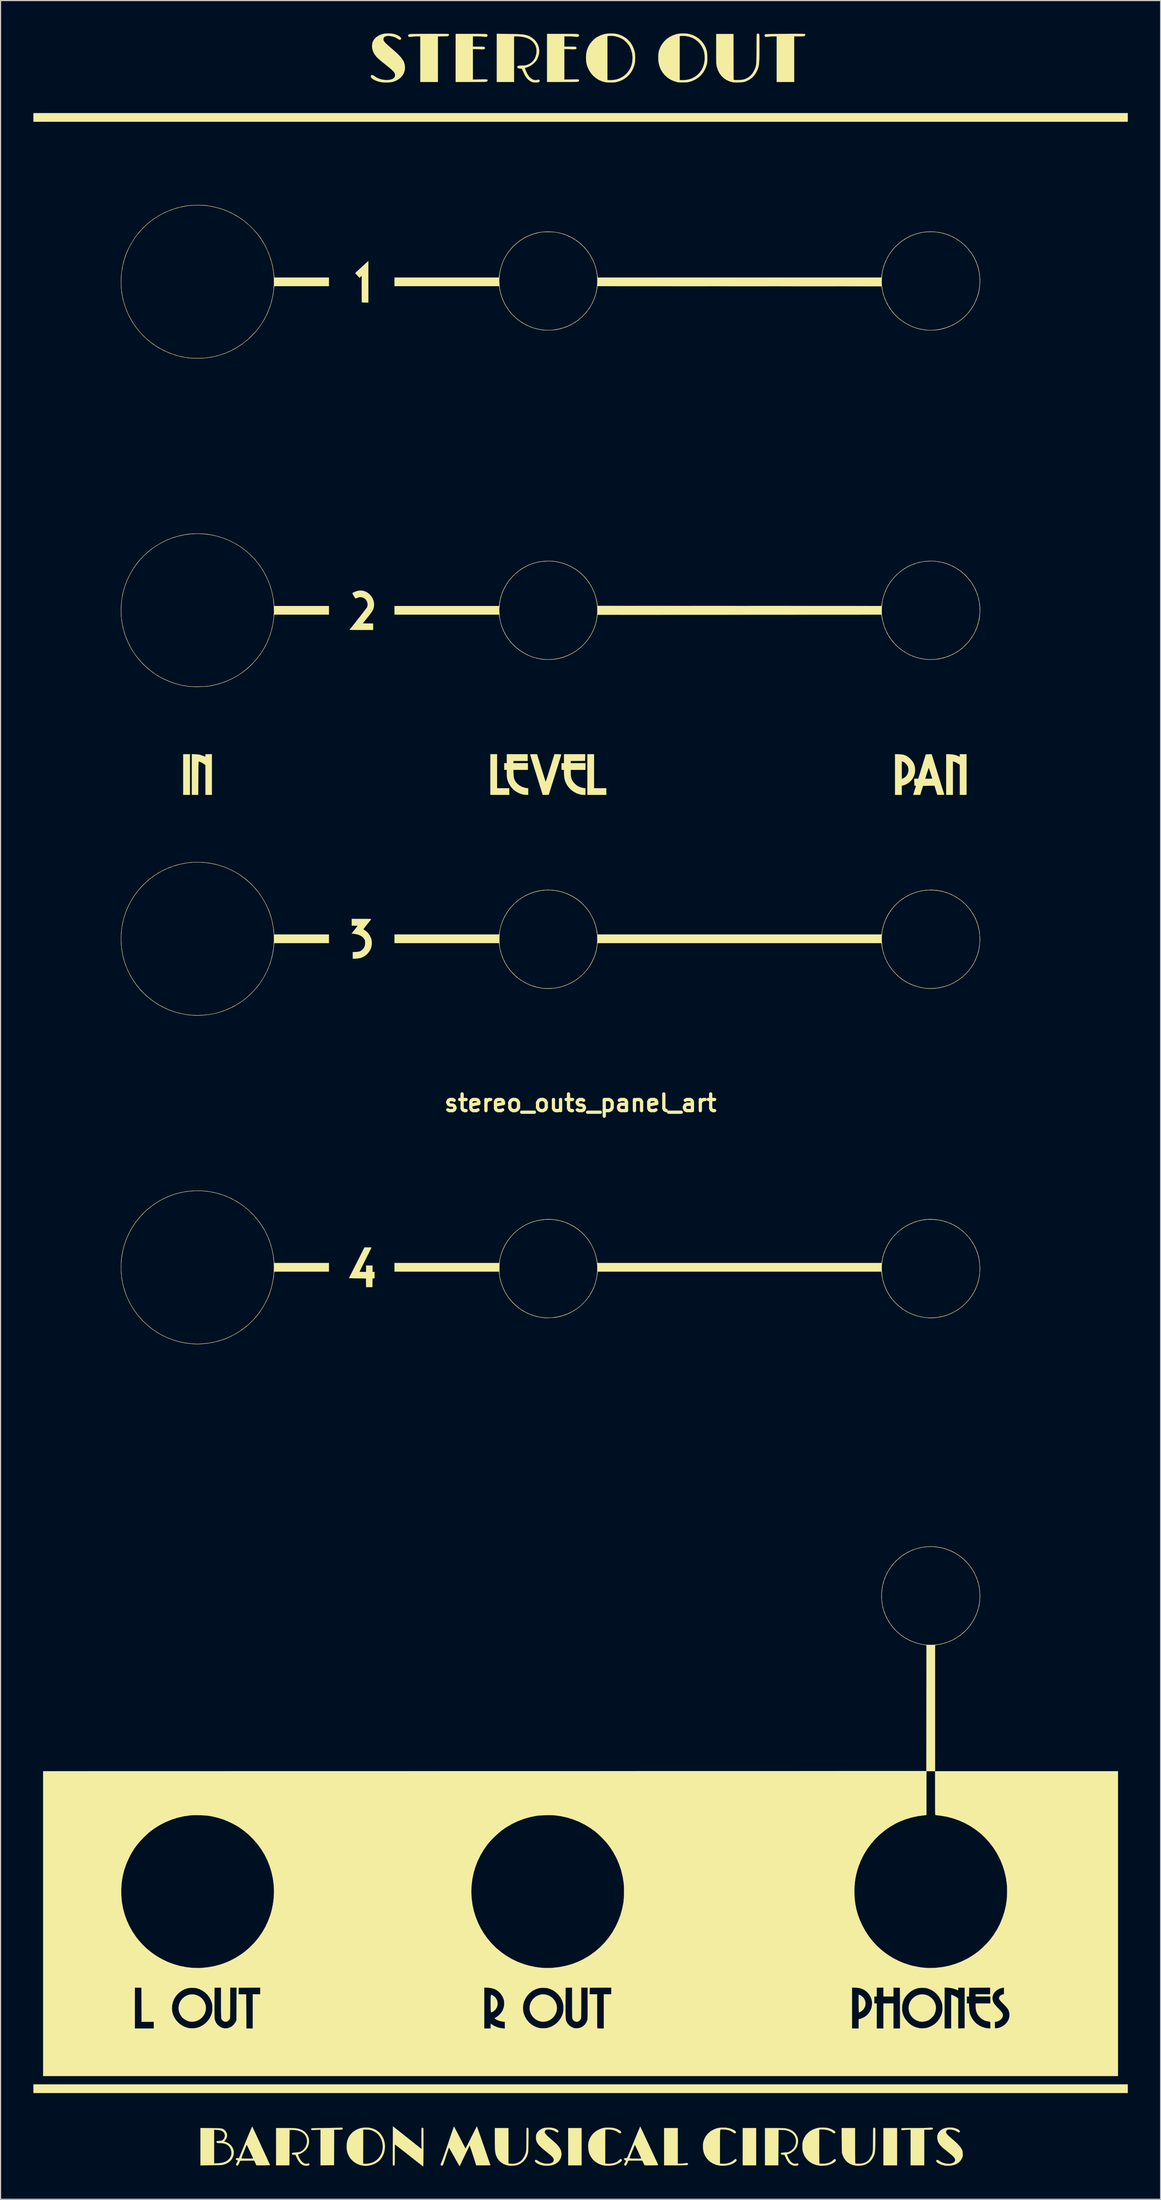
<source format=kicad_pcb>
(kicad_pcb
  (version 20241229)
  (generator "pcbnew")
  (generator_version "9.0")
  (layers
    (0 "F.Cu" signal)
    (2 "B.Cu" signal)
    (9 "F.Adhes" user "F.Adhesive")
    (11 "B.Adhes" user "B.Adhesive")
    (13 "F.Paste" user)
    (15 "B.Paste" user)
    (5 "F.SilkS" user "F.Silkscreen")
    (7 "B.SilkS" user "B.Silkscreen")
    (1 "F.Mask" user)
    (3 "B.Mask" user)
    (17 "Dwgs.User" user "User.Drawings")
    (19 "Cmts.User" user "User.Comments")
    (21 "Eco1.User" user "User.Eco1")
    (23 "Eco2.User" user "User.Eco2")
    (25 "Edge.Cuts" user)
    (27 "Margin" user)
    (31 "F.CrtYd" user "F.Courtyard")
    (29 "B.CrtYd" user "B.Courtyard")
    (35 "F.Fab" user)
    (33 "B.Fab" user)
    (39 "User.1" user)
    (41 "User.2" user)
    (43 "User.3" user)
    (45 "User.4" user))
  (footprint "stereo_outs_panel_art"
    (layer "F.Cu")
    (at 49.992 97.679)
    (property "Reference" "stereo_outs_panel_art" (at 0 0 0) (layer "F.SilkS") (effects (font (size 1.524 1.524) (thickness 0.3))))
    (attr through_hole)
    (fp_poly (pts (xy -35.687 -28.143) (xy -36.297 -28.143) (xy -36.297 -31.852) (xy -35.687 -31.852) (xy -35.687 -28.143)) (stroke (width 0.01) (type solid)) (fill yes) (layer "F.SilkS"))
    (fp_poly (pts (xy 0.102 97.003) (xy -1.118 97.003) (xy -1.118 93.599) (xy 0.102 93.599) (xy 0.102 97.003)) (stroke (width 0.01) (type solid)) (fill yes) (layer "F.SilkS"))
    (fp_poly (pts (xy 16.053 97.003) (xy 14.834 97.003) (xy 14.834 93.599) (xy 16.053 93.599) (xy 16.053 97.003)) (stroke (width 0.01) (type solid)) (fill yes) (layer "F.SilkS"))
    (fp_poly (pts (xy 28.931 97.003) (xy 27.686 97.003) (xy 27.686 93.599) (xy 28.931 93.599) (xy 28.931 97.003)) (stroke (width 0.01) (type solid)) (fill yes) (layer "F.SilkS"))
    (fp_poly (pts (xy 50.013 -89.611) (xy -49.987 -89.611) (xy -49.987 -90.399) (xy 50.013 -90.399) (xy 50.013 -89.611)) (stroke (width 0.01) (type solid)) (fill yes) (layer "F.SilkS"))
    (fp_poly (pts (xy 50.013 90.399) (xy -49.987 90.399) (xy -49.987 89.611) (xy 50.013 89.611) (xy 50.013 90.399)) (stroke (width 0.01) (type solid)) (fill yes) (layer "F.SilkS"))
    (fp_poly (pts (xy -7.62 -28.753) (xy -6.502 -28.753) (xy -6.502 -28.143) (xy -8.23 -28.143) (xy -8.23 -31.852) (xy -7.62 -31.852) (xy -7.62 -28.753)) (stroke (width 0.01) (type solid)) (fill yes) (layer "F.SilkS"))
    (fp_poly (pts (xy 1.245 -28.753) (xy 2.362 -28.753) (xy 2.362 -28.143) (xy 0.635 -28.143) (xy 0.635 -31.852) (xy 1.245 -31.852) (xy 1.245 -28.753)) (stroke (width 0.01) (type solid)) (fill yes) (layer "F.SilkS"))
    (fp_poly (pts (xy 34.016 -31.83) (xy 34.305 -31.766) (xy 34.513 -31.686) (xy 34.588 -31.653) (xy 34.642 -31.63) (xy 34.661 -31.623) (xy 34.667 -31.646) (xy 34.671 -31.703) (xy 34.671 -31.737) (xy 34.671 -31.852) (xy 35.281 -31.852) (xy 35.281 -28.143) (xy 34.671 -28.143) (xy 34.671 -30.882) (xy 34.55 -30.97) (xy 34.359 -31.092) (xy 34.176 -31.173) (xy 34.131 -31.186) (xy 34.036 -31.213) (xy 34.036 -28.143) (xy 33.426 -28.143) (xy 33.426 -31.852) (xy 33.702 -31.852) (xy 34.016 -31.83)) (stroke (width 0.01) (type solid)) (fill yes) (layer "F.SilkS"))
    (fp_poly (pts (xy 25.495 81.444) (xy 25.56 81.469) (xy 25.639 81.51) (xy 25.665 81.526) (xy 25.823 81.657) (xy 25.94 81.812) (xy 26.017 81.985) (xy 26.051 82.169) (xy 26.043 82.355) (xy 25.991 82.538) (xy 25.894 82.711) (xy 25.831 82.788) (xy 25.742 82.873) (xy 25.644 82.947) (xy 25.551 83.003) (xy 25.474 83.031) (xy 25.455 83.033) (xy 25.447 83.019) (xy 25.439 82.977) (xy 25.434 82.901) (xy 25.43 82.789) (xy 25.427 82.637) (xy 25.426 82.441) (xy 25.425 82.23) (xy 25.425 81.427) (xy 25.495 81.444)) (stroke (width 0.01) (type solid)) (fill yes) (layer "F.SilkS"))
    (fp_poly (pts (xy 8.89 96.85) (xy 9.138 96.85) (xy 9.271 96.845) (xy 9.409 96.834) (xy 9.528 96.818) (xy 9.56 96.812) (xy 9.684 96.793) (xy 9.767 96.797) (xy 9.814 96.826) (xy 9.83 96.882) (xy 9.83 96.885) (xy 9.828 96.913) (xy 9.818 96.936) (xy 9.797 96.954) (xy 9.759 96.969) (xy 9.702 96.981) (xy 9.619 96.989) (xy 9.508 96.995) (xy 9.363 96.999) (xy 9.181 97.001) (xy 8.956 97.002) (xy 8.686 97.003) (xy 8.673 97.003) (xy 7.645 97.003) (xy 7.645 93.599) (xy 8.89 93.599) (xy 8.89 96.85)) (stroke (width 0.01) (type solid)) (fill yes) (layer "F.SilkS"))
    (fp_poly (pts (xy -8.118 81.436) (xy -8.078 81.454) (xy -8.026 81.484) (xy -7.985 81.508) (xy -7.826 81.625) (xy -7.706 81.769) (xy -7.623 81.933) (xy -7.578 82.108) (xy -7.571 82.289) (xy -7.602 82.467) (xy -7.67 82.636) (xy -7.777 82.789) (xy -7.921 82.917) (xy -7.984 82.957) (xy -8.044 82.992) (xy -8.092 83.018) (xy -8.129 83.032) (xy -8.157 83.027) (xy -8.177 83.001) (xy -8.191 82.949) (xy -8.199 82.867) (xy -8.203 82.749) (xy -8.204 82.592) (xy -8.204 82.392) (xy -8.204 82.233) (xy -8.204 82.001) (xy -8.204 81.816) (xy -8.202 81.673) (xy -8.197 81.567) (xy -8.187 81.495) (xy -8.172 81.452) (xy -8.149 81.434) (xy -8.118 81.436)) (stroke (width 0.01) (type solid)) (fill yes) (layer "F.SilkS"))
    (fp_poly (pts (xy -19.38 -73.101) (xy -19.668 -73.101) (xy -19.784 -73.103) (xy -19.881 -73.106) (xy -19.948 -73.112) (xy -19.973 -73.118) (xy -19.976 -73.146) (xy -19.979 -73.22) (xy -19.982 -73.335) (xy -19.985 -73.485) (xy -19.987 -73.666) (xy -19.988 -73.873) (xy -19.989 -74.1) (xy -19.99 -74.342) (xy -19.99 -75.55) (xy -20.088 -75.454) (xy -20.186 -75.358) (xy -20.38 -75.569) (xy -20.457 -75.655) (xy -20.52 -75.726) (xy -20.561 -75.775) (xy -20.574 -75.794) (xy -20.556 -75.814) (xy -20.506 -75.862) (xy -20.429 -75.935) (xy -20.33 -76.027) (xy -20.216 -76.133) (xy -20.09 -76.249) (xy -19.96 -76.368) (xy -19.829 -76.487) (xy -19.704 -76.601) (xy -19.59 -76.704) (xy -19.493 -76.791) (xy -19.49 -76.793) (xy -19.38 -76.89) (xy -19.38 -73.101)) (stroke (width 0.01) (type solid)) (fill yes) (layer "F.SilkS"))
    (fp_poly (pts (xy -35.204 81.424) (xy -34.99 81.496) (xy -34.791 81.604) (xy -34.614 81.746) (xy -34.463 81.919) (xy -34.344 82.117) (xy -34.263 82.339) (xy -34.238 82.463) (xy -34.226 82.701) (xy -34.26 82.93) (xy -34.336 83.144) (xy -34.448 83.34) (xy -34.593 83.512) (xy -34.765 83.658) (xy -34.961 83.771) (xy -35.175 83.849) (xy -35.403 83.887) (xy -35.642 83.88) (xy -35.72 83.867) (xy -35.924 83.806) (xy -36.125 83.705) (xy -36.306 83.574) (xy -36.445 83.431) (xy -36.582 83.223) (xy -36.673 83.002) (xy -36.719 82.776) (xy -36.722 82.548) (xy -36.684 82.326) (xy -36.606 82.113) (xy -36.49 81.917) (xy -36.338 81.742) (xy -36.15 81.594) (xy -35.929 81.479) (xy -35.885 81.462) (xy -35.658 81.404) (xy -35.429 81.392) (xy -35.204 81.424)) (stroke (width 0.01) (type solid)) (fill yes) (layer "F.SilkS"))
    (fp_poly (pts (xy -3.163 81.415) (xy -3.156 81.416) (xy -2.917 81.492) (xy -2.701 81.61) (xy -2.512 81.767) (xy -2.356 81.957) (xy -2.276 82.096) (xy -2.19 82.324) (xy -2.152 82.552) (xy -2.156 82.776) (xy -2.201 82.991) (xy -2.283 83.194) (xy -2.398 83.379) (xy -2.543 83.543) (xy -2.714 83.68) (xy -2.908 83.786) (xy -3.121 83.857) (xy -3.351 83.888) (xy -3.592 83.875) (xy -3.645 83.866) (xy -3.867 83.799) (xy -4.073 83.688) (xy -4.257 83.54) (xy -4.413 83.359) (xy -4.534 83.152) (xy -4.609 82.943) (xy -4.646 82.707) (xy -4.637 82.478) (xy -4.586 82.258) (xy -4.496 82.054) (xy -4.373 81.869) (xy -4.22 81.708) (xy -4.042 81.575) (xy -3.843 81.475) (xy -3.628 81.412) (xy -3.4 81.39) (xy -3.163 81.415)) (stroke (width 0.01) (type solid)) (fill yes) (layer "F.SilkS"))
    (fp_poly (pts (xy 31.446 81.408) (xy 31.671 81.471) (xy 31.887 81.579) (xy 32.086 81.733) (xy 32.151 81.797) (xy 32.302 81.992) (xy 32.408 82.207) (xy 32.47 82.436) (xy 32.485 82.674) (xy 32.454 82.915) (xy 32.375 83.152) (xy 32.344 83.217) (xy 32.26 83.346) (xy 32.144 83.481) (xy 32.009 83.607) (xy 31.868 83.711) (xy 31.775 83.763) (xy 31.537 83.851) (xy 31.299 83.889) (xy 31.06 83.877) (xy 30.957 83.857) (xy 30.725 83.777) (xy 30.521 83.66) (xy 30.348 83.513) (xy 30.207 83.34) (xy 30.1 83.147) (xy 30.028 82.939) (xy 29.993 82.722) (xy 29.997 82.502) (xy 30.04 82.284) (xy 30.126 82.074) (xy 30.255 81.876) (xy 30.35 81.77) (xy 30.546 81.607) (xy 30.759 81.489) (xy 30.984 81.417) (xy 31.214 81.39) (xy 31.446 81.408)) (stroke (width 0.01) (type solid)) (fill yes) (layer "F.SilkS"))
    (fp_poly (pts (xy 32.112 93.567) (xy 32.172 93.584) (xy 32.202 93.616) (xy 32.207 93.65) (xy 32.198 93.688) (xy 32.168 93.715) (xy 32.11 93.734) (xy 32.017 93.745) (xy 31.885 93.75) (xy 31.764 93.751) (xy 31.42 93.751) (xy 31.42 97.003) (xy 30.175 97.003) (xy 30.175 93.751) (xy 29.99 93.751) (xy 29.87 93.755) (xy 29.728 93.764) (xy 29.597 93.778) (xy 29.594 93.778) (xy 29.478 93.79) (xy 29.402 93.791) (xy 29.358 93.781) (xy 29.347 93.775) (xy 29.315 93.721) (xy 29.323 93.662) (xy 29.361 93.625) (xy 29.4 93.618) (xy 29.489 93.612) (xy 29.625 93.607) (xy 29.807 93.603) (xy 30.034 93.6) (xy 30.305 93.599) (xy 30.523 93.598) (xy 30.766 93.598) (xy 31.002 93.596) (xy 31.225 93.593) (xy 31.427 93.59) (xy 31.602 93.586) (xy 31.742 93.582) (xy 31.842 93.577) (xy 31.875 93.574) (xy 32.015 93.564) (xy 32.112 93.567)) (stroke (width 0.01) (type solid)) (fill yes) (layer "F.SilkS"))
    (fp_poly (pts (xy -4.826 -31.242) (xy -6.121 -31.242) (xy -6.121 -31.039) (xy -4.801 -31.039) (xy -4.801 -30.429) (xy -6.121 -30.429) (xy -6.121 -30.127) (xy -6.109 -29.879) (xy -6.071 -29.668) (xy -6.003 -29.483) (xy -5.902 -29.317) (xy -5.765 -29.159) (xy -5.75 -29.145) (xy -5.563 -28.996) (xy -5.346 -28.878) (xy -5.11 -28.797) (xy -4.931 -28.764) (xy -4.775 -28.746) (xy -4.775 -28.143) (xy -4.934 -28.145) (xy -5.047 -28.152) (xy -5.177 -28.168) (xy -5.271 -28.184) (xy -5.381 -28.214) (xy -5.511 -28.259) (xy -5.634 -28.312) (xy -5.654 -28.321) (xy -5.926 -28.478) (xy -6.159 -28.667) (xy -6.355 -28.889) (xy -6.517 -29.148) (xy -6.543 -29.197) (xy -6.619 -29.368) (xy -6.673 -29.532) (xy -6.707 -29.704) (xy -6.726 -29.9) (xy -6.731 -30.105) (xy -6.731 -30.429) (xy -6.96 -30.429) (xy -6.96 -31.039) (xy -6.731 -31.039) (xy -6.731 -31.852) (xy -4.826 -31.852) (xy -4.826 -31.242)) (stroke (width 0.01) (type solid)) (fill yes) (layer "F.SilkS"))
    (fp_poly (pts (xy -35.185 -31.847) (xy -35.041 -31.84) (xy -34.931 -31.831) (xy -34.838 -31.816) (xy -34.745 -31.792) (xy -34.636 -31.755) (xy -34.608 -31.746) (xy -34.498 -31.706) (xy -34.403 -31.672) (xy -34.334 -31.647) (xy -34.309 -31.637) (xy -34.282 -31.631) (xy -34.269 -31.653) (xy -34.265 -31.713) (xy -34.265 -31.735) (xy -34.265 -31.852) (xy -33.68 -31.852) (xy -33.68 -28.143) (xy -34.265 -28.143) (xy -34.265 -30.857) (xy -34.36 -30.937) (xy -34.43 -30.987) (xy -34.526 -31.044) (xy -34.633 -31.102) (xy -34.735 -31.151) (xy -34.82 -31.185) (xy -34.861 -31.196) (xy -34.872 -31.197) (xy -34.881 -31.193) (xy -34.889 -31.181) (xy -34.895 -31.157) (xy -34.9 -31.116) (xy -34.904 -31.057) (xy -34.908 -30.974) (xy -34.91 -30.863) (xy -34.913 -30.722) (xy -34.914 -30.547) (xy -34.916 -30.332) (xy -34.917 -30.076) (xy -34.918 -29.774) (xy -34.919 -29.674) (xy -34.925 -28.143) (xy -35.509 -28.143) (xy -35.509 -31.858) (xy -35.185 -31.847)) (stroke (width 0.01) (type solid)) (fill yes) (layer "F.SilkS"))
    (fp_poly (pts (xy 29.051 -31.851) (xy 29.311 -31.839) (xy 29.536 -31.799) (xy 29.734 -31.728) (xy 29.917 -31.622) (xy 30.093 -31.478) (xy 30.151 -31.422) (xy 30.323 -31.224) (xy 30.449 -31.022) (xy 30.531 -30.808) (xy 30.574 -30.572) (xy 30.582 -30.397) (xy 30.557 -30.139) (xy 30.486 -29.893) (xy 30.374 -29.665) (xy 30.223 -29.46) (xy 30.039 -29.284) (xy 29.825 -29.141) (xy 29.585 -29.037) (xy 29.521 -29.017) (xy 29.362 -28.973) (xy 29.362 -28.143) (xy 28.753 -28.143) (xy 28.753 -29.59) (xy 29.362 -29.59) (xy 29.458 -29.63) (xy 29.545 -29.673) (xy 29.632 -29.725) (xy 29.642 -29.731) (xy 29.778 -29.855) (xy 29.882 -30.011) (xy 29.951 -30.189) (xy 29.982 -30.379) (xy 29.971 -30.57) (xy 29.939 -30.696) (xy 29.868 -30.84) (xy 29.76 -30.976) (xy 29.629 -31.093) (xy 29.488 -31.177) (xy 29.42 -31.203) (xy 29.362 -31.22) (xy 29.362 -29.59) (xy 28.753 -29.59) (xy 28.753 -31.852) (xy 29.051 -31.851)) (stroke (width 0.01) (type solid)) (fill yes) (layer "F.SilkS"))
    (fp_poly (pts (xy -19.296 13.184) (xy -19.197 13.186) (xy -19.129 13.19) (xy -19.101 13.195) (xy -19.101 13.195) (xy -19.112 13.22) (xy -19.143 13.286) (xy -19.193 13.388) (xy -19.259 13.522) (xy -19.34 13.683) (xy -19.431 13.868) (xy -19.533 14.072) (xy -19.642 14.29) (xy -19.647 14.3) (xy -19.756 14.519) (xy -19.858 14.723) (xy -19.95 14.909) (xy -20.031 15.072) (xy -20.098 15.207) (xy -20.148 15.311) (xy -20.181 15.378) (xy -20.193 15.405) (xy -20.193 15.405) (xy -20.169 15.41) (xy -20.104 15.414) (xy -20.009 15.417) (xy -19.891 15.418) (xy -19.888 15.418) (xy -19.583 15.418) (xy -19.583 14.834) (xy -18.999 14.834) (xy -18.999 15.418) (xy -18.821 15.418) (xy -18.821 16.002) (xy -18.998 16.002) (xy -19.005 16.402) (xy -19.012 16.802) (xy -19.297 16.809) (xy -19.582 16.816) (xy -19.589 16.416) (xy -19.596 16.015) (xy -20.374 16.002) (xy -21.153 15.989) (xy -19.732 13.183) (xy -19.416 13.183) (xy -19.296 13.184)) (stroke (width 0.01) (type solid)) (fill yes) (layer "F.SilkS"))
    (fp_poly (pts (xy 0.419 -31.255) (xy -0.235 -31.248) (xy -0.889 -31.241) (xy -0.889 -31.039) (xy 0.457 -31.039) (xy 0.457 -30.429) (xy -0.889 -30.429) (xy -0.889 -30.164) (xy -0.884 -29.969) (xy -0.867 -29.81) (xy -0.834 -29.672) (xy -0.783 -29.539) (xy -0.743 -29.458) (xy -0.643 -29.303) (xy -0.508 -29.152) (xy -0.354 -29.017) (xy -0.21 -28.924) (xy -0.113 -28.88) (xy 0.009 -28.836) (xy 0.141 -28.797) (xy 0.265 -28.768) (xy 0.364 -28.754) (xy 0.385 -28.753) (xy 0.457 -28.753) (xy 0.457 -28.143) (xy 0.298 -28.145) (xy 0.179 -28.153) (xy 0.051 -28.169) (xy -0.013 -28.181) (xy -0.303 -28.27) (xy -0.575 -28.405) (xy -0.822 -28.582) (xy -1.039 -28.795) (xy -1.184 -28.986) (xy -1.311 -29.204) (xy -1.403 -29.43) (xy -1.463 -29.672) (xy -1.493 -29.942) (xy -1.499 -30.139) (xy -1.499 -30.429) (xy -1.727 -30.429) (xy -1.727 -31.039) (xy -1.499 -31.039) (xy -1.499 -31.852) (xy 0.433 -31.852) (xy 0.419 -31.255)) (stroke (width 0.01) (type solid)) (fill yes) (layer "F.SilkS"))
    (fp_poly (pts (xy -21.759 93.586) (xy -21.722 93.635) (xy -21.729 93.678) (xy -21.757 93.711) (xy -21.782 93.728) (xy -21.826 93.739) (xy -21.895 93.747) (xy -21.999 93.75) (xy -22.145 93.751) (xy -22.15 93.751) (xy -22.504 93.751) (xy -22.517 96.99) (xy -23.133 96.997) (xy -23.749 97.004) (xy -23.749 93.744) (xy -24.073 93.762) (xy -24.204 93.769) (xy -24.325 93.776) (xy -24.422 93.782) (xy -24.481 93.785) (xy -24.482 93.785) (xy -24.559 93.774) (xy -24.604 93.737) (xy -24.61 93.684) (xy -24.597 93.656) (xy -24.588 93.646) (xy -24.571 93.638) (xy -24.542 93.631) (xy -24.498 93.624) (xy -24.433 93.619) (xy -24.345 93.615) (xy -24.228 93.611) (xy -24.079 93.607) (xy -23.893 93.604) (xy -23.667 93.601) (xy -23.396 93.597) (xy -23.251 93.595) (xy -22.995 93.592) (xy -22.753 93.588) (xy -22.53 93.584) (xy -22.33 93.579) (xy -22.16 93.575) (xy -22.024 93.57) (xy -21.927 93.566) (xy -21.874 93.562) (xy -21.867 93.561) (xy -21.796 93.561) (xy -21.759 93.586)) (stroke (width 0.01) (type solid)) (fill yes) (layer "F.SilkS"))
    (fp_poly (pts (xy 19.914 -97.644) (xy 20.104 -97.643) (xy 20.265 -97.64) (xy 20.39 -97.637) (xy 20.475 -97.633) (xy 20.516 -97.628) (xy 20.518 -97.627) (xy 20.544 -97.582) (xy 20.538 -97.521) (xy 20.504 -97.465) (xy 20.472 -97.442) (xy 20.42 -97.428) (xy 20.325 -97.418) (xy 20.185 -97.412) (xy 19.997 -97.409) (xy 19.971 -97.409) (xy 19.533 -97.409) (xy 19.533 -93.243) (xy 17.932 -93.243) (xy 17.932 -97.409) (xy 17.664 -97.409) (xy 17.516 -97.406) (xy 17.353 -97.397) (xy 17.203 -97.385) (xy 17.155 -97.379) (xy 17.042 -97.366) (xy 16.968 -97.361) (xy 16.922 -97.364) (xy 16.891 -97.376) (xy 16.864 -97.399) (xy 16.862 -97.402) (xy 16.826 -97.466) (xy 16.837 -97.533) (xy 16.893 -97.589) (xy 16.899 -97.593) (xy 16.934 -97.599) (xy 17.014 -97.605) (xy 17.135 -97.61) (xy 17.291 -97.615) (xy 17.478 -97.62) (xy 17.69 -97.625) (xy 17.922 -97.629) (xy 18.17 -97.633) (xy 18.428 -97.636) (xy 18.692 -97.639) (xy 18.956 -97.641) (xy 19.215 -97.643) (xy 19.465 -97.644) (xy 19.699 -97.644) (xy 19.914 -97.644)) (stroke (width 0.01) (type solid)) (fill yes) (layer "F.SilkS"))
    (fp_poly (pts (xy -12.869 -97.64) (xy -12.659 -97.64) (xy -12.486 -97.638) (xy -12.347 -97.636) (xy -12.238 -97.634) (xy -12.157 -97.63) (xy -12.099 -97.625) (xy -12.062 -97.62) (xy -12.042 -97.614) (xy -12.037 -97.609) (xy -12.016 -97.551) (xy -12.035 -97.493) (xy -12.05 -97.471) (xy -12.067 -97.454) (xy -12.091 -97.44) (xy -12.132 -97.431) (xy -12.196 -97.424) (xy -12.29 -97.42) (xy -12.422 -97.416) (xy -12.558 -97.414) (xy -13.03 -97.406) (xy -13.03 -93.243) (xy -14.63 -93.243) (xy -14.63 -97.409) (xy -14.906 -97.409) (xy -15.048 -97.406) (xy -15.199 -97.398) (xy -15.335 -97.387) (xy -15.389 -97.381) (xy -15.528 -97.366) (xy -15.626 -97.366) (xy -15.689 -97.383) (xy -15.725 -97.417) (xy -15.738 -97.45) (xy -15.737 -97.52) (xy -15.69 -97.571) (xy -15.598 -97.607) (xy -15.566 -97.613) (xy -15.522 -97.617) (xy -15.432 -97.62) (xy -15.3 -97.624) (xy -15.131 -97.627) (xy -14.929 -97.63) (xy -14.699 -97.633) (xy -14.445 -97.635) (xy -14.172 -97.637) (xy -13.885 -97.639) (xy -13.758 -97.639) (xy -13.415 -97.64) (xy -13.12 -97.64) (xy -12.869 -97.64)) (stroke (width 0.01) (type solid)) (fill yes) (layer "F.SilkS"))
    (fp_poly (pts (xy -1.657 -97.637) (xy -1.337 -97.637) (xy -1.064 -97.636) (xy -0.836 -97.634) (xy -0.648 -97.632) (xy -0.498 -97.629) (xy -0.382 -97.625) (xy -0.297 -97.62) (xy -0.241 -97.614) (xy -0.208 -97.607) (xy -0.203 -97.605) (xy -0.148 -97.553) (xy -0.132 -97.484) (xy -0.159 -97.416) (xy -0.176 -97.398) (xy -0.204 -97.377) (xy -0.238 -97.366) (xy -0.289 -97.364) (xy -0.37 -97.37) (xy -0.467 -97.381) (xy -0.584 -97.391) (xy -0.734 -97.4) (xy -0.899 -97.406) (xy -1.062 -97.409) (xy -1.09 -97.409) (xy -1.473 -97.409) (xy -1.473 -96.469) (xy -0.956 -96.469) (xy -0.78 -96.469) (xy -0.648 -96.467) (xy -0.552 -96.464) (xy -0.486 -96.459) (xy -0.443 -96.45) (xy -0.416 -96.439) (xy -0.398 -96.423) (xy -0.398 -96.423) (xy -0.359 -96.355) (xy -0.371 -96.294) (xy -0.41 -96.256) (xy -0.436 -96.243) (xy -0.476 -96.234) (xy -0.537 -96.229) (xy -0.626 -96.227) (xy -0.75 -96.228) (xy -0.916 -96.232) (xy -0.968 -96.234) (xy -1.473 -96.248) (xy -1.473 -93.465) (xy -0.826 -93.477) (xy -0.593 -93.48) (xy -0.408 -93.481) (xy -0.273 -93.478) (xy -0.188 -93.472) (xy -0.153 -93.463) (xy -0.126 -93.405) (xy -0.14 -93.341) (xy -0.191 -93.288) (xy -0.202 -93.282) (xy -0.224 -93.274) (xy -0.257 -93.266) (xy -0.306 -93.26) (xy -0.374 -93.255) (xy -0.465 -93.252) (xy -0.584 -93.249) (xy -0.733 -93.246) (xy -0.919 -93.245) (xy -1.144 -93.244) (xy -1.412 -93.243) (xy -1.662 -93.243) (xy -3.048 -93.243) (xy -3.048 -97.638) (xy -1.657 -97.637)) (stroke (width 0.01) (type solid)) (fill yes) (layer "F.SilkS"))
    (fp_poly (pts (xy -19.808 -16.814) (xy -19.619 -16.813) (xy -19.452 -16.811) (xy -19.313 -16.809) (xy -19.209 -16.806) (xy -19.145 -16.802) (xy -19.126 -16.799) (xy -19.141 -16.775) (xy -19.184 -16.718) (xy -19.249 -16.633) (xy -19.333 -16.527) (xy -19.429 -16.405) (xy -19.47 -16.353) (xy -19.572 -16.225) (xy -19.663 -16.109) (xy -19.739 -16.012) (xy -19.794 -15.939) (xy -19.824 -15.897) (xy -19.827 -15.89) (xy -19.814 -15.857) (xy -19.76 -15.811) (xy -19.718 -15.785) (xy -19.54 -15.654) (xy -19.38 -15.484) (xy -19.244 -15.283) (xy -19.141 -15.063) (xy -19.111 -14.973) (xy -19.078 -14.804) (xy -19.068 -14.611) (xy -19.079 -14.413) (xy -19.113 -14.233) (xy -19.124 -14.197) (xy -19.221 -13.97) (xy -19.361 -13.758) (xy -19.537 -13.57) (xy -19.741 -13.413) (xy -19.966 -13.294) (xy -19.988 -13.285) (xy -20.09 -13.254) (xy -20.226 -13.227) (xy -20.38 -13.204) (xy -20.538 -13.189) (xy -20.682 -13.183) (xy -20.803 -13.183) (xy -20.803 -13.788) (xy -20.53 -13.796) (xy -20.348 -13.809) (xy -20.203 -13.839) (xy -20.083 -13.889) (xy -19.973 -13.966) (xy -19.9 -14.033) (xy -19.792 -14.159) (xy -19.722 -14.289) (xy -19.684 -14.437) (xy -19.672 -14.617) (xy -19.672 -14.618) (xy -19.674 -14.733) (xy -19.681 -14.814) (xy -19.698 -14.876) (xy -19.726 -14.936) (xy -19.741 -14.963) (xy -19.864 -15.123) (xy -20.028 -15.254) (xy -20.233 -15.354) (xy -20.478 -15.425) (xy -20.724 -15.462) (xy -20.91 -15.481) (xy -20.628 -15.837) (xy -20.347 -16.192) (xy -20.904 -16.207) (xy -20.904 -16.815) (xy -20.015 -16.815) (xy -19.808 -16.814)) (stroke (width 0.01) (type solid)) (fill yes) (layer "F.SilkS"))
    (fp_poly (pts (xy 32.664 -30.03) (xy 32.755 -29.736) (xy 32.843 -29.457) (xy 32.924 -29.194) (xy 32.999 -28.954) (xy 33.067 -28.738) (xy 33.125 -28.552) (xy 33.173 -28.399) (xy 33.209 -28.283) (xy 33.233 -28.207) (xy 33.243 -28.175) (xy 33.243 -28.175) (xy 33.236 -28.161) (xy 33.199 -28.152) (xy 33.126 -28.146) (xy 33.011 -28.143) (xy 32.936 -28.143) (xy 32.618 -28.143) (xy 32.504 -28.505) (xy 32.462 -28.637) (xy 32.425 -28.756) (xy 32.396 -28.851) (xy 32.377 -28.912) (xy 32.373 -28.925) (xy 32.356 -28.982) (xy 31.307 -28.969) (xy 31.179 -28.556) (xy 31.052 -28.144) (xy 30.408 -28.143) (xy 30.469 -28.34) (xy 30.509 -28.468) (xy 30.555 -28.61) (xy 30.593 -28.725) (xy 30.631 -28.837) (xy 30.65 -28.91) (xy 30.652 -28.953) (xy 30.635 -28.975) (xy 30.601 -28.984) (xy 30.588 -28.986) (xy 30.518 -28.994) (xy 30.504 -29.616) (xy 31.502 -29.616) (xy 31.832 -29.616) (xy 31.973 -29.618) (xy 32.069 -29.621) (xy 32.126 -29.629) (xy 32.15 -29.64) (xy 32.151 -29.648) (xy 32.14 -29.681) (xy 32.116 -29.755) (xy 32.083 -29.861) (xy 32.042 -29.992) (xy 31.996 -30.139) (xy 31.991 -30.156) (xy 31.945 -30.301) (xy 31.903 -30.427) (xy 31.868 -30.526) (xy 31.843 -30.592) (xy 31.829 -30.618) (xy 31.828 -30.618) (xy 31.817 -30.59) (xy 31.793 -30.522) (xy 31.758 -30.42) (xy 31.716 -30.292) (xy 31.669 -30.145) (xy 31.658 -30.11) (xy 31.502 -29.616) (xy 30.504 -29.616) (xy 30.874 -29.617) (xy 31.218 -30.728) (xy 31.563 -31.839) (xy 32.096 -31.853) (xy 32.664 -30.03)) (stroke (width 0.01) (type solid)) (fill yes) (layer "F.SilkS"))
    (fp_poly (pts (xy -10.014 -97.637) (xy -9.694 -97.637) (xy -9.421 -97.636) (xy -9.192 -97.634) (xy -9.005 -97.632) (xy -8.854 -97.629) (xy -8.739 -97.625) (xy -8.654 -97.62) (xy -8.597 -97.614) (xy -8.565 -97.607) (xy -8.56 -97.605) (xy -8.504 -97.553) (xy -8.489 -97.485) (xy -8.516 -97.416) (xy -8.533 -97.397) (xy -8.562 -97.376) (xy -8.595 -97.364) (xy -8.645 -97.362) (xy -8.723 -97.368) (xy -8.825 -97.38) (xy -8.942 -97.391) (xy -9.092 -97.4) (xy -9.257 -97.406) (xy -9.419 -97.409) (xy -9.447 -97.409) (xy -9.83 -97.409) (xy -9.83 -96.469) (xy -9.322 -96.469) (xy -9.148 -96.469) (xy -9.018 -96.468) (xy -8.924 -96.464) (xy -8.859 -96.459) (xy -8.816 -96.451) (xy -8.788 -96.438) (xy -8.767 -96.422) (xy -8.763 -96.418) (xy -8.72 -96.364) (xy -8.721 -96.319) (xy -8.761 -96.268) (xy -8.781 -96.251) (xy -8.806 -96.239) (xy -8.843 -96.231) (xy -8.901 -96.227) (xy -8.985 -96.226) (xy -9.104 -96.228) (xy -9.264 -96.232) (xy -9.32 -96.233) (xy -9.83 -96.248) (xy -9.83 -93.465) (xy -9.182 -93.478) (xy -8.972 -93.481) (xy -8.808 -93.483) (xy -8.684 -93.482) (xy -8.595 -93.476) (xy -8.536 -93.466) (xy -8.501 -93.45) (xy -8.486 -93.428) (xy -8.486 -93.398) (xy -8.493 -93.362) (xy -8.5 -93.338) (xy -8.512 -93.316) (xy -8.531 -93.299) (xy -8.563 -93.284) (xy -8.61 -93.272) (xy -8.676 -93.263) (xy -8.766 -93.256) (xy -8.884 -93.251) (xy -9.033 -93.247) (xy -9.217 -93.245) (xy -9.44 -93.244) (xy -9.706 -93.243) (xy -10.019 -93.243) (xy -10.021 -93.243) (xy -11.405 -93.243) (xy -11.405 -97.638) (xy -10.014 -97.637)) (stroke (width 0.01) (type solid)) (fill yes) (layer "F.SilkS"))
    (fp_poly (pts (xy -3.942 -31.769) (xy -3.922 -31.701) (xy -3.89 -31.596) (xy -3.848 -31.459) (xy -3.798 -31.296) (xy -3.741 -31.112) (xy -3.679 -30.913) (xy -3.614 -30.705) (xy -3.548 -30.493) (xy -3.482 -30.283) (xy -3.418 -30.08) (xy -3.358 -29.891) (xy -3.304 -29.72) (xy -3.257 -29.573) (xy -3.219 -29.456) (xy -3.193 -29.375) (xy -3.179 -29.335) (xy -3.177 -29.332) (xy -3.167 -29.352) (xy -3.144 -29.417) (xy -3.108 -29.521) (xy -3.062 -29.66) (xy -3.006 -29.83) (xy -2.943 -30.027) (xy -2.874 -30.246) (xy -2.8 -30.482) (xy -2.769 -30.583) (xy -2.375 -31.851) (xy -2.064 -31.851) (xy -1.922 -31.849) (xy -1.821 -31.843) (xy -1.764 -31.834) (xy -1.753 -31.825) (xy -1.76 -31.798) (xy -1.782 -31.725) (xy -1.816 -31.612) (xy -1.862 -31.461) (xy -1.919 -31.278) (xy -1.985 -31.065) (xy -2.06 -30.827) (xy -2.141 -30.567) (xy -2.228 -30.289) (xy -2.32 -29.997) (xy -2.324 -29.984) (xy -2.416 -29.692) (xy -2.503 -29.414) (xy -2.585 -29.154) (xy -2.66 -28.916) (xy -2.726 -28.704) (xy -2.783 -28.52) (xy -2.83 -28.37) (xy -2.865 -28.257) (xy -2.887 -28.185) (xy -2.896 -28.157) (xy -2.896 -28.156) (xy -2.919 -28.151) (xy -2.983 -28.147) (xy -3.078 -28.144) (xy -3.169 -28.144) (xy -3.442 -28.144) (xy -4.013 -29.962) (xy -4.105 -30.255) (xy -4.193 -30.534) (xy -4.275 -30.796) (xy -4.351 -31.037) (xy -4.418 -31.252) (xy -4.476 -31.438) (xy -4.524 -31.591) (xy -4.56 -31.708) (xy -4.583 -31.784) (xy -4.593 -31.815) (xy -4.593 -31.816) (xy -4.588 -31.831) (xy -4.561 -31.841) (xy -4.504 -31.848) (xy -4.411 -31.851) (xy -4.283 -31.852) (xy -3.965 -31.852) (xy -3.942 -31.769)) (stroke (width 0.01) (type solid)) (fill yes) (layer "F.SilkS"))
    (fp_poly (pts (xy -19.832 -46.772) (xy -19.626 -46.7) (xy -19.435 -46.592) (xy -19.264 -46.451) (xy -19.117 -46.283) (xy -18.999 -46.092) (xy -18.915 -45.884) (xy -18.868 -45.661) (xy -18.865 -45.431) (xy -18.873 -45.362) (xy -18.89 -45.26) (xy -18.915 -45.165) (xy -18.95 -45.071) (xy -19 -44.972) (xy -19.068 -44.862) (xy -19.157 -44.734) (xy -19.271 -44.583) (xy -19.414 -44.401) (xy -19.465 -44.337) (xy -19.894 -43.802) (xy -19.421 -43.795) (xy -18.948 -43.788) (xy -18.948 -43.205) (xy -20.032 -43.205) (xy -20.295 -43.205) (xy -20.511 -43.206) (xy -20.685 -43.207) (xy -20.821 -43.208) (xy -20.924 -43.211) (xy -20.997 -43.214) (xy -21.045 -43.219) (xy -21.073 -43.225) (xy -21.084 -43.232) (xy -21.083 -43.242) (xy -21.077 -43.25) (xy -21.024 -43.313) (xy -20.947 -43.406) (xy -20.851 -43.526) (xy -20.738 -43.668) (xy -20.613 -43.825) (xy -20.48 -43.995) (xy -20.341 -44.172) (xy -20.202 -44.35) (xy -20.065 -44.526) (xy -19.934 -44.695) (xy -19.814 -44.851) (xy -19.707 -44.99) (xy -19.618 -45.107) (xy -19.551 -45.197) (xy -19.509 -45.255) (xy -19.496 -45.274) (xy -19.46 -45.381) (xy -19.447 -45.517) (xy -19.447 -45.541) (xy -19.47 -45.72) (xy -19.535 -45.876) (xy -19.634 -46.007) (xy -19.761 -46.108) (xy -19.909 -46.175) (xy -20.071 -46.203) (xy -20.242 -46.189) (xy -20.394 -46.138) (xy -20.471 -46.105) (xy -20.529 -46.085) (xy -20.552 -46.081) (xy -20.574 -46.105) (xy -20.614 -46.162) (xy -20.668 -46.245) (xy -20.712 -46.316) (xy -20.779 -46.43) (xy -20.818 -46.509) (xy -20.83 -46.557) (xy -20.825 -46.574) (xy -20.781 -46.606) (xy -20.701 -46.646) (xy -20.597 -46.688) (xy -20.482 -46.729) (xy -20.369 -46.764) (xy -20.272 -46.787) (xy -20.049 -46.802) (xy -19.832 -46.772)) (stroke (width 0.01) (type solid)) (fill yes) (layer "F.SilkS"))
    (fp_poly (pts (xy -19.248 93.58) (xy -18.976 93.65) (xy -18.72 93.761) (xy -18.608 93.828) (xy -18.394 93.996) (xy -18.216 94.196) (xy -18.073 94.422) (xy -17.967 94.668) (xy -17.898 94.928) (xy -17.867 95.198) (xy -17.874 95.471) (xy -17.919 95.741) (xy -18.005 96.003) (xy -18.13 96.252) (xy -18.295 96.482) (xy -18.327 96.518) (xy -18.489 96.665) (xy -18.689 96.796) (xy -18.916 96.904) (xy -19.159 96.985) (xy -19.367 97.027) (xy -19.528 97.045) (xy -19.671 97.048) (xy -19.823 97.035) (xy -19.9 97.025) (xy -20.176 96.961) (xy -20.436 96.852) (xy -20.446 96.847) (xy -19.863 96.847) (xy -19.806 96.859) (xy -19.71 96.869) (xy -19.582 96.866) (xy -19.436 96.853) (xy -19.288 96.83) (xy -19.156 96.8) (xy -19.106 96.785) (xy -18.873 96.689) (xy -18.674 96.565) (xy -18.493 96.404) (xy -18.47 96.38) (xy -18.301 96.164) (xy -18.177 95.925) (xy -18.099 95.662) (xy -18.065 95.377) (xy -18.067 95.211) (xy -18.103 94.92) (xy -18.183 94.654) (xy -18.303 94.415) (xy -18.462 94.205) (xy -18.657 94.028) (xy -18.888 93.885) (xy -19.098 93.798) (xy -19.192 93.77) (xy -19.287 93.753) (xy -19.4 93.743) (xy -19.546 93.74) (xy -19.558 93.74) (xy -19.85 93.739) (xy -19.857 95.293) (xy -19.863 96.847) (xy -20.446 96.847) (xy -20.675 96.705) (xy -20.885 96.522) (xy -21.062 96.309) (xy -21.177 96.114) (xy -21.27 95.898) (xy -21.329 95.688) (xy -21.36 95.464) (xy -21.367 95.275) (xy -21.347 94.972) (xy -21.285 94.696) (xy -21.18 94.445) (xy -21.031 94.217) (xy -20.837 94.007) (xy -20.822 93.993) (xy -20.603 93.828) (xy -20.357 93.7) (xy -20.091 93.611) (xy -19.813 93.561) (xy -19.529 93.55) (xy -19.248 93.58)) (stroke (width 0.01) (type solid)) (fill yes) (layer "F.SilkS"))
    (fp_poly (pts (xy -4.818 93.578) (xy -4.769 93.601) (xy -4.756 93.618) (xy -4.752 93.652) (xy -4.749 93.732) (xy -4.747 93.851) (xy -4.746 94.004) (xy -4.746 94.186) (xy -4.747 94.392) (xy -4.75 94.614) (xy -4.751 94.729) (xy -4.755 95.001) (xy -4.76 95.226) (xy -4.764 95.411) (xy -4.769 95.559) (xy -4.774 95.678) (xy -4.781 95.77) (xy -4.789 95.842) (xy -4.798 95.898) (xy -4.809 95.943) (xy -4.81 95.945) (xy -4.907 96.202) (xy -5.042 96.433) (xy -5.211 96.632) (xy -5.409 96.796) (xy -5.632 96.92) (xy -5.829 96.989) (xy -5.972 97.016) (xy -6.141 97.034) (xy -6.315 97.041) (xy -6.471 97.036) (xy -6.528 97.03) (xy -6.804 96.967) (xy -7.052 96.864) (xy -7.269 96.723) (xy -7.453 96.546) (xy -7.601 96.334) (xy -7.711 96.09) (xy -7.72 96.064) (xy -7.745 95.978) (xy -7.766 95.886) (xy -7.783 95.782) (xy -7.796 95.661) (xy -7.806 95.517) (xy -7.814 95.346) (xy -7.819 95.141) (xy -7.822 94.897) (xy -7.823 94.609) (xy -7.823 94.532) (xy -7.823 93.599) (xy -6.579 93.599) (xy -6.579 96.844) (xy -6.394 96.861) (xy -6.122 96.865) (xy -5.873 96.824) (xy -5.65 96.739) (xy -5.453 96.611) (xy -5.284 96.442) (xy -5.144 96.232) (xy -5.034 95.982) (xy -4.997 95.863) (xy -4.983 95.812) (xy -4.972 95.761) (xy -4.963 95.706) (xy -4.956 95.639) (xy -4.95 95.557) (xy -4.946 95.453) (xy -4.943 95.322) (xy -4.941 95.158) (xy -4.939 94.955) (xy -4.938 94.708) (xy -4.938 94.649) (xy -4.936 94.425) (xy -4.934 94.217) (xy -4.931 94.031) (xy -4.928 93.87) (xy -4.925 93.743) (xy -4.921 93.653) (xy -4.917 93.606) (xy -4.916 93.601) (xy -4.876 93.577) (xy -4.818 93.578)) (stroke (width 0.01) (type solid)) (fill yes) (layer "F.SilkS"))
    (fp_poly (pts (xy 13.282 93.563) (xy 13.585 93.613) (xy 13.862 93.708) (xy 13.938 93.743) (xy 14.076 93.821) (xy 14.166 93.892) (xy 14.208 93.958) (xy 14.204 94.019) (xy 14.2 94.028) (xy 14.152 94.073) (xy 14.084 94.076) (xy 14.002 94.038) (xy 13.965 94.009) (xy 13.81 93.903) (xy 13.619 93.819) (xy 13.401 93.76) (xy 13.168 93.73) (xy 13.054 93.726) (xy 12.948 93.728) (xy 12.859 93.732) (xy 12.802 93.739) (xy 12.791 93.741) (xy 12.783 93.749) (xy 12.776 93.766) (xy 12.77 93.796) (xy 12.765 93.844) (xy 12.761 93.913) (xy 12.757 94.006) (xy 12.755 94.128) (xy 12.753 94.282) (xy 12.752 94.472) (xy 12.751 94.701) (xy 12.751 94.974) (xy 12.751 95.294) (xy 12.751 96.843) (xy 12.927 96.859) (xy 13.174 96.863) (xy 13.416 96.83) (xy 13.644 96.763) (xy 13.847 96.665) (xy 13.996 96.556) (xy 14.07 96.492) (xy 14.131 96.444) (xy 14.168 96.42) (xy 14.172 96.418) (xy 14.214 96.439) (xy 14.254 96.484) (xy 14.275 96.534) (xy 14.275 96.538) (xy 14.254 96.587) (xy 14.197 96.651) (xy 14.115 96.721) (xy 14.017 96.79) (xy 13.914 96.848) (xy 13.693 96.935) (xy 13.442 96.998) (xy 13.177 97.034) (xy 12.913 97.042) (xy 12.717 97.026) (xy 12.423 96.962) (xy 12.151 96.857) (xy 11.906 96.712) (xy 11.69 96.532) (xy 11.509 96.32) (xy 11.365 96.079) (xy 11.263 95.812) (xy 11.25 95.766) (xy 11.218 95.592) (xy 11.2 95.394) (xy 11.198 95.19) (xy 11.212 94.998) (xy 11.239 94.844) (xy 11.333 94.574) (xy 11.471 94.327) (xy 11.649 94.108) (xy 11.862 93.921) (xy 12.106 93.773) (xy 12.116 93.768) (xy 12.299 93.685) (xy 12.461 93.627) (xy 12.623 93.588) (xy 12.802 93.566) (xy 12.954 93.556) (xy 13.282 93.563)) (stroke (width 0.01) (type solid)) (fill yes) (layer "F.SilkS"))
    (fp_poly (pts (xy 26.906 93.584) (xy 26.934 93.621) (xy 26.939 93.636) (xy 26.942 93.675) (xy 26.944 93.759) (xy 26.946 93.881) (xy 26.947 94.038) (xy 26.947 94.221) (xy 26.946 94.427) (xy 26.944 94.648) (xy 26.943 94.722) (xy 26.94 94.996) (xy 26.936 95.224) (xy 26.932 95.413) (xy 26.925 95.569) (xy 26.916 95.698) (xy 26.904 95.804) (xy 26.888 95.894) (xy 26.867 95.975) (xy 26.84 96.051) (xy 26.808 96.128) (xy 26.768 96.212) (xy 26.744 96.262) (xy 26.606 96.488) (xy 26.435 96.678) (xy 26.231 96.829) (xy 25.997 96.941) (xy 25.736 97.012) (xy 25.508 97.038) (xy 25.383 97.041) (xy 25.255 97.038) (xy 25.149 97.029) (xy 25.134 97.027) (xy 24.857 96.961) (xy 24.611 96.855) (xy 24.397 96.71) (xy 24.216 96.527) (xy 24.07 96.307) (xy 23.959 96.051) (xy 23.959 96.05) (xy 23.89 95.847) (xy 23.873 93.599) (xy 25.095 93.599) (xy 25.095 95.21) (xy 25.095 95.558) (xy 25.096 95.858) (xy 25.098 96.112) (xy 25.1 96.323) (xy 25.102 96.494) (xy 25.105 96.628) (xy 25.11 96.727) (xy 25.115 96.793) (xy 25.12 96.83) (xy 25.125 96.84) (xy 25.162 96.848) (xy 25.237 96.854) (xy 25.339 96.858) (xy 25.424 96.86) (xy 25.693 96.842) (xy 25.93 96.786) (xy 26.135 96.691) (xy 26.31 96.557) (xy 26.457 96.381) (xy 26.57 96.182) (xy 26.607 96.101) (xy 26.639 96.029) (xy 26.664 95.961) (xy 26.685 95.892) (xy 26.701 95.815) (xy 26.713 95.725) (xy 26.721 95.616) (xy 26.727 95.483) (xy 26.732 95.32) (xy 26.734 95.121) (xy 26.737 94.881) (xy 26.738 94.692) (xy 26.74 94.464) (xy 26.742 94.252) (xy 26.745 94.061) (xy 26.747 93.896) (xy 26.75 93.763) (xy 26.753 93.667) (xy 26.756 93.614) (xy 26.758 93.606) (xy 26.789 93.583) (xy 26.847 93.574) (xy 26.906 93.584)) (stroke (width 0.01) (type solid)) (fill yes) (layer "F.SilkS"))
    (fp_poly (pts (xy 2.777 93.566) (xy 2.965 93.585) (xy 3.131 93.618) (xy 3.288 93.67) (xy 3.45 93.744) (xy 3.457 93.747) (xy 3.593 93.825) (xy 3.68 93.897) (xy 3.719 93.963) (xy 3.711 94.026) (xy 3.71 94.028) (xy 3.662 94.073) (xy 3.593 94.076) (xy 3.512 94.038) (xy 3.474 94.009) (xy 3.32 93.903) (xy 3.129 93.819) (xy 2.911 93.76) (xy 2.678 93.73) (xy 2.563 93.726) (xy 2.458 93.728) (xy 2.369 93.732) (xy 2.311 93.739) (xy 2.301 93.741) (xy 2.292 93.749) (xy 2.285 93.766) (xy 2.279 93.796) (xy 2.274 93.844) (xy 2.27 93.913) (xy 2.267 94.006) (xy 2.265 94.128) (xy 2.263 94.282) (xy 2.262 94.472) (xy 2.261 94.701) (xy 2.261 94.974) (xy 2.261 95.294) (xy 2.261 96.843) (xy 2.437 96.859) (xy 2.637 96.863) (xy 2.851 96.841) (xy 3.061 96.797) (xy 3.248 96.734) (xy 3.309 96.706) (xy 3.364 96.671) (xy 3.439 96.613) (xy 3.518 96.545) (xy 3.519 96.544) (xy 3.59 96.483) (xy 3.647 96.438) (xy 3.68 96.419) (xy 3.681 96.418) (xy 3.722 96.438) (xy 3.763 96.482) (xy 3.784 96.529) (xy 3.785 96.534) (xy 3.762 96.594) (xy 3.698 96.665) (xy 3.602 96.739) (xy 3.481 96.813) (xy 3.344 96.881) (xy 3.199 96.939) (xy 3.054 96.982) (xy 3.035 96.986) (xy 2.841 97.018) (xy 2.629 97.037) (xy 2.422 97.04) (xy 2.256 97.028) (xy 2.001 96.98) (xy 1.761 96.899) (xy 1.598 96.822) (xy 1.359 96.67) (xy 1.151 96.48) (xy 0.979 96.255) (xy 0.846 96.002) (xy 0.801 95.884) (xy 0.755 95.707) (xy 0.725 95.504) (xy 0.711 95.292) (xy 0.715 95.088) (xy 0.737 94.91) (xy 0.747 94.868) (xy 0.841 94.591) (xy 0.978 94.34) (xy 1.155 94.118) (xy 1.368 93.927) (xy 1.617 93.771) (xy 1.897 93.651) (xy 1.995 93.62) (xy 2.092 93.594) (xy 2.185 93.577) (xy 2.288 93.567) (xy 2.415 93.562) (xy 2.553 93.561) (xy 2.777 93.566)) (stroke (width 0.01) (type solid)) (fill yes) (layer "F.SilkS"))
    (fp_poly (pts (xy -26.704 93.6) (xy -26.488 93.602) (xy -26.311 93.605) (xy -26.168 93.611) (xy -26.051 93.619) (xy -25.956 93.628) (xy -25.892 93.638) (xy -25.635 93.704) (xy -25.408 93.804) (xy -25.213 93.936) (xy -25.052 94.095) (xy -24.929 94.277) (xy -24.845 94.477) (xy -24.802 94.691) (xy -24.804 94.916) (xy -24.853 95.147) (xy -24.922 95.325) (xy -25.022 95.487) (xy -25.156 95.641) (xy -25.315 95.777) (xy -25.487 95.886) (xy -25.66 95.96) (xy -25.73 95.978) (xy -25.785 95.994) (xy -25.802 96.022) (xy -25.796 96.071) (xy -25.758 96.193) (xy -25.692 96.334) (xy -25.608 96.476) (xy -25.515 96.604) (xy -25.453 96.673) (xy -25.323 96.784) (xy -25.199 96.848) (xy -25.075 96.868) (xy -24.956 96.85) (xy -24.88 96.834) (xy -24.819 96.831) (xy -24.804 96.834) (xy -24.773 96.869) (xy -24.767 96.924) (xy -24.787 96.978) (xy -24.811 97) (xy -24.881 97.022) (xy -24.98 97.036) (xy -25.087 97.041) (xy -25.181 97.034) (xy -25.197 97.031) (xy -25.355 96.98) (xy -25.499 96.895) (xy -25.63 96.773) (xy -25.754 96.611) (xy -25.871 96.405) (xy -25.986 96.152) (xy -25.994 96.133) (xy -26.018 96.078) (xy -26.045 96.05) (xy -26.091 96.039) (xy -26.171 96.037) (xy -26.174 96.037) (xy -26.257 96.035) (xy -26.305 96.024) (xy -26.332 95.998) (xy -26.345 95.973) (xy -26.36 95.926) (xy -26.352 95.892) (xy -26.316 95.867) (xy -26.244 95.851) (xy -26.133 95.84) (xy -26.015 95.833) (xy -25.874 95.825) (xy -25.77 95.813) (xy -25.689 95.796) (xy -25.615 95.771) (xy -25.572 95.752) (xy -25.391 95.643) (xy -25.241 95.502) (xy -25.124 95.336) (xy -25.041 95.152) (xy -24.994 94.956) (xy -24.984 94.757) (xy -25.012 94.559) (xy -25.079 94.372) (xy -25.187 94.201) (xy -25.26 94.121) (xy -25.432 93.986) (xy -25.636 93.884) (xy -25.875 93.815) (xy -26.15 93.777) (xy -26.289 93.771) (xy -26.581 93.764) (xy -26.588 95.383) (xy -26.594 97.003) (xy -27.813 97.003) (xy -27.813 93.599) (xy -26.965 93.599) (xy -26.704 93.6)) (stroke (width 0.01) (type solid)) (fill yes) (layer "F.SilkS"))
    (fp_poly (pts (xy -15.977 94.363) (xy -15.761 94.534) (xy -15.553 94.699) (xy -15.357 94.854) (xy -15.178 94.997) (xy -15.018 95.123) (xy -14.884 95.229) (xy -14.777 95.313) (xy -14.704 95.371) (xy -14.673 95.395) (xy -14.525 95.51) (xy -14.531 94.571) (xy -14.532 94.357) (xy -14.532 94.158) (xy -14.531 93.981) (xy -14.529 93.831) (xy -14.526 93.714) (xy -14.523 93.636) (xy -14.519 93.603) (xy -14.519 93.603) (xy -14.478 93.578) (xy -14.419 93.576) (xy -14.368 93.596) (xy -14.359 93.605) (xy -14.356 93.635) (xy -14.352 93.71) (xy -14.35 93.825) (xy -14.348 93.975) (xy -14.346 94.156) (xy -14.345 94.362) (xy -14.345 94.588) (xy -14.345 94.829) (xy -14.345 95.081) (xy -14.346 95.338) (xy -14.347 95.595) (xy -14.349 95.848) (xy -14.35 96.09) (xy -14.353 96.319) (xy -14.355 96.527) (xy -14.358 96.711) (xy -14.361 96.866) (xy -14.364 96.985) (xy -14.368 97.065) (xy -14.372 97.101) (xy -14.373 97.102) (xy -14.395 97.086) (xy -14.454 97.042) (xy -14.546 96.971) (xy -14.667 96.877) (xy -14.815 96.762) (xy -14.985 96.628) (xy -15.175 96.479) (xy -15.381 96.318) (xy -15.6 96.145) (xy -15.659 96.099) (xy -15.881 95.925) (xy -16.091 95.76) (xy -16.285 95.607) (xy -16.462 95.47) (xy -16.616 95.35) (xy -16.745 95.25) (xy -16.846 95.173) (xy -16.914 95.122) (xy -16.947 95.099) (xy -16.949 95.098) (xy -16.954 95.122) (xy -16.958 95.192) (xy -16.961 95.301) (xy -16.964 95.444) (xy -16.965 95.615) (xy -16.966 95.809) (xy -16.966 96.021) (xy -16.966 96.026) (xy -16.965 96.286) (xy -16.966 96.499) (xy -16.968 96.669) (xy -16.971 96.799) (xy -16.976 96.893) (xy -16.982 96.954) (xy -16.991 96.986) (xy -16.993 96.991) (xy -17.045 97.023) (xy -17.103 97.021) (xy -17.136 96.996) (xy -17.139 96.966) (xy -17.142 96.889) (xy -17.145 96.769) (xy -17.147 96.61) (xy -17.148 96.416) (xy -17.148 96.192) (xy -17.148 95.94) (xy -17.148 95.666) (xy -17.146 95.372) (xy -17.145 95.205) (xy -17.132 93.446) (xy -15.977 94.363)) (stroke (width 0.01) (type solid)) (fill yes) (layer "F.SilkS"))
    (fp_poly (pts (xy 22.284 93.558) (xy 22.479 93.575) (xy 22.646 93.604) (xy 22.669 93.611) (xy 22.823 93.66) (xy 22.967 93.72) (xy 23.094 93.786) (xy 23.195 93.853) (xy 23.264 93.918) (xy 23.292 93.975) (xy 23.292 93.98) (xy 23.272 94.04) (xy 23.222 94.074) (xy 23.157 94.077) (xy 23.092 94.045) (xy 23.074 94.028) (xy 22.985 93.955) (xy 22.855 93.882) (xy 22.695 93.815) (xy 22.657 93.802) (xy 22.558 93.777) (xy 22.43 93.755) (xy 22.287 93.739) (xy 22.145 93.728) (xy 22.017 93.725) (xy 21.917 93.73) (xy 21.885 93.736) (xy 21.819 93.752) (xy 21.819 95.287) (xy 21.819 95.627) (xy 21.82 95.919) (xy 21.821 96.165) (xy 21.823 96.368) (xy 21.826 96.532) (xy 21.83 96.657) (xy 21.834 96.748) (xy 21.839 96.807) (xy 21.845 96.836) (xy 21.848 96.84) (xy 21.885 96.848) (xy 21.96 96.854) (xy 22.061 96.857) (xy 22.134 96.858) (xy 22.396 96.842) (xy 22.629 96.798) (xy 22.829 96.725) (xy 22.992 96.626) (xy 23.066 96.557) (xy 23.155 96.475) (xy 23.228 96.439) (xy 23.291 96.444) (xy 23.298 96.448) (xy 23.337 96.492) (xy 23.338 96.557) (xy 23.303 96.63) (xy 23.263 96.675) (xy 23.176 96.741) (xy 23.054 96.811) (xy 22.913 96.879) (xy 22.767 96.938) (xy 22.633 96.98) (xy 22.593 96.989) (xy 22.464 97.01) (xy 22.315 97.027) (xy 22.162 97.038) (xy 22.022 97.043) (xy 21.912 97.039) (xy 21.895 97.038) (xy 21.576 96.978) (xy 21.287 96.879) (xy 21.03 96.743) (xy 20.807 96.571) (xy 20.619 96.363) (xy 20.468 96.122) (xy 20.355 95.85) (xy 20.328 95.758) (xy 20.305 95.645) (xy 20.291 95.508) (xy 20.285 95.337) (xy 20.284 95.263) (xy 20.286 95.116) (xy 20.291 95.006) (xy 20.302 94.916) (xy 20.321 94.832) (xy 20.349 94.74) (xy 20.353 94.727) (xy 20.466 94.463) (xy 20.621 94.227) (xy 20.813 94.022) (xy 21.041 93.85) (xy 21.302 93.713) (xy 21.593 93.614) (xy 21.718 93.584) (xy 21.885 93.562) (xy 22.08 93.553) (xy 22.284 93.558)) (stroke (width 0.01) (type solid)) (fill yes) (layer "F.SilkS"))
    (fp_poly (pts (xy 17.71 93.6) (xy 17.921 93.6) (xy 18.124 93.603) (xy 18.31 93.606) (xy 18.473 93.61) (xy 18.604 93.616) (xy 18.696 93.622) (xy 18.727 93.625) (xy 18.991 93.684) (xy 19.226 93.778) (xy 19.429 93.903) (xy 19.598 94.055) (xy 19.731 94.23) (xy 19.824 94.424) (xy 19.877 94.633) (xy 19.886 94.854) (xy 19.85 95.081) (xy 19.766 95.312) (xy 19.734 95.377) (xy 19.624 95.539) (xy 19.479 95.689) (xy 19.31 95.819) (xy 19.132 95.917) (xy 18.996 95.964) (xy 18.922 95.986) (xy 18.887 96.006) (xy 18.879 96.035) (xy 18.884 96.062) (xy 18.901 96.112) (xy 18.936 96.194) (xy 18.982 96.294) (xy 19.012 96.359) (xy 19.124 96.552) (xy 19.248 96.701) (xy 19.383 96.803) (xy 19.525 96.859) (xy 19.674 96.865) (xy 19.748 96.85) (xy 19.821 96.835) (xy 19.874 96.833) (xy 19.886 96.836) (xy 19.911 96.877) (xy 19.909 96.935) (xy 19.885 96.986) (xy 19.867 97) (xy 19.793 97.024) (xy 19.691 97.037) (xy 19.581 97.04) (xy 19.485 97.029) (xy 19.475 97.027) (xy 19.305 96.966) (xy 19.154 96.871) (xy 19.019 96.738) (xy 18.896 96.563) (xy 18.78 96.341) (xy 18.75 96.273) (xy 18.654 96.05) (xy 18.508 96.037) (xy 18.397 96.018) (xy 18.334 95.983) (xy 18.318 95.934) (xy 18.338 95.885) (xy 18.363 95.867) (xy 18.415 95.853) (xy 18.501 95.843) (xy 18.63 95.834) (xy 18.662 95.833) (xy 18.802 95.825) (xy 18.906 95.814) (xy 18.988 95.797) (xy 19.061 95.772) (xy 19.106 95.752) (xy 19.291 95.642) (xy 19.443 95.5) (xy 19.562 95.333) (xy 19.645 95.149) (xy 19.692 94.953) (xy 19.701 94.753) (xy 19.672 94.555) (xy 19.601 94.367) (xy 19.489 94.195) (xy 19.43 94.129) (xy 19.319 94.038) (xy 19.175 93.95) (xy 19.015 93.873) (xy 18.857 93.817) (xy 18.809 93.804) (xy 18.73 93.792) (xy 18.618 93.781) (xy 18.488 93.773) (xy 18.39 93.77) (xy 18.098 93.764) (xy 18.091 95.383) (xy 18.084 97.003) (xy 16.866 97.003) (xy 16.866 93.599) (xy 17.71 93.6)) (stroke (width 0.01) (type solid)) (fill yes) (layer "F.SilkS"))
    (fp_poly (pts (xy 3.036 -97.664) (xy 3.259 -97.638) (xy 3.464 -97.59) (xy 3.669 -97.516) (xy 3.856 -97.431) (xy 4.128 -97.269) (xy 4.368 -97.068) (xy 4.575 -96.833) (xy 4.744 -96.565) (xy 4.875 -96.268) (xy 4.965 -95.945) (xy 4.967 -95.939) (xy 4.993 -95.746) (xy 5.003 -95.525) (xy 4.998 -95.292) (xy 4.978 -95.065) (xy 4.944 -94.86) (xy 4.918 -94.76) (xy 4.797 -94.439) (xy 4.637 -94.149) (xy 4.441 -93.894) (xy 4.21 -93.674) (xy 3.947 -93.492) (xy 3.653 -93.35) (xy 3.332 -93.249) (xy 3.189 -93.219) (xy 3.083 -93.207) (xy 2.943 -93.199) (xy 2.783 -93.196) (xy 2.619 -93.198) (xy 2.468 -93.204) (xy 2.344 -93.215) (xy 2.299 -93.222) (xy 1.976 -93.306) (xy 1.676 -93.434) (xy 1.403 -93.605) (xy 1.16 -93.814) (xy 0.95 -94.061) (xy 0.778 -94.338) (xy 0.667 -94.573) (xy 0.589 -94.8) (xy 0.538 -95.034) (xy 0.513 -95.29) (xy 0.508 -95.486) (xy 0.53 -95.826) (xy 0.597 -96.143) (xy 0.71 -96.438) (xy 0.869 -96.712) (xy 1.074 -96.967) (xy 1.193 -97.087) (xy 1.307 -97.189) (xy 1.412 -97.269) (xy 1.526 -97.339) (xy 1.667 -97.413) (xy 1.686 -97.423) (xy 1.698 -97.428) (xy 2.464 -97.428) (xy 2.464 -93.424) (xy 2.584 -93.414) (xy 2.765 -93.41) (xy 2.967 -93.422) (xy 3.166 -93.448) (xy 3.302 -93.476) (xy 3.591 -93.574) (xy 3.859 -93.715) (xy 4.101 -93.896) (xy 4.31 -94.112) (xy 4.483 -94.358) (xy 4.558 -94.5) (xy 4.631 -94.667) (xy 4.683 -94.822) (xy 4.721 -94.987) (xy 4.749 -95.181) (xy 4.751 -95.195) (xy 4.764 -95.525) (xy 4.727 -95.848) (xy 4.64 -96.166) (xy 4.513 -96.457) (xy 4.414 -96.617) (xy 4.282 -96.783) (xy 4.129 -96.941) (xy 3.97 -97.08) (xy 3.815 -97.185) (xy 3.807 -97.19) (xy 3.569 -97.301) (xy 3.315 -97.385) (xy 3.056 -97.439) (xy 2.806 -97.46) (xy 2.575 -97.446) (xy 2.559 -97.443) (xy 2.464 -97.428) (xy 1.698 -97.428) (xy 1.909 -97.523) (xy 2.114 -97.594) (xy 2.318 -97.64) (xy 2.537 -97.665) (xy 2.781 -97.672) (xy 3.036 -97.664)) (stroke (width 0.01) (type solid)) (fill yes) (layer "F.SilkS"))
    (fp_poly (pts (xy 9.733 -97.657) (xy 9.954 -97.619) (xy 9.964 -97.617) (xy 10.283 -97.514) (xy 10.575 -97.37) (xy 10.836 -97.188) (xy 11.065 -96.97) (xy 11.257 -96.719) (xy 11.411 -96.438) (xy 11.441 -96.366) (xy 11.496 -96.224) (xy 11.536 -96.096) (xy 11.564 -95.971) (xy 11.582 -95.836) (xy 11.591 -95.678) (xy 11.593 -95.486) (xy 11.593 -95.428) (xy 11.592 -95.262) (xy 11.589 -95.135) (xy 11.583 -95.037) (xy 11.573 -94.956) (xy 11.557 -94.88) (xy 11.535 -94.799) (xy 11.522 -94.755) (xy 11.399 -94.434) (xy 11.238 -94.146) (xy 11.04 -93.891) (xy 10.806 -93.672) (xy 10.538 -93.49) (xy 10.236 -93.346) (xy 10.044 -93.279) (xy 9.948 -93.252) (xy 9.861 -93.233) (xy 9.769 -93.22) (xy 9.661 -93.211) (xy 9.523 -93.206) (xy 9.411 -93.203) (xy 9.193 -93.202) (xy 9.022 -93.208) (xy 8.897 -93.221) (xy 8.865 -93.227) (xy 8.529 -93.329) (xy 8.224 -93.47) (xy 7.951 -93.648) (xy 7.713 -93.861) (xy 7.51 -94.107) (xy 7.347 -94.384) (xy 7.223 -94.689) (xy 7.149 -94.983) (xy 7.129 -95.135) (xy 7.118 -95.316) (xy 7.116 -95.51) (xy 7.123 -95.703) (xy 7.138 -95.88) (xy 7.162 -96.028) (xy 7.173 -96.076) (xy 7.285 -96.385) (xy 7.439 -96.668) (xy 7.632 -96.923) (xy 7.861 -97.147) (xy 8.125 -97.336) (xy 8.308 -97.431) (xy 9.068 -97.431) (xy 9.068 -93.424) (xy 9.188 -93.414) (xy 9.367 -93.41) (xy 9.568 -93.422) (xy 9.765 -93.447) (xy 9.903 -93.475) (xy 10.196 -93.574) (xy 10.462 -93.714) (xy 10.698 -93.891) (xy 10.903 -94.103) (xy 11.073 -94.345) (xy 11.206 -94.614) (xy 11.299 -94.907) (xy 11.349 -95.219) (xy 11.357 -95.402) (xy 11.351 -95.645) (xy 11.327 -95.855) (xy 11.285 -96.046) (xy 11.243 -96.176) (xy 11.113 -96.461) (xy 10.945 -96.716) (xy 10.741 -96.938) (xy 10.505 -97.123) (xy 10.24 -97.27) (xy 9.95 -97.376) (xy 9.637 -97.437) (xy 9.615 -97.44) (xy 9.487 -97.45) (xy 9.359 -97.455) (xy 9.251 -97.453) (xy 9.214 -97.449) (xy 9.068 -97.431) (xy 8.308 -97.431) (xy 8.418 -97.488) (xy 8.739 -97.599) (xy 8.756 -97.604) (xy 8.978 -97.648) (xy 9.227 -97.671) (xy 9.485 -97.674) (xy 9.733 -97.657)) (stroke (width 0.01) (type solid)) (fill yes) (layer "F.SilkS"))
    (fp_poly (pts (xy -33.788 93.605) (xy -33.527 93.608) (xy -33.311 93.611) (xy -33.135 93.616) (xy -32.993 93.623) (xy -32.881 93.632) (xy -32.792 93.646) (xy -32.721 93.664) (xy -32.663 93.687) (xy -32.612 93.716) (xy -32.563 93.753) (xy -32.514 93.794) (xy -32.397 93.925) (xy -32.322 94.075) (xy -32.291 94.237) (xy -32.304 94.401) (xy -32.362 94.56) (xy -32.462 94.702) (xy -32.516 94.763) (xy -32.553 94.808) (xy -32.563 94.825) (xy -32.541 94.838) (xy -32.487 94.852) (xy -32.477 94.854) (xy -32.334 94.9) (xy -32.183 94.98) (xy -32.038 95.085) (xy -31.944 95.174) (xy -31.813 95.35) (xy -31.727 95.541) (xy -31.685 95.742) (xy -31.685 95.946) (xy -31.725 96.147) (xy -31.806 96.34) (xy -31.925 96.518) (xy -32.082 96.675) (xy -32.274 96.805) (xy -32.277 96.806) (xy -32.368 96.849) (xy -32.484 96.893) (xy -32.601 96.93) (xy -32.605 96.931) (xy -32.66 96.945) (xy -32.716 96.957) (xy -32.777 96.966) (xy -32.851 96.973) (xy -32.942 96.979) (xy -33.058 96.984) (xy -33.202 96.988) (xy -33.383 96.991) (xy -33.604 96.994) (xy -33.763 96.996) (xy -34.722 97.008) (xy -34.722 96.833) (xy -33.477 96.833) (xy -33.166 96.817) (xy -33.027 96.807) (xy -32.888 96.793) (xy -32.768 96.776) (xy -32.696 96.762) (xy -32.471 96.687) (xy -32.279 96.58) (xy -32.121 96.446) (xy -32.002 96.288) (xy -31.923 96.11) (xy -31.889 95.916) (xy -31.9 95.725) (xy -31.957 95.514) (xy -32.051 95.337) (xy -32.183 95.195) (xy -32.351 95.087) (xy -32.554 95.014) (xy -32.794 94.976) (xy -32.935 94.971) (xy -33.067 94.969) (xy -33.155 94.963) (xy -33.21 94.95) (xy -33.238 94.926) (xy -33.248 94.89) (xy -33.249 94.866) (xy -33.248 94.83) (xy -33.239 94.807) (xy -33.214 94.794) (xy -33.162 94.788) (xy -33.074 94.785) (xy -33.001 94.783) (xy -32.839 94.763) (xy -32.71 94.707) (xy -32.607 94.611) (xy -32.576 94.567) (xy -32.509 94.422) (xy -32.489 94.274) (xy -32.515 94.132) (xy -32.585 94.003) (xy -32.696 93.896) (xy -32.77 93.851) (xy -32.839 93.827) (xy -32.945 93.803) (xy -33.075 93.782) (xy -33.214 93.765) (xy -33.35 93.754) (xy -33.42 93.752) (xy -33.477 93.751) (xy -33.477 96.833) (xy -34.722 96.833) (xy -34.722 93.596) (xy -33.788 93.605)) (stroke (width 0.01) (type solid)) (fill yes) (layer "F.SilkS"))
    (fp_poly (pts (xy -2.677 93.569) (xy -2.501 93.597) (xy -2.426 93.617) (xy -2.271 93.675) (xy -2.148 93.74) (xy -2.062 93.807) (xy -2.017 93.874) (xy -2.015 93.938) (xy -2.032 93.968) (xy -2.078 94) (xy -2.137 93.994) (xy -2.216 93.95) (xy -2.246 93.929) (xy -2.421 93.827) (xy -2.632 93.761) (xy -2.846 93.733) (xy -2.997 93.73) (xy -3.107 93.746) (xy -3.183 93.783) (xy -3.232 93.844) (xy -3.25 93.888) (xy -3.263 93.943) (xy -3.26 93.999) (xy -3.241 94.058) (xy -3.2 94.125) (xy -3.135 94.205) (xy -3.044 94.299) (xy -2.922 94.413) (xy -2.767 94.55) (xy -2.575 94.714) (xy -2.546 94.738) (xy -2.318 94.94) (xy -2.132 95.123) (xy -1.986 95.293) (xy -1.877 95.453) (xy -1.801 95.606) (xy -1.755 95.758) (xy -1.752 95.773) (xy -1.733 96) (xy -1.761 96.214) (xy -1.834 96.412) (xy -1.949 96.59) (xy -2.104 96.744) (xy -2.295 96.87) (xy -2.52 96.965) (xy -2.602 96.988) (xy -2.758 97.018) (xy -2.942 97.036) (xy -3.13 97.04) (xy -3.301 97.031) (xy -3.327 97.027) (xy -3.501 96.995) (xy -3.666 96.948) (xy -3.816 96.89) (xy -3.946 96.824) (xy -4.05 96.754) (xy -4.123 96.683) (xy -4.159 96.615) (xy -4.153 96.552) (xy -4.14 96.532) (xy -4.106 96.504) (xy -4.063 96.5) (xy -4.004 96.521) (xy -3.918 96.572) (xy -3.863 96.609) (xy -3.643 96.732) (xy -3.405 96.816) (xy -3.161 96.859) (xy -2.921 96.858) (xy -2.857 96.85) (xy -2.687 96.81) (xy -2.562 96.751) (xy -2.481 96.672) (xy -2.443 96.57) (xy -2.438 96.515) (xy -2.441 96.458) (xy -2.451 96.406) (xy -2.473 96.353) (xy -2.509 96.296) (xy -2.565 96.232) (xy -2.643 96.155) (xy -2.747 96.062) (xy -2.881 95.949) (xy -3.049 95.812) (xy -3.193 95.696) (xy -3.413 95.514) (xy -3.594 95.355) (xy -3.739 95.213) (xy -3.852 95.084) (xy -3.936 94.961) (xy -3.996 94.841) (xy -4.034 94.719) (xy -4.054 94.589) (xy -4.059 94.529) (xy -4.06 94.415) (xy -4.055 94.307) (xy -4.043 94.224) (xy -4.041 94.217) (xy -3.971 94.052) (xy -3.857 93.902) (xy -3.705 93.771) (xy -3.521 93.665) (xy -3.407 93.619) (xy -3.255 93.582) (xy -3.071 93.562) (xy -2.873 93.557) (xy -2.677 93.569)) (stroke (width 0.01) (type solid)) (fill yes) (layer "F.SilkS"))
    (fp_poly (pts (xy 16.292 -97.643) (xy 16.318 -97.623) (xy 16.327 -97.609) (xy 16.335 -97.584) (xy 16.341 -97.544) (xy 16.346 -97.485) (xy 16.35 -97.403) (xy 16.353 -97.292) (xy 16.355 -97.149) (xy 16.356 -96.969) (xy 16.357 -96.748) (xy 16.357 -96.482) (xy 16.357 -96.41) (xy 16.357 -96.068) (xy 16.355 -95.771) (xy 16.351 -95.516) (xy 16.345 -95.297) (xy 16.335 -95.11) (xy 16.323 -94.949) (xy 16.306 -94.811) (xy 16.285 -94.69) (xy 16.259 -94.581) (xy 16.228 -94.481) (xy 16.19 -94.383) (xy 16.146 -94.283) (xy 16.116 -94.221) (xy 15.97 -93.964) (xy 15.798 -93.748) (xy 15.596 -93.567) (xy 15.357 -93.415) (xy 15.3 -93.386) (xy 15.165 -93.322) (xy 15.042 -93.276) (xy 14.918 -93.243) (xy 14.781 -93.222) (xy 14.618 -93.209) (xy 14.427 -93.203) (xy 14.281 -93.202) (xy 14.143 -93.204) (xy 14.027 -93.209) (xy 13.944 -93.215) (xy 13.921 -93.219) (xy 13.613 -93.306) (xy 13.337 -93.433) (xy 13.094 -93.597) (xy 12.884 -93.8) (xy 12.71 -94.039) (xy 12.57 -94.314) (xy 12.467 -94.624) (xy 12.465 -94.635) (xy 12.453 -94.685) (xy 12.442 -94.732) (xy 12.434 -94.783) (xy 12.427 -94.841) (xy 12.421 -94.91) (xy 12.417 -94.997) (xy 12.414 -95.105) (xy 12.412 -95.239) (xy 12.41 -95.403) (xy 12.409 -95.602) (xy 12.409 -95.842) (xy 12.408 -96.126) (xy 12.408 -96.241) (xy 12.408 -97.625) (xy 13.983 -97.625) (xy 13.989 -95.539) (xy 13.996 -93.452) (xy 14.053 -93.437) (xy 14.123 -93.427) (xy 14.232 -93.422) (xy 14.364 -93.421) (xy 14.507 -93.425) (xy 14.647 -93.432) (xy 14.772 -93.443) (xy 14.868 -93.457) (xy 14.883 -93.461) (xy 15.138 -93.546) (xy 15.367 -93.674) (xy 15.568 -93.843) (xy 15.739 -94.052) (xy 15.858 -94.259) (xy 15.906 -94.359) (xy 15.946 -94.447) (xy 15.98 -94.53) (xy 16.009 -94.613) (xy 16.031 -94.699) (xy 16.05 -94.795) (xy 16.064 -94.906) (xy 16.074 -95.035) (xy 16.082 -95.189) (xy 16.087 -95.372) (xy 16.09 -95.589) (xy 16.092 -95.845) (xy 16.093 -96.145) (xy 16.094 -96.265) (xy 16.095 -96.559) (xy 16.096 -96.808) (xy 16.098 -97.013) (xy 16.1 -97.181) (xy 16.102 -97.314) (xy 16.105 -97.417) (xy 16.109 -97.494) (xy 16.114 -97.549) (xy 16.12 -97.586) (xy 16.128 -97.609) (xy 16.137 -97.623) (xy 16.144 -97.63) (xy 16.221 -97.661) (xy 16.292 -97.643)) (stroke (width 0.01) (type solid)) (fill yes) (layer "F.SilkS"))
    (fp_poly (pts (xy -29.993 93.467) (xy -29.98 93.493) (xy -29.947 93.561) (xy -29.897 93.666) (xy -29.832 93.804) (xy -29.754 93.97) (xy -29.665 94.161) (xy -29.567 94.372) (xy -29.462 94.599) (xy -29.352 94.836) (xy -29.239 95.081) (xy -29.125 95.328) (xy -29.012 95.573) (xy -28.902 95.812) (xy -28.797 96.041) (xy -28.699 96.254) (xy -28.61 96.449) (xy -28.532 96.619) (xy -28.468 96.762) (xy -28.418 96.873) (xy -28.385 96.946) (xy -28.372 96.979) (xy -28.372 96.98) (xy -28.396 96.986) (xy -28.465 96.992) (xy -28.571 96.997) (xy -28.708 97) (xy -28.869 97.002) (xy -28.991 97.003) (xy -29.61 97.003) (xy -29.805 96.57) (xy -30.452 96.577) (xy -31.098 96.584) (xy -31.171 96.76) (xy -31.235 96.898) (xy -31.294 96.987) (xy -31.351 97.028) (xy -31.406 97.023) (xy -31.44 96.998) (xy -31.462 96.967) (xy -31.466 96.929) (xy -31.45 96.875) (xy -31.41 96.793) (xy -31.379 96.736) (xy -31.336 96.655) (xy -31.306 96.594) (xy -31.296 96.564) (xy -31.296 96.562) (xy -31.324 96.551) (xy -31.379 96.532) (xy -31.459 96.491) (xy -31.492 96.444) (xy -31.483 96.398) (xy -31.438 96.365) (xy -30.975 96.365) (xy -30.966 96.376) (xy -30.965 96.376) (xy -30.922 96.381) (xy -30.84 96.385) (xy -30.731 96.388) (xy -30.602 96.39) (xy -30.462 96.39) (xy -30.32 96.389) (xy -30.186 96.387) (xy -30.068 96.384) (xy -29.975 96.381) (xy -29.917 96.376) (xy -29.9 96.371) (xy -29.913 96.343) (xy -29.944 96.275) (xy -29.99 96.173) (xy -30.05 96.044) (xy -30.12 95.894) (xy -30.197 95.728) (xy -30.2 95.721) (xy -30.291 95.526) (xy -30.364 95.374) (xy -30.42 95.262) (xy -30.462 95.187) (xy -30.49 95.146) (xy -30.506 95.135) (xy -30.511 95.14) (xy -30.526 95.176) (xy -30.557 95.251) (xy -30.601 95.361) (xy -30.655 95.496) (xy -30.718 95.65) (xy -30.768 95.776) (xy -30.843 95.962) (xy -30.899 96.106) (xy -30.939 96.213) (xy -30.964 96.289) (xy -30.975 96.338) (xy -30.975 96.365) (xy -31.438 96.365) (xy -31.433 96.361) (xy -31.345 96.343) (xy -31.319 96.342) (xy -31.199 96.342) (xy -30.605 94.896) (xy -30.499 94.641) (xy -30.399 94.4) (xy -30.306 94.179) (xy -30.222 93.98) (xy -30.149 93.808) (xy -30.088 93.667) (xy -30.04 93.56) (xy -30.008 93.493) (xy -29.994 93.467) (xy -29.993 93.467)) (stroke (width 0.01) (type solid)) (fill yes) (layer "F.SilkS"))
    (fp_poly (pts (xy 33.934 93.558) (xy 34.096 93.583) (xy 34.249 93.621) (xy 34.387 93.67) (xy 34.504 93.726) (xy 34.594 93.786) (xy 34.651 93.849) (xy 34.671 93.911) (xy 34.647 93.968) (xy 34.641 93.975) (xy 34.593 94.002) (xy 34.534 93.992) (xy 34.455 93.945) (xy 34.432 93.929) (xy 34.263 93.829) (xy 34.064 93.765) (xy 33.83 93.734) (xy 33.82 93.734) (xy 33.665 93.734) (xy 33.552 93.752) (xy 33.475 93.793) (xy 33.429 93.857) (xy 33.413 93.912) (xy 33.408 93.972) (xy 33.418 94.031) (xy 33.447 94.095) (xy 33.499 94.167) (xy 33.577 94.252) (xy 33.686 94.356) (xy 33.828 94.481) (xy 33.98 94.61) (xy 34.233 94.831) (xy 34.443 95.03) (xy 34.613 95.21) (xy 34.744 95.374) (xy 34.839 95.524) (xy 34.891 95.638) (xy 34.915 95.734) (xy 34.929 95.868) (xy 34.933 95.979) (xy 34.932 96.094) (xy 34.925 96.177) (xy 34.909 96.248) (xy 34.878 96.324) (xy 34.84 96.403) (xy 34.717 96.596) (xy 34.557 96.755) (xy 34.361 96.88) (xy 34.129 96.97) (xy 33.863 97.024) (xy 33.704 97.039) (xy 33.58 97.041) (xy 33.452 97.038) (xy 33.346 97.028) (xy 33.337 97.027) (xy 33.158 96.991) (xy 32.99 96.941) (xy 32.838 96.881) (xy 32.709 96.815) (xy 32.609 96.745) (xy 32.542 96.674) (xy 32.514 96.607) (xy 32.527 96.552) (xy 32.575 96.509) (xy 32.64 96.508) (xy 32.726 96.55) (xy 32.774 96.584) (xy 32.943 96.692) (xy 33.131 96.774) (xy 33.328 96.831) (xy 33.526 96.861) (xy 33.717 96.864) (xy 33.893 96.839) (xy 34.044 96.785) (xy 34.154 96.709) (xy 34.21 96.646) (xy 34.235 96.585) (xy 34.239 96.52) (xy 34.235 96.458) (xy 34.219 96.398) (xy 34.188 96.337) (xy 34.139 96.269) (xy 34.067 96.191) (xy 33.969 96.099) (xy 33.842 95.989) (xy 33.681 95.857) (xy 33.483 95.698) (xy 33.478 95.694) (xy 33.312 95.562) (xy 33.181 95.454) (xy 33.077 95.365) (xy 32.995 95.287) (xy 32.927 95.215) (xy 32.866 95.142) (xy 32.827 95.091) (xy 32.714 94.912) (xy 32.645 94.734) (xy 32.614 94.542) (xy 32.611 94.455) (xy 32.614 94.341) (xy 32.625 94.255) (xy 32.651 94.176) (xy 32.688 94.093) (xy 32.801 93.921) (xy 32.952 93.779) (xy 33.138 93.67) (xy 33.358 93.595) (xy 33.606 93.555) (xy 33.768 93.549) (xy 33.934 93.558)) (stroke (width 0.01) (type solid)) (fill yes) (layer "F.SilkS"))
    (fp_poly (pts (xy -6.572 -97.629) (xy -6.249 -97.624) (xy -5.971 -97.618) (xy -5.733 -97.61) (xy -5.531 -97.6) (xy -5.36 -97.587) (xy -5.213 -97.571) (xy -5.086 -97.551) (xy -4.974 -97.526) (xy -4.872 -97.496) (xy -4.773 -97.459) (xy -4.675 -97.416) (xy -4.6 -97.38) (xy -4.375 -97.244) (xy -4.179 -97.072) (xy -4.017 -96.872) (xy -3.892 -96.65) (xy -3.807 -96.411) (xy -3.767 -96.163) (xy -3.769 -95.954) (xy -3.801 -95.764) (xy -3.86 -95.561) (xy -3.937 -95.368) (xy -3.978 -95.288) (xy -4.08 -95.139) (xy -4.22 -94.988) (xy -4.384 -94.848) (xy -4.56 -94.729) (xy -4.641 -94.685) (xy -4.752 -94.633) (xy -4.858 -94.589) (xy -4.944 -94.56) (xy -4.976 -94.552) (xy -5.04 -94.537) (xy -5.077 -94.521) (xy -5.08 -94.516) (xy -5.07 -94.472) (xy -5.041 -94.394) (xy -5.001 -94.294) (xy -4.953 -94.184) (xy -4.902 -94.074) (xy -4.854 -93.977) (xy -4.815 -93.907) (xy -4.683 -93.721) (xy -4.537 -93.577) (xy -4.383 -93.476) (xy -4.224 -93.42) (xy -4.062 -93.412) (xy -3.962 -93.432) (xy -3.862 -93.455) (xy -3.794 -93.452) (xy -3.75 -93.42) (xy -3.732 -93.393) (xy -3.722 -93.327) (xy -3.757 -93.268) (xy -3.832 -93.223) (xy -3.839 -93.221) (xy -3.936 -93.201) (xy -4.063 -93.194) (xy -4.201 -93.199) (xy -4.329 -93.215) (xy -4.422 -93.241) (xy -4.602 -93.329) (xy -4.762 -93.45) (xy -4.907 -93.606) (xy -5.041 -93.802) (xy -5.166 -94.043) (xy -5.211 -94.142) (xy -5.26 -94.252) (xy -5.303 -94.346) (xy -5.336 -94.413) (xy -5.354 -94.442) (xy -5.391 -94.455) (xy -5.461 -94.466) (xy -5.53 -94.471) (xy -5.647 -94.483) (xy -5.722 -94.513) (xy -5.759 -94.565) (xy -5.766 -94.615) (xy -5.755 -94.664) (xy -5.72 -94.699) (xy -5.655 -94.721) (xy -5.552 -94.733) (xy -5.407 -94.736) (xy -5.359 -94.736) (xy -5.121 -94.745) (xy -4.914 -94.785) (xy -4.724 -94.86) (xy -4.541 -94.973) (xy -4.451 -95.041) (xy -4.297 -95.199) (xy -4.173 -95.389) (xy -4.082 -95.602) (xy -4.026 -95.831) (xy -4.007 -96.066) (xy -4.026 -96.298) (xy -4.086 -96.518) (xy -4.126 -96.611) (xy -4.257 -96.82) (xy -4.428 -96.998) (xy -4.637 -97.144) (xy -4.886 -97.259) (xy -5.172 -97.341) (xy -5.496 -97.391) (xy -5.856 -97.409) (xy -5.87 -97.409) (xy -6.071 -97.409) (xy -6.071 -93.243) (xy -7.645 -93.243) (xy -7.645 -97.645) (xy -6.572 -97.629)) (stroke (width 0.01) (type solid)) (fill yes) (layer "F.SilkS"))
    (fp_poly (pts (xy -17.324 -97.665) (xy -17.152 -97.646) (xy -17.056 -97.627) (xy -16.877 -97.572) (xy -16.72 -97.508) (xy -16.588 -97.438) (xy -16.486 -97.364) (xy -16.418 -97.291) (xy -16.387 -97.222) (xy -16.398 -97.16) (xy -16.437 -97.12) (xy -16.478 -97.1) (xy -16.525 -97.099) (xy -16.585 -97.123) (xy -16.67 -97.173) (xy -16.732 -97.214) (xy -16.911 -97.315) (xy -17.108 -97.387) (xy -17.338 -97.434) (xy -17.355 -97.436) (xy -17.557 -97.452) (xy -17.724 -97.438) (xy -17.854 -97.395) (xy -17.945 -97.325) (xy -17.995 -97.229) (xy -18.004 -97.108) (xy -17.998 -97.068) (xy -17.973 -97.001) (xy -17.918 -96.919) (xy -17.831 -96.818) (xy -17.71 -96.697) (xy -17.552 -96.553) (xy -17.355 -96.383) (xy -17.31 -96.345) (xy -17.021 -96.096) (xy -16.774 -95.87) (xy -16.567 -95.665) (xy -16.4 -95.48) (xy -16.271 -95.311) (xy -16.177 -95.159) (xy -16.128 -95.051) (xy -16.057 -94.796) (xy -16.034 -94.548) (xy -16.058 -94.309) (xy -16.126 -94.084) (xy -16.236 -93.875) (xy -16.386 -93.687) (xy -16.574 -93.524) (xy -16.798 -93.388) (xy -17.055 -93.284) (xy -17.196 -93.245) (xy -17.382 -93.213) (xy -17.598 -93.196) (xy -17.828 -93.194) (xy -18.053 -93.208) (xy -18.257 -93.236) (xy -18.288 -93.242) (xy -18.529 -93.305) (xy -18.739 -93.387) (xy -18.929 -93.488) (xy -19.042 -93.565) (xy -19.112 -93.635) (xy -19.146 -93.705) (xy -19.152 -93.752) (xy -19.135 -93.83) (xy -19.088 -93.871) (xy -19.016 -93.875) (xy -18.924 -93.841) (xy -18.826 -93.776) (xy -18.611 -93.635) (xy -18.363 -93.528) (xy -18.091 -93.456) (xy -17.802 -93.423) (xy -17.71 -93.421) (xy -17.481 -93.434) (xy -17.29 -93.473) (xy -17.138 -93.537) (xy -17.028 -93.624) (xy -16.96 -93.734) (xy -16.938 -93.865) (xy -16.942 -93.933) (xy -16.956 -93.998) (xy -16.984 -94.064) (xy -17.029 -94.135) (xy -17.095 -94.214) (xy -17.185 -94.305) (xy -17.302 -94.411) (xy -17.45 -94.537) (xy -17.631 -94.686) (xy -17.843 -94.856) (xy -18.043 -95.017) (xy -18.207 -95.15) (xy -18.341 -95.263) (xy -18.45 -95.358) (xy -18.539 -95.441) (xy -18.612 -95.516) (xy -18.675 -95.588) (xy -18.733 -95.662) (xy -18.735 -95.665) (xy -18.881 -95.891) (xy -18.981 -96.124) (xy -19.034 -96.36) (xy -19.042 -96.593) (xy -19.002 -96.82) (xy -18.934 -96.996) (xy -18.826 -97.163) (xy -18.675 -97.315) (xy -18.489 -97.447) (xy -18.276 -97.554) (xy -18.047 -97.628) (xy -17.895 -97.655) (xy -17.712 -97.669) (xy -17.516 -97.673) (xy -17.324 -97.665)) (stroke (width 0.01) (type solid)) (fill yes) (layer "F.SilkS"))
    (fp_poly (pts (xy 5.473 93.484) (xy 5.504 93.547) (xy 5.552 93.647) (xy 5.616 93.781) (xy 5.693 93.943) (xy 5.781 94.13) (xy 5.879 94.337) (xy 5.984 94.56) (xy 6.094 94.795) (xy 6.207 95.037) (xy 6.322 95.283) (xy 6.436 95.527) (xy 6.547 95.765) (xy 6.653 95.994) (xy 6.752 96.209) (xy 6.843 96.405) (xy 6.923 96.579) (xy 6.99 96.725) (xy 7.042 96.84) (xy 7.077 96.92) (xy 7.092 96.955) (xy 7.096 96.97) (xy 7.09 96.981) (xy 7.068 96.99) (xy 7.026 96.995) (xy 6.957 96.999) (xy 6.855 97.001) (xy 6.715 97.002) (xy 6.531 97.003) (xy 6.489 97.003) (xy 5.867 97.003) (xy 5.76 96.787) (xy 5.653 96.571) (xy 4.375 96.571) (xy 4.292 96.775) (xy 4.25 96.871) (xy 4.208 96.949) (xy 4.173 96.996) (xy 4.164 97.003) (xy 4.088 97.027) (xy 4.032 97.004) (xy 4.013 96.977) (xy 4.003 96.941) (xy 4.012 96.894) (xy 4.043 96.825) (xy 4.076 96.765) (xy 4.12 96.683) (xy 4.152 96.617) (xy 4.165 96.581) (xy 4.166 96.58) (xy 4.144 96.557) (xy 4.091 96.534) (xy 4.083 96.532) (xy 4.025 96.507) (xy 4.003 96.468) (xy 4 96.431) (xy 4.004 96.387) (xy 4.021 96.363) (xy 4.065 96.35) (xy 4.137 96.342) (xy 4.143 96.342) (xy 4.477 96.342) (xy 4.485 96.357) (xy 4.509 96.369) (xy 4.556 96.378) (xy 4.632 96.383) (xy 4.743 96.387) (xy 4.893 96.389) (xy 5.064 96.39) (xy 5.236 96.391) (xy 5.363 96.39) (xy 5.452 96.388) (xy 5.51 96.384) (xy 5.541 96.377) (xy 5.554 96.366) (xy 5.553 96.352) (xy 5.552 96.349) (xy 5.532 96.3) (xy 5.495 96.217) (xy 5.445 96.107) (xy 5.386 95.979) (xy 5.321 95.837) (xy 5.253 95.692) (xy 5.185 95.548) (xy 5.122 95.414) (xy 5.066 95.298) (xy 5.021 95.206) (xy 4.99 95.145) (xy 4.978 95.123) (xy 4.966 95.145) (xy 4.938 95.207) (xy 4.898 95.301) (xy 4.848 95.42) (xy 4.791 95.555) (xy 4.731 95.7) (xy 4.67 95.847) (xy 4.613 95.989) (xy 4.561 96.118) (xy 4.518 96.226) (xy 4.488 96.306) (xy 4.482 96.321) (xy 4.477 96.342) (xy 4.143 96.342) (xy 4.273 96.329) (xy 4.861 94.903) (xy 4.966 94.648) (xy 5.065 94.408) (xy 5.157 94.186) (xy 5.24 93.986) (xy 5.313 93.812) (xy 5.373 93.669) (xy 5.418 93.561) (xy 5.448 93.491) (xy 5.461 93.464) (xy 5.461 93.463) (xy 5.473 93.484)) (stroke (width 0.01) (type solid)) (fill yes) (layer "F.SilkS"))
    (fp_poly (pts (xy -9.453 93.475) (xy -9.429 93.543) (xy -9.391 93.649) (xy -9.341 93.79) (xy -9.281 93.961) (xy -9.213 94.157) (xy -9.137 94.373) (xy -9.056 94.606) (xy -8.971 94.849) (xy -8.884 95.1) (xy -8.796 95.353) (xy -8.709 95.603) (xy -8.625 95.846) (xy -8.545 96.078) (xy -8.47 96.294) (xy -8.402 96.489) (xy -8.344 96.659) (xy -8.296 96.799) (xy -8.259 96.905) (xy -8.237 96.972) (xy -8.23 96.995) (xy -8.254 96.997) (xy -8.322 96.999) (xy -8.428 97) (xy -8.564 97.002) (xy -8.724 97.002) (xy -8.876 97.003) (xy -9.523 97.003) (xy -9.589 96.793) (xy -9.651 96.596) (xy -9.717 96.391) (xy -9.783 96.186) (xy -9.849 95.985) (xy -9.911 95.795) (xy -9.969 95.62) (xy -10.021 95.467) (xy -10.064 95.341) (xy -10.097 95.248) (xy -10.117 95.193) (xy -10.124 95.18) (xy -10.137 95.204) (xy -10.168 95.268) (xy -10.216 95.366) (xy -10.277 95.491) (xy -10.349 95.638) (xy -10.428 95.801) (xy -10.511 95.973) (xy -10.596 96.149) (xy -10.679 96.322) (xy -10.759 96.487) (xy -10.831 96.637) (xy -10.892 96.767) (xy -10.941 96.87) (xy -10.972 96.935) (xy -11.009 97.014) (xy -11.033 97.053) (xy -11.05 97.059) (xy -11.069 97.037) (xy -11.078 97.024) (xy -11.099 96.988) (xy -11.141 96.914) (xy -11.202 96.806) (xy -11.279 96.67) (xy -11.368 96.512) (xy -11.466 96.337) (xy -11.558 96.171) (xy -11.661 95.988) (xy -11.756 95.82) (xy -11.84 95.672) (xy -11.911 95.549) (xy -11.965 95.456) (xy -12.001 95.397) (xy -12.014 95.378) (xy -12.025 95.401) (xy -12.049 95.467) (xy -12.086 95.57) (xy -12.132 95.704) (xy -12.187 95.864) (xy -12.247 96.045) (xy -12.29 96.175) (xy -12.354 96.368) (xy -12.414 96.545) (xy -12.468 96.701) (xy -12.514 96.831) (xy -12.55 96.928) (xy -12.573 96.986) (xy -12.581 97) (xy -12.637 97.027) (xy -12.701 97.021) (xy -12.753 96.987) (xy -12.776 96.933) (xy -12.776 96.93) (xy -12.766 96.893) (xy -12.739 96.821) (xy -12.699 96.726) (xy -12.665 96.65) (xy -12.637 96.581) (xy -12.595 96.47) (xy -12.54 96.32) (xy -12.476 96.137) (xy -12.402 95.927) (xy -12.321 95.693) (xy -12.236 95.442) (xy -12.146 95.178) (xy -12.062 94.927) (xy -11.975 94.665) (xy -11.892 94.419) (xy -11.815 94.192) (xy -11.745 93.989) (xy -11.684 93.813) (xy -11.633 93.669) (xy -11.593 93.56) (xy -11.566 93.492) (xy -11.554 93.466) (xy -11.553 93.466) (xy -11.538 93.492) (xy -11.503 93.558) (xy -11.448 93.66) (xy -11.378 93.793) (xy -11.295 93.953) (xy -11.2 94.134) (xy -11.097 94.333) (xy -11.023 94.475) (xy -10.916 94.682) (xy -10.816 94.875) (xy -10.726 95.049) (xy -10.647 95.199) (xy -10.583 95.321) (xy -10.536 95.411) (xy -10.509 95.463) (xy -10.502 95.475) (xy -10.489 95.455) (xy -10.456 95.394) (xy -10.405 95.296) (xy -10.338 95.167) (xy -10.258 95.01) (xy -10.167 94.829) (xy -10.066 94.631) (xy -9.982 94.463) (xy -9.877 94.252) (xy -9.778 94.057) (xy -9.689 93.881) (xy -9.611 93.729) (xy -9.547 93.606) (xy -9.5 93.516) (xy -9.471 93.463) (xy -9.462 93.45) (xy -9.453 93.475)) (stroke (width 0.01) (type solid)) (fill yes) (layer "F.SilkS"))
    (fp_poly (pts (xy -34.589 -81.997) (xy -34.382 -81.988) (xy -34.212 -81.974) (xy -34.176 -81.97) (xy -33.57 -81.868) (xy -32.988 -81.722) (xy -32.429 -81.531) (xy -31.894 -81.295) (xy -31.382 -81.013) (xy -30.893 -80.686) (xy -30.427 -80.315) (xy -30.035 -79.948) (xy -29.732 -79.631) (xy -29.468 -79.322) (xy -29.234 -79.01) (xy -29.02 -78.68) (xy -28.819 -78.323) (xy -28.701 -78.092) (xy -28.466 -77.565) (xy -28.278 -77.038) (xy -28.137 -76.507) (xy -28.042 -75.964) (xy -28.012 -75.711) (xy -27.981 -75.387) (xy -22.987 -75.387) (xy -22.987 -74.6) (xy -27.982 -74.6) (xy -28.012 -74.294) (xy -28.092 -73.732) (xy -28.219 -73.173) (xy -28.391 -72.625) (xy -28.606 -72.094) (xy -28.862 -71.588) (xy -28.976 -71.392) (xy -29.308 -70.892) (xy -29.677 -70.426) (xy -30.079 -69.997) (xy -30.512 -69.604) (xy -30.975 -69.251) (xy -31.465 -68.938) (xy -31.979 -68.667) (xy -32.516 -68.439) (xy -33.072 -68.256) (xy -33.647 -68.119) (xy -34.188 -68.036) (xy -34.395 -68.017) (xy -34.637 -68.005) (xy -34.898 -68) (xy -35.164 -68.001) (xy -35.421 -68.008) (xy -35.654 -68.021) (xy -35.814 -68.036) (xy -36.396 -68.131) (xy -36.961 -68.272) (xy -37.507 -68.457) (xy -38.032 -68.685) (xy -38.534 -68.953) (xy -39.011 -69.26) (xy -39.46 -69.604) (xy -39.88 -69.982) (xy -40.268 -70.392) (xy -40.623 -70.832) (xy -40.942 -71.301) (xy -41.223 -71.797) (xy -41.464 -72.316) (xy -41.663 -72.858) (xy -41.819 -73.42) (xy -41.923 -73.965) (xy -41.981 -74.514) (xy -41.992 -74.972) (xy -41.963 -74.972) (xy -41.961 -74.737) (xy -41.954 -74.521) (xy -41.942 -74.336) (xy -41.936 -74.27) (xy -41.855 -73.718) (xy -41.737 -73.194) (xy -41.58 -72.689) (xy -41.381 -72.191) (xy -41.187 -71.788) (xy -40.893 -71.272) (xy -40.558 -70.787) (xy -40.185 -70.334) (xy -39.773 -69.914) (xy -39.324 -69.529) (xy -38.875 -69.202) (xy -38.364 -68.889) (xy -37.84 -68.625) (xy -37.299 -68.408) (xy -36.74 -68.237) (xy -36.161 -68.113) (xy -35.79 -68.059) (xy -35.608 -68.043) (xy -35.39 -68.031) (xy -35.149 -68.026) (xy -34.898 -68.025) (xy -34.652 -68.03) (xy -34.425 -68.041) (xy -34.23 -68.056) (xy -34.201 -68.059) (xy -33.608 -68.153) (xy -33.034 -68.293) (xy -32.477 -68.48) (xy -31.938 -68.715) (xy -31.415 -68.999) (xy -30.908 -69.33) (xy -30.764 -69.435) (xy -30.588 -69.575) (xy -30.393 -69.747) (xy -30.186 -69.941) (xy -29.98 -70.146) (xy -29.782 -70.354) (xy -29.604 -70.554) (xy -29.454 -70.738) (xy -29.424 -70.777) (xy -29.245 -71.023) (xy -29.09 -71.256) (xy -28.949 -71.491) (xy -28.811 -71.746) (xy -28.697 -71.973) (xy -28.464 -72.51) (xy -28.278 -73.062) (xy -28.14 -73.627) (xy -28.049 -74.202) (xy -28.007 -74.783) (xy -28.013 -75.367) (xy -28.068 -75.95) (xy -28.173 -76.53) (xy -28.233 -76.778) (xy -28.406 -77.34) (xy -28.625 -77.883) (xy -28.888 -78.403) (xy -29.192 -78.897) (xy -29.536 -79.365) (xy -29.918 -79.803) (xy -30.336 -80.208) (xy -30.787 -80.578) (xy -31.27 -80.911) (xy -31.779 -81.202) (xy -32.232 -81.418) (xy -32.688 -81.597) (xy -33.157 -81.741) (xy -33.651 -81.855) (xy -34.011 -81.918) (xy -34.27 -81.949) (xy -34.564 -81.969) (xy -34.879 -81.978) (xy -35.198 -81.976) (xy -35.508 -81.964) (xy -35.792 -81.94) (xy -35.966 -81.918) (xy -36.57 -81.801) (xy -37.152 -81.639) (xy -37.709 -81.432) (xy -38.241 -81.182) (xy -38.748 -80.889) (xy -39.227 -80.553) (xy -39.678 -80.176) (xy -40.1 -79.757) (xy -40.491 -79.298) (xy -40.618 -79.132) (xy -40.946 -78.647) (xy -41.23 -78.137) (xy -41.471 -77.603) (xy -41.665 -77.048) (xy -41.815 -76.473) (xy -41.917 -75.881) (xy -41.924 -75.822) (xy -41.941 -75.65) (xy -41.953 -75.441) (xy -41.96 -75.211) (xy -41.963 -74.972) (xy -41.992 -74.972) (xy -41.994 -75.077) (xy -41.964 -75.646) (xy -41.89 -76.211) (xy -41.773 -76.765) (xy -41.615 -77.3) (xy -41.567 -77.435) (xy -41.431 -77.768) (xy -41.262 -78.118) (xy -41.068 -78.474) (xy -40.856 -78.823) (xy -40.633 -79.152) (xy -40.407 -79.449) (xy -40.353 -79.515) (xy -39.952 -79.951) (xy -39.518 -80.35) (xy -39.053 -80.71) (xy -38.56 -81.03) (xy -38.042 -81.308) (xy -37.501 -81.542) (xy -36.94 -81.732) (xy -36.361 -81.876) (xy -35.89 -81.957) (xy -35.726 -81.974) (xy -35.525 -81.988) (xy -35.298 -81.996) (xy -35.059 -82.001) (xy -34.818 -82.001) (xy -34.589 -81.997)) (stroke (width 0.01) (type solid)) (fill yes) (layer "F.SilkS"))
    (fp_poly (pts (xy -34.445 -21.99) (xy -33.868 -21.921) (xy -33.3 -21.805) (xy -32.743 -21.642) (xy -32.2 -21.433) (xy -31.675 -21.178) (xy -31.171 -20.878) (xy -31.115 -20.841) (xy -30.979 -20.748) (xy -30.836 -20.647) (xy -30.702 -20.549) (xy -30.593 -20.466) (xy -30.582 -20.457) (xy -30.451 -20.346) (xy -30.297 -20.206) (xy -30.131 -20.047) (xy -29.963 -19.879) (xy -29.802 -19.712) (xy -29.659 -19.556) (xy -29.543 -19.421) (xy -29.53 -19.406) (xy -29.307 -19.107) (xy -29.088 -18.778) (xy -28.88 -18.43) (xy -28.691 -18.077) (xy -28.528 -17.731) (xy -28.41 -17.441) (xy -28.303 -17.118) (xy -28.205 -16.768) (xy -28.122 -16.407) (xy -28.056 -16.052) (xy -28.011 -15.718) (xy -28.002 -15.615) (xy -27.984 -15.392) (xy -22.987 -15.392) (xy -22.987 -14.605) (xy -27.984 -14.605) (xy -28.002 -14.386) (xy -28.072 -13.826) (xy -28.192 -13.269) (xy -28.359 -12.719) (xy -28.571 -12.181) (xy -28.827 -11.659) (xy -29.126 -11.157) (xy -29.465 -10.679) (xy -29.472 -10.67) (xy -29.618 -10.493) (xy -29.794 -10.297) (xy -29.991 -10.093) (xy -30.196 -9.891) (xy -30.401 -9.702) (xy -30.593 -9.537) (xy -30.688 -9.461) (xy -31.183 -9.111) (xy -31.696 -8.808) (xy -32.227 -8.553) (xy -32.777 -8.345) (xy -33.344 -8.185) (xy -33.928 -8.072) (xy -34.529 -8.007) (xy -34.798 -7.994) (xy -34.936 -7.991) (xy -35.074 -7.99) (xy -35.194 -7.991) (xy -35.255 -7.992) (xy -35.866 -8.045) (xy -36.458 -8.146) (xy -37.033 -8.293) (xy -37.589 -8.488) (xy -38.126 -8.73) (xy -38.643 -9.019) (xy -39.139 -9.354) (xy -39.615 -9.735) (xy -39.729 -9.837) (xy -40.134 -10.236) (xy -40.505 -10.672) (xy -40.84 -11.139) (xy -41.137 -11.634) (xy -41.394 -12.153) (xy -41.608 -12.69) (xy -41.776 -13.242) (xy -41.846 -13.54) (xy -41.938 -14.092) (xy -41.986 -14.659) (xy -41.987 -14.756) (xy -41.963 -14.756) (xy -41.923 -14.197) (xy -41.841 -13.648) (xy -41.797 -13.436) (xy -41.645 -12.878) (xy -41.449 -12.339) (xy -41.21 -11.823) (xy -40.93 -11.33) (xy -40.613 -10.864) (xy -40.261 -10.426) (xy -39.875 -10.017) (xy -39.459 -9.641) (xy -39.014 -9.299) (xy -38.544 -8.993) (xy -38.05 -8.725) (xy -37.535 -8.497) (xy -37.001 -8.311) (xy -36.45 -8.169) (xy -35.886 -8.073) (xy -35.382 -8.029) (xy -35.24 -8.023) (xy -35.105 -8.019) (xy -34.992 -8.017) (xy -34.913 -8.017) (xy -34.9 -8.018) (xy -34.826 -8.022) (xy -34.718 -8.027) (xy -34.592 -8.033) (xy -34.506 -8.037) (xy -33.99 -8.085) (xy -33.468 -8.179) (xy -32.945 -8.319) (xy -32.429 -8.502) (xy -31.923 -8.725) (xy -31.434 -8.988) (xy -30.967 -9.287) (xy -30.683 -9.496) (xy -30.544 -9.611) (xy -30.382 -9.755) (xy -30.208 -9.918) (xy -30.032 -10.09) (xy -29.863 -10.262) (xy -29.713 -10.424) (xy -29.611 -10.541) (xy -29.258 -11.002) (xy -28.947 -11.489) (xy -28.679 -12) (xy -28.454 -12.532) (xy -28.273 -13.08) (xy -28.138 -13.642) (xy -28.049 -14.214) (xy -28.007 -14.793) (xy -28.013 -15.376) (xy -28.068 -15.958) (xy -28.092 -16.119) (xy -28.211 -16.698) (xy -28.377 -17.26) (xy -28.588 -17.803) (xy -28.843 -18.324) (xy -29.14 -18.821) (xy -29.478 -19.293) (xy -29.855 -19.735) (xy -30.269 -20.147) (xy -30.719 -20.526) (xy -31.203 -20.87) (xy -31.61 -21.117) (xy -32.108 -21.368) (xy -32.632 -21.577) (xy -33.175 -21.745) (xy -33.732 -21.869) (xy -34.298 -21.949) (xy -34.867 -21.984) (xy -35.432 -21.973) (xy -35.989 -21.914) (xy -36.043 -21.906) (xy -36.638 -21.787) (xy -37.211 -21.622) (xy -37.762 -21.412) (xy -38.289 -21.157) (xy -38.793 -20.857) (xy -39.272 -20.513) (xy -39.726 -20.124) (xy -39.947 -19.91) (xy -40.349 -19.471) (xy -40.705 -19.012) (xy -41.017 -18.53) (xy -41.287 -18.021) (xy -41.516 -17.484) (xy -41.703 -16.929) (xy -41.83 -16.41) (xy -41.917 -15.87) (xy -41.961 -15.316) (xy -41.963 -14.756) (xy -41.987 -14.756) (xy -41.99 -15.232) (xy -41.95 -15.801) (xy -41.866 -16.356) (xy -41.846 -16.457) (xy -41.7 -17.026) (xy -41.509 -17.577) (xy -41.274 -18.105) (xy -40.997 -18.61) (xy -40.681 -19.089) (xy -40.328 -19.54) (xy -39.94 -19.961) (xy -39.519 -20.348) (xy -39.067 -20.701) (xy -38.587 -21.016) (xy -38.08 -21.293) (xy -37.548 -21.527) (xy -36.994 -21.718) (xy -36.773 -21.78) (xy -36.194 -21.906) (xy -35.611 -21.983) (xy -35.027 -22.01) (xy -34.445 -21.99)) (stroke (width 0.01) (type solid)) (fill yes) (layer "F.SilkS"))
    (fp_poly (pts (xy -34.162 8.039) (xy -33.601 8.127) (xy -33.53 8.141) (xy -32.957 8.288) (xy -32.403 8.481) (xy -31.869 8.719) (xy -31.358 9.001) (xy -30.872 9.325) (xy -30.413 9.69) (xy -29.984 10.093) (xy -29.586 10.534) (xy -29.223 11.011) (xy -29.102 11.189) (xy -28.977 11.392) (xy -28.844 11.629) (xy -28.712 11.883) (xy -28.588 12.141) (xy -28.479 12.387) (xy -28.399 12.592) (xy -28.28 12.957) (xy -28.176 13.345) (xy -28.091 13.74) (xy -28.03 14.124) (xy -28.002 14.386) (xy -27.984 14.605) (xy -22.987 14.605) (xy -22.987 15.392) (xy -27.984 15.392) (xy -28.002 15.615) (xy -28.038 15.938) (xy -28.098 16.288) (xy -28.176 16.649) (xy -28.269 17.004) (xy -28.374 17.338) (xy -28.41 17.441) (xy -28.544 17.769) (xy -28.711 18.116) (xy -28.903 18.469) (xy -29.112 18.816) (xy -29.332 19.143) (xy -29.53 19.406) (xy -29.641 19.537) (xy -29.782 19.691) (xy -29.941 19.857) (xy -30.109 20.025) (xy -30.276 20.186) (xy -30.432 20.329) (xy -30.567 20.445) (xy -30.582 20.457) (xy -30.88 20.68) (xy -31.21 20.899) (xy -31.557 21.107) (xy -31.911 21.296) (xy -32.256 21.46) (xy -32.547 21.577) (xy -33.023 21.731) (xy -33.527 21.855) (xy -34.043 21.944) (xy -34.536 21.995) (xy -34.718 22.007) (xy -34.866 22.014) (xy -34.997 22.016) (xy -35.129 22.014) (xy -35.276 22.008) (xy -35.457 21.996) (xy -35.474 21.995) (xy -36.057 21.931) (xy -36.627 21.819) (xy -37.182 21.66) (xy -37.721 21.456) (xy -38.24 21.21) (xy -38.736 20.922) (xy -39.208 20.596) (xy -39.651 20.231) (xy -40.065 19.83) (xy -40.446 19.396) (xy -40.791 18.929) (xy -41.098 18.431) (xy -41.274 18.098) (xy -41.505 17.583) (xy -41.689 17.072) (xy -41.828 16.556) (xy -41.923 16.029) (xy -41.977 15.483) (xy -41.983 15.276) (xy -41.965 15.276) (xy -41.917 15.869) (xy -41.82 16.463) (xy -41.806 16.531) (xy -41.764 16.7) (xy -41.707 16.902) (xy -41.638 17.122) (xy -41.562 17.347) (xy -41.484 17.562) (xy -41.409 17.754) (xy -41.365 17.856) (xy -41.102 18.378) (xy -40.795 18.878) (xy -40.448 19.351) (xy -40.062 19.794) (xy -39.641 20.205) (xy -39.187 20.579) (xy -38.83 20.831) (xy -38.323 21.137) (xy -37.798 21.396) (xy -37.254 21.608) (xy -36.691 21.774) (xy -36.108 21.894) (xy -35.503 21.967) (xy -35.052 21.992) (xy -34.985 21.992) (xy -34.881 21.988) (xy -34.751 21.982) (xy -34.608 21.973) (xy -34.557 21.97) (xy -33.953 21.905) (xy -33.365 21.792) (xy -32.796 21.632) (xy -32.245 21.425) (xy -31.715 21.171) (xy -31.206 20.872) (xy -30.718 20.527) (xy -30.28 20.16) (xy -29.881 19.766) (xy -29.512 19.334) (xy -29.177 18.871) (xy -28.879 18.382) (xy -28.621 17.872) (xy -28.407 17.347) (xy -28.241 16.812) (xy -28.23 16.769) (xy -28.105 16.185) (xy -28.03 15.599) (xy -28.004 15.016) (xy -28.026 14.437) (xy -28.095 13.865) (xy -28.21 13.302) (xy -28.372 12.753) (xy -28.579 12.218) (xy -28.829 11.701) (xy -29.124 11.205) (xy -29.462 10.731) (xy -29.842 10.284) (xy -30.065 10.053) (xy -30.268 9.856) (xy -30.453 9.689) (xy -30.632 9.539) (xy -30.819 9.396) (xy -31.026 9.25) (xy -31.128 9.181) (xy -31.635 8.873) (xy -32.162 8.611) (xy -32.707 8.396) (xy -33.267 8.229) (xy -33.841 8.11) (xy -34.426 8.041) (xy -34.609 8.03) (xy -35.198 8.022) (xy -35.767 8.06) (xy -36.322 8.144) (xy -36.869 8.273) (xy -37.121 8.349) (xy -37.678 8.554) (xy -38.207 8.8) (xy -38.709 9.088) (xy -39.186 9.42) (xy -39.641 9.797) (xy -39.874 10.017) (xy -40.282 10.452) (xy -40.648 10.913) (xy -40.971 11.399) (xy -41.25 11.907) (xy -41.484 12.434) (xy -41.674 12.979) (xy -41.817 13.537) (xy -41.914 14.108) (xy -41.963 14.689) (xy -41.965 15.276) (xy -41.983 15.276) (xy -41.991 14.999) (xy -41.983 14.619) (xy -41.959 14.27) (xy -41.918 13.932) (xy -41.856 13.589) (xy -41.846 13.54) (xy -41.701 12.972) (xy -41.509 12.423) (xy -41.275 11.896) (xy -40.999 11.392) (xy -40.685 10.915) (xy -40.333 10.465) (xy -39.946 10.046) (xy -39.528 9.659) (xy -39.078 9.307) (xy -38.601 8.992) (xy -38.098 8.715) (xy -37.571 8.48) (xy -37.022 8.289) (xy -36.454 8.143) (xy -36.447 8.141) (xy -35.888 8.048) (xy -35.315 8) (xy -34.736 7.997) (xy -34.162 8.039)) (stroke (width 0.01) (type solid)) (fill yes) (layer "F.SilkS"))
    (fp_poly (pts (xy -34.725 -52.001) (xy -34.496 -51.993) (xy -34.286 -51.977) (xy -34.08 -51.954) (xy -33.861 -51.92) (xy -33.614 -51.874) (xy -33.571 -51.865) (xy -33.051 -51.737) (xy -32.53 -51.564) (xy -32.018 -51.347) (xy -31.523 -51.091) (xy -31.051 -50.801) (xy -30.612 -50.479) (xy -30.608 -50.475) (xy -30.161 -50.085) (xy -29.75 -49.661) (xy -29.379 -49.206) (xy -29.047 -48.722) (xy -28.757 -48.214) (xy -28.511 -47.683) (xy -28.309 -47.132) (xy -28.153 -46.564) (xy -28.045 -45.982) (xy -28.031 -45.876) (xy -28.015 -45.747) (xy -28.002 -45.628) (xy -27.994 -45.533) (xy -27.991 -45.476) (xy -27.991 -45.39) (xy -22.987 -45.39) (xy -22.987 -44.602) (xy -27.984 -44.602) (xy -28.001 -44.393) (xy -28.071 -43.844) (xy -28.187 -43.294) (xy -28.347 -42.75) (xy -28.55 -42.222) (xy -28.791 -41.718) (xy -28.886 -41.547) (xy -29.206 -41.036) (xy -29.563 -40.56) (xy -29.955 -40.119) (xy -30.38 -39.715) (xy -30.835 -39.35) (xy -31.32 -39.025) (xy -31.831 -38.74) (xy -32.367 -38.498) (xy -32.927 -38.299) (xy -33.507 -38.146) (xy -33.96 -38.06) (xy -34.102 -38.043) (xy -34.284 -38.029) (xy -34.495 -38.019) (xy -34.725 -38.011) (xy -34.963 -38.008) (xy -35.199 -38.008) (xy -35.42 -38.011) (xy -35.617 -38.019) (xy -35.78 -38.031) (xy -35.83 -38.037) (xy -36.423 -38.137) (xy -37 -38.284) (xy -37.558 -38.477) (xy -38.094 -38.715) (xy -38.608 -38.996) (xy -39.096 -39.319) (xy -39.556 -39.683) (xy -39.987 -40.087) (xy -40.385 -40.529) (xy -40.607 -40.811) (xy -40.942 -41.301) (xy -41.232 -41.813) (xy -41.477 -42.344) (xy -41.675 -42.891) (xy -41.826 -43.451) (xy -41.93 -44.023) (xy -41.986 -44.602) (xy -41.991 -44.987) (xy -41.962 -44.987) (xy -41.96 -44.756) (xy -41.955 -44.542) (xy -41.944 -44.359) (xy -41.936 -44.272) (xy -41.856 -43.729) (xy -41.741 -43.214) (xy -41.588 -42.716) (xy -41.393 -42.224) (xy -41.277 -41.974) (xy -41.077 -41.583) (xy -40.868 -41.229) (xy -40.644 -40.9) (xy -40.394 -40.582) (xy -40.11 -40.265) (xy -39.918 -40.067) (xy -39.568 -39.736) (xy -39.22 -39.446) (xy -38.864 -39.188) (xy -38.486 -38.955) (xy -38.175 -38.786) (xy -37.626 -38.535) (xy -37.062 -38.331) (xy -36.483 -38.176) (xy -35.89 -38.07) (xy -35.82 -38.061) (xy -35.682 -38.048) (xy -35.505 -38.039) (xy -35.299 -38.034) (xy -35.076 -38.033) (xy -34.845 -38.035) (xy -34.617 -38.04) (xy -34.402 -38.048) (xy -34.211 -38.059) (xy -34.054 -38.074) (xy -33.977 -38.084) (xy -33.416 -38.197) (xy -32.866 -38.35) (xy -32.336 -38.541) (xy -31.832 -38.768) (xy -31.362 -39.027) (xy -31.318 -39.054) (xy -30.956 -39.297) (xy -30.592 -39.579) (xy -30.238 -39.887) (xy -29.908 -40.211) (xy -29.614 -40.54) (xy -29.588 -40.571) (xy -29.23 -41.048) (xy -28.916 -41.548) (xy -28.647 -42.069) (xy -28.424 -42.607) (xy -28.248 -43.162) (xy -28.118 -43.73) (xy -28.037 -44.308) (xy -28.004 -44.894) (xy -28.02 -45.486) (xy -28.087 -46.081) (xy -28.094 -46.126) (xy -28.211 -46.698) (xy -28.375 -47.255) (xy -28.585 -47.795) (xy -28.84 -48.315) (xy -29.136 -48.813) (xy -29.472 -49.285) (xy -29.847 -49.729) (xy -30.258 -50.141) (xy -30.704 -50.519) (xy -31.153 -50.841) (xy -31.66 -51.144) (xy -32.186 -51.401) (xy -32.73 -51.612) (xy -33.287 -51.776) (xy -33.856 -51.893) (xy -34.434 -51.963) (xy -35.016 -51.984) (xy -35.601 -51.957) (xy -36.185 -51.88) (xy -36.766 -51.754) (xy -36.773 -51.752) (xy -37.334 -51.579) (xy -37.873 -51.362) (xy -38.388 -51.102) (xy -38.876 -50.803) (xy -39.336 -50.467) (xy -39.766 -50.095) (xy -40.163 -49.69) (xy -40.527 -49.254) (xy -40.854 -48.789) (xy -41.143 -48.299) (xy -41.393 -47.783) (xy -41.601 -47.247) (xy -41.765 -46.69) (xy -41.883 -46.116) (xy -41.924 -45.822) (xy -41.94 -45.652) (xy -41.951 -45.448) (xy -41.959 -45.222) (xy -41.962 -44.987) (xy -41.991 -44.987) (xy -41.994 -45.188) (xy -41.953 -45.777) (xy -41.862 -46.366) (xy -41.77 -46.774) (xy -41.617 -47.282) (xy -41.418 -47.789) (xy -41.176 -48.287) (xy -40.897 -48.769) (xy -40.584 -49.225) (xy -40.447 -49.403) (xy -40.331 -49.54) (xy -40.186 -49.698) (xy -40.022 -49.869) (xy -39.847 -50.042) (xy -39.672 -50.208) (xy -39.507 -50.358) (xy -39.36 -50.482) (xy -39.306 -50.523) (xy -38.801 -50.879) (xy -38.282 -51.186) (xy -37.751 -51.443) (xy -37.207 -51.652) (xy -36.649 -51.811) (xy -36.398 -51.866) (xy -36.147 -51.914) (xy -35.926 -51.95) (xy -35.719 -51.975) (xy -35.51 -51.991) (xy -35.283 -52) (xy -35.023 -52.003) (xy -34.989 -52.003) (xy -34.725 -52.001)) (stroke (width 0.01) (type solid)) (fill yes) (layer "F.SilkS"))
    (fp_poly (pts (xy 32.353 10.614) (xy 32.844 10.681) (xy 33.312 10.793) (xy 33.758 10.951) (xy 34.18 11.153) (xy 34.579 11.401) (xy 34.954 11.694) (xy 35.296 12.022) (xy 35.608 12.388) (xy 35.876 12.777) (xy 36.098 13.188) (xy 36.274 13.619) (xy 36.404 14.068) (xy 36.485 14.533) (xy 36.519 15.012) (xy 36.518 15.253) (xy 36.48 15.732) (xy 36.397 16.191) (xy 36.266 16.632) (xy 36.088 17.059) (xy 35.861 17.473) (xy 35.795 17.577) (xy 35.52 17.956) (xy 35.209 18.3) (xy 34.867 18.61) (xy 34.498 18.882) (xy 34.103 19.114) (xy 33.689 19.306) (xy 33.257 19.456) (xy 32.812 19.561) (xy 32.358 19.62) (xy 31.897 19.631) (xy 31.552 19.607) (xy 31.083 19.532) (xy 30.632 19.411) (xy 30.201 19.247) (xy 29.792 19.042) (xy 29.409 18.8) (xy 29.053 18.522) (xy 28.727 18.21) (xy 28.434 17.869) (xy 28.176 17.499) (xy 27.956 17.103) (xy 27.776 16.685) (xy 27.639 16.245) (xy 27.547 15.788) (xy 27.53 15.655) (xy 27.499 15.392) (xy 1.58 15.392) (xy 1.563 15.526) (xy 1.485 16.012) (xy 1.371 16.464) (xy 1.219 16.887) (xy 1.028 17.283) (xy 0.795 17.657) (xy 0.519 18.013) (xy 0.198 18.354) (xy 0.18 18.37) (xy -0.184 18.687) (xy -0.571 18.959) (xy -0.983 19.186) (xy -1.417 19.369) (xy -1.876 19.506) (xy -2.21 19.575) (xy -2.306 19.587) (xy -2.437 19.599) (xy -2.59 19.609) (xy -2.754 19.617) (xy -2.917 19.623) (xy -3.069 19.626) (xy -3.197 19.626) (xy -3.291 19.622) (xy -3.315 19.619) (xy -3.377 19.611) (xy -3.47 19.598) (xy -3.577 19.584) (xy -3.594 19.582) (xy -4.021 19.501) (xy -4.444 19.373) (xy -4.857 19.2) (xy -5.255 18.987) (xy -5.631 18.737) (xy -5.979 18.452) (xy -6.292 18.137) (xy -6.316 18.11) (xy -6.602 17.749) (xy -6.851 17.359) (xy -7.06 16.947) (xy -7.227 16.518) (xy -7.35 16.08) (xy -7.424 15.638) (xy -7.431 15.577) (xy -7.449 15.392) (xy -16.993 15.392) (xy -16.993 15.113) (xy -7.404 15.113) (xy -7.403 15.308) (xy -7.4 15.462) (xy -7.395 15.588) (xy -7.386 15.696) (xy -7.373 15.796) (xy -7.355 15.899) (xy -7.345 15.951) (xy -7.225 16.423) (xy -7.06 16.872) (xy -6.852 17.297) (xy -6.602 17.695) (xy -6.312 18.064) (xy -5.982 18.403) (xy -5.616 18.708) (xy -5.416 18.849) (xy -5.021 19.084) (xy -4.603 19.277) (xy -4.169 19.427) (xy -3.723 19.532) (xy -3.272 19.59) (xy -2.82 19.601) (xy -2.536 19.582) (xy -2.054 19.509) (xy -1.59 19.389) (xy -1.147 19.225) (xy -0.728 19.017) (xy -0.334 18.767) (xy 0.032 18.477) (xy 0.367 18.146) (xy 0.671 17.778) (xy 0.82 17.564) (xy 1.053 17.164) (xy 1.241 16.745) (xy 1.385 16.31) (xy 1.482 15.864) (xy 1.535 15.41) (xy 1.541 14.954) (xy 1.54 14.943) (xy 27.537 14.943) (xy 27.54 15.309) (xy 27.568 15.672) (xy 27.62 16.018) (xy 27.662 16.21) (xy 27.802 16.661) (xy 27.986 17.089) (xy 28.212 17.493) (xy 28.476 17.87) (xy 28.777 18.217) (xy 29.111 18.531) (xy 29.475 18.81) (xy 29.868 19.051) (xy 30.287 19.252) (xy 30.728 19.409) (xy 31.041 19.491) (xy 31.186 19.521) (xy 31.342 19.549) (xy 31.486 19.572) (xy 31.559 19.581) (xy 31.737 19.593) (xy 31.948 19.597) (xy 32.175 19.592) (xy 32.4 19.58) (xy 32.606 19.56) (xy 32.715 19.545) (xy 33.181 19.444) (xy 33.627 19.298) (xy 34.051 19.109) (xy 34.451 18.879) (xy 34.823 18.61) (xy 35.165 18.304) (xy 35.475 17.964) (xy 35.749 17.593) (xy 35.985 17.192) (xy 36.181 16.763) (xy 36.272 16.511) (xy 36.395 16.058) (xy 36.469 15.6) (xy 36.495 15.142) (xy 36.475 14.688) (xy 36.408 14.24) (xy 36.298 13.803) (xy 36.145 13.378) (xy 35.949 12.971) (xy 35.713 12.585) (xy 35.437 12.222) (xy 35.123 11.887) (xy 34.772 11.582) (xy 34.505 11.39) (xy 34.094 11.145) (xy 33.667 10.948) (xy 33.225 10.8) (xy 32.766 10.699) (xy 32.291 10.646) (xy 31.799 10.642) (xy 31.697 10.646) (xy 31.274 10.693) (xy 30.857 10.783) (xy 30.44 10.921) (xy 30.074 11.079) (xy 29.658 11.304) (xy 29.272 11.57) (xy 28.919 11.872) (xy 28.601 12.208) (xy 28.319 12.575) (xy 28.076 12.972) (xy 27.874 13.394) (xy 27.714 13.84) (xy 27.608 14.265) (xy 27.56 14.59) (xy 27.537 14.943) (xy 1.54 14.943) (xy 1.503 14.499) (xy 1.418 14.049) (xy 1.287 13.609) (xy 1.111 13.182) (xy 0.961 12.895) (xy 0.709 12.504) (xy 0.419 12.144) (xy 0.096 11.817) (xy -0.257 11.525) (xy -0.636 11.27) (xy -1.038 11.055) (xy -1.459 10.882) (xy -1.896 10.754) (xy -2.344 10.672) (xy -2.629 10.646) (xy -3.121 10.641) (xy -3.598 10.685) (xy -4.06 10.777) (xy -4.508 10.918) (xy -4.943 11.107) (xy -5.302 11.307) (xy -5.675 11.564) (xy -6.022 11.862) (xy -6.338 12.196) (xy -6.619 12.562) (xy -6.863 12.954) (xy -7.066 13.369) (xy -7.199 13.721) (xy -7.267 13.942) (xy -7.319 14.142) (xy -7.357 14.335) (xy -7.382 14.534) (xy -7.397 14.753) (xy -7.403 15.003) (xy -7.404 15.113) (xy -16.993 15.113) (xy -16.993 14.605) (xy -7.417 14.605) (xy -7.417 14.544) (xy -7.41 14.478) (xy -7.393 14.374) (xy -7.368 14.246) (xy -7.336 14.104) (xy -7.302 13.962) (xy -7.267 13.83) (xy -7.249 13.767) (xy -7.093 13.342) (xy -6.892 12.935) (xy -6.65 12.549) (xy -6.369 12.188) (xy -6.054 11.856) (xy -5.708 11.557) (xy -5.334 11.293) (xy -4.937 11.069) (xy -4.518 10.888) (xy -4.394 10.844) (xy -3.927 10.713) (xy -3.457 10.633) (xy -2.987 10.601) (xy -2.519 10.619) (xy -2.057 10.685) (xy -1.604 10.799) (xy -1.163 10.962) (xy -0.737 11.172) (xy -0.546 11.284) (xy -0.223 11.509) (xy 0.092 11.773) (xy 0.388 12.065) (xy 0.651 12.374) (xy 0.743 12.498) (xy 0.948 12.818) (xy 1.133 13.174) (xy 1.291 13.55) (xy 1.418 13.933) (xy 1.507 14.309) (xy 1.513 14.345) (xy 1.558 14.605) (xy 27.523 14.605) (xy 27.555 14.388) (xy 27.629 14.021) (xy 27.744 13.644) (xy 27.895 13.268) (xy 28.078 12.905) (xy 28.287 12.566) (xy 28.371 12.449) (xy 28.671 12.085) (xy 29.004 11.756) (xy 29.364 11.465) (xy 29.75 11.213) (xy 30.157 11.002) (xy 30.581 10.833) (xy 31.019 10.708) (xy 31.467 10.63) (xy 31.922 10.598) (xy 32.353 10.614)) (stroke (width 0.01) (type solid)) (fill yes) (layer "F.SilkS"))
    (fp_poly (pts (xy -2.468 -19.449) (xy -2.01 -19.376) (xy -1.561 -19.257) (xy -1.126 -19.094) (xy -0.71 -18.887) (xy -0.317 -18.637) (xy -0.114 -18.483) (xy 0.069 -18.325) (xy 0.261 -18.137) (xy 0.45 -17.935) (xy 0.622 -17.733) (xy 0.742 -17.576) (xy 0.891 -17.348) (xy 1.036 -17.091) (xy 1.17 -16.823) (xy 1.283 -16.56) (xy 1.345 -16.389) (xy 1.391 -16.239) (xy 1.435 -16.074) (xy 1.476 -15.907) (xy 1.51 -15.748) (xy 1.535 -15.609) (xy 1.548 -15.502) (xy 1.549 -15.467) (xy 1.549 -15.392) (xy 27.507 -15.392) (xy 27.519 -15.45) (xy 27.528 -15.501) (xy 27.541 -15.587) (xy 27.557 -15.689) (xy 27.56 -15.71) (xy 27.613 -15.978) (xy 27.694 -16.269) (xy 27.798 -16.569) (xy 27.92 -16.862) (xy 28.054 -17.134) (xy 28.112 -17.237) (xy 28.348 -17.595) (xy 28.625 -17.938) (xy 28.935 -18.256) (xy 29.267 -18.54) (xy 29.487 -18.698) (xy 29.897 -18.944) (xy 30.322 -19.143) (xy 30.758 -19.295) (xy 31.203 -19.4) (xy 31.652 -19.46) (xy 32.102 -19.474) (xy 32.55 -19.443) (xy 32.994 -19.367) (xy 33.428 -19.246) (xy 33.851 -19.082) (xy 34.258 -18.873) (xy 34.646 -18.622) (xy 35.013 -18.327) (xy 35.296 -18.052) (xy 35.608 -17.686) (xy 35.876 -17.297) (xy 36.098 -16.886) (xy 36.274 -16.455) (xy 36.404 -16.006) (xy 36.485 -15.541) (xy 36.519 -15.061) (xy 36.518 -14.821) (xy 36.48 -14.342) (xy 36.397 -13.883) (xy 36.266 -13.441) (xy 36.088 -13.015) (xy 35.861 -12.6) (xy 35.795 -12.497) (xy 35.52 -12.118) (xy 35.209 -11.773) (xy 34.867 -11.464) (xy 34.498 -11.192) (xy 34.103 -10.959) (xy 33.689 -10.767) (xy 33.257 -10.618) (xy 32.812 -10.513) (xy 32.358 -10.454) (xy 31.897 -10.443) (xy 31.552 -10.466) (xy 31.072 -10.543) (xy 30.61 -10.667) (xy 30.169 -10.836) (xy 29.752 -11.049) (xy 29.359 -11.305) (xy 28.995 -11.601) (xy 28.66 -11.937) (xy 28.358 -12.312) (xy 28.227 -12.501) (xy 28.005 -12.884) (xy 27.818 -13.295) (xy 27.67 -13.726) (xy 27.565 -14.167) (xy 27.521 -14.459) (xy 27.505 -14.605) (xy 1.576 -14.605) (xy 1.565 -14.548) (xy 1.556 -14.497) (xy 1.544 -14.411) (xy 1.529 -14.307) (xy 1.524 -14.275) (xy 1.44 -13.837) (xy 1.308 -13.409) (xy 1.131 -12.995) (xy 0.912 -12.6) (xy 0.653 -12.227) (xy 0.359 -11.879) (xy 0.03 -11.561) (xy -0.329 -11.276) (xy -0.717 -11.028) (xy -0.927 -10.916) (xy -1.348 -10.733) (xy -1.788 -10.593) (xy -2.239 -10.497) (xy -2.693 -10.449) (xy -2.977 -10.443) (xy -3.096 -10.446) (xy -3.204 -10.449) (xy -3.285 -10.454) (xy -3.315 -10.456) (xy -3.608 -10.495) (xy -3.864 -10.54) (xy -4.096 -10.594) (xy -4.317 -10.659) (xy -4.541 -10.739) (xy -4.597 -10.762) (xy -5.034 -10.962) (xy -5.442 -11.203) (xy -5.817 -11.482) (xy -6.159 -11.795) (xy -6.466 -12.142) (xy -6.735 -12.518) (xy -6.965 -12.923) (xy -7.154 -13.353) (xy -7.301 -13.806) (xy -7.403 -14.28) (xy -7.43 -14.472) (xy -7.447 -14.605) (xy -16.993 -14.605) (xy -16.993 -14.961) (xy -7.404 -14.961) (xy -7.403 -14.766) (xy -7.4 -14.611) (xy -7.395 -14.485) (xy -7.386 -14.378) (xy -7.373 -14.278) (xy -7.355 -14.174) (xy -7.345 -14.122) (xy -7.226 -13.657) (xy -7.063 -13.213) (xy -6.86 -12.795) (xy -6.617 -12.403) (xy -6.338 -12.041) (xy -6.024 -11.71) (xy -5.68 -11.413) (xy -5.306 -11.152) (xy -4.906 -10.93) (xy -4.482 -10.748) (xy -4.036 -10.61) (xy -3.571 -10.516) (xy -3.391 -10.493) (xy -3.213 -10.48) (xy -3.002 -10.477) (xy -2.776 -10.482) (xy -2.551 -10.494) (xy -2.344 -10.514) (xy -2.235 -10.529) (xy -1.769 -10.629) (xy -1.322 -10.776) (xy -0.897 -10.965) (xy -0.497 -11.196) (xy -0.124 -11.466) (xy 0.219 -11.773) (xy 0.529 -12.114) (xy 0.804 -12.488) (xy 1.041 -12.891) (xy 1.237 -13.322) (xy 1.304 -13.502) (xy 1.432 -13.947) (xy 1.512 -14.401) (xy 1.544 -14.86) (xy 1.536 -15.131) (xy 27.537 -15.131) (xy 27.54 -14.765) (xy 27.568 -14.401) (xy 27.62 -14.056) (xy 27.662 -13.864) (xy 27.802 -13.413) (xy 27.986 -12.984) (xy 28.212 -12.58) (xy 28.476 -12.204) (xy 28.777 -11.857) (xy 29.111 -11.543) (xy 29.475 -11.264) (xy 29.868 -11.023) (xy 30.287 -10.822) (xy 30.728 -10.664) (xy 31.041 -10.582) (xy 31.186 -10.553) (xy 31.342 -10.524) (xy 31.486 -10.502) (xy 31.559 -10.493) (xy 31.764 -10.479) (xy 31.999 -10.477) (xy 32.249 -10.485) (xy 32.496 -10.504) (xy 32.721 -10.532) (xy 32.766 -10.539) (xy 33.23 -10.645) (xy 33.675 -10.795) (xy 34.097 -10.989) (xy 34.494 -11.224) (xy 34.863 -11.497) (xy 35.202 -11.806) (xy 35.508 -12.149) (xy 35.778 -12.523) (xy 36.009 -12.927) (xy 36.199 -13.358) (xy 36.27 -13.557) (xy 36.394 -14.012) (xy 36.468 -14.47) (xy 36.495 -14.929) (xy 36.474 -15.383) (xy 36.409 -15.832) (xy 36.299 -16.269) (xy 36.146 -16.694) (xy 35.95 -17.101) (xy 35.714 -17.487) (xy 35.439 -17.85) (xy 35.124 -18.185) (xy 34.773 -18.49) (xy 34.505 -18.683) (xy 34.093 -18.929) (xy 33.665 -19.126) (xy 33.22 -19.275) (xy 32.76 -19.376) (xy 32.285 -19.429) (xy 31.797 -19.433) (xy 31.685 -19.427) (xy 31.257 -19.378) (xy 30.838 -19.285) (xy 30.419 -19.145) (xy 30.074 -18.995) (xy 29.658 -18.769) (xy 29.272 -18.504) (xy 28.919 -18.202) (xy 28.601 -17.866) (xy 28.319 -17.498) (xy 28.076 -17.102) (xy 27.874 -16.679) (xy 27.714 -16.234) (xy 27.608 -15.808) (xy 27.56 -15.484) (xy 27.537 -15.131) (xy 1.536 -15.131) (xy 1.531 -15.318) (xy 1.471 -15.772) (xy 1.366 -16.218) (xy 1.217 -16.65) (xy 1.024 -17.065) (xy 0.787 -17.457) (xy 0.686 -17.6) (xy 0.381 -17.97) (xy 0.048 -18.3) (xy -0.311 -18.589) (xy -0.692 -18.837) (xy -1.093 -19.043) (xy -1.51 -19.207) (xy -1.939 -19.329) (xy -2.378 -19.406) (xy -2.824 -19.439) (xy -3.272 -19.428) (xy -3.721 -19.371) (xy -4.166 -19.268) (xy -4.604 -19.118) (xy -5.032 -18.92) (xy -5.302 -18.767) (xy -5.675 -18.509) (xy -6.022 -18.211) (xy -6.338 -17.877) (xy -6.619 -17.512) (xy -6.863 -17.119) (xy -7.066 -16.705) (xy -7.199 -16.353) (xy -7.267 -16.132) (xy -7.319 -15.931) (xy -7.357 -15.738) (xy -7.382 -15.539) (xy -7.397 -15.321) (xy -7.403 -15.071) (xy -7.404 -14.961) (xy -16.993 -14.961) (xy -16.993 -15.392) (xy -7.443 -15.392) (xy -7.432 -15.45) (xy -7.424 -15.498) (xy -7.409 -15.583) (xy -7.39 -15.691) (xy -7.378 -15.761) (xy -7.274 -16.212) (xy -7.125 -16.646) (xy -6.933 -17.06) (xy -6.7 -17.451) (xy -6.43 -17.815) (xy -6.124 -18.151) (xy -5.786 -18.456) (xy -5.418 -18.726) (xy -5.024 -18.959) (xy -4.605 -19.153) (xy -4.165 -19.304) (xy -3.857 -19.38) (xy -3.396 -19.452) (xy -2.932 -19.474) (xy -2.468 -19.449)) (stroke (width 0.01) (type solid)) (fill yes) (layer "F.SilkS"))
    (fp_poly (pts (xy -2.472 -49.491) (xy -2.21 -49.456) (xy -1.733 -49.349) (xy -1.278 -49.197) (xy -0.848 -49.002) (xy -0.445 -48.766) (xy -0.07 -48.489) (xy 0.274 -48.175) (xy 0.585 -47.824) (xy 0.861 -47.437) (xy 1.1 -47.017) (xy 1.119 -46.977) (xy 1.24 -46.706) (xy 1.347 -46.416) (xy 1.437 -46.12) (xy 1.505 -45.832) (xy 1.548 -45.567) (xy 1.555 -45.491) (xy 1.562 -45.403) (xy 14.534 -45.396) (xy 27.505 -45.39) (xy 27.521 -45.51) (xy 27.61 -46.001) (xy 27.743 -46.468) (xy 27.921 -46.909) (xy 28.142 -47.325) (xy 28.408 -47.715) (xy 28.718 -48.081) (xy 28.896 -48.26) (xy 29.261 -48.576) (xy 29.649 -48.847) (xy 30.059 -49.073) (xy 30.489 -49.252) (xy 30.937 -49.385) (xy 31.403 -49.47) (xy 31.884 -49.508) (xy 32.322 -49.501) (xy 32.769 -49.45) (xy 33.212 -49.351) (xy 33.646 -49.207) (xy 34.065 -49.019) (xy 34.463 -48.79) (xy 34.836 -48.524) (xy 35.177 -48.222) (xy 35.289 -48.108) (xy 35.603 -47.739) (xy 35.871 -47.348) (xy 36.094 -46.936) (xy 36.272 -46.501) (xy 36.404 -46.042) (xy 36.492 -45.559) (xy 36.502 -45.48) (xy 36.515 -45.31) (xy 36.521 -45.106) (xy 36.518 -44.884) (xy 36.509 -44.66) (xy 36.493 -44.449) (xy 36.471 -44.268) (xy 36.463 -44.215) (xy 36.353 -43.751) (xy 36.197 -43.307) (xy 36 -42.886) (xy 35.762 -42.49) (xy 35.487 -42.122) (xy 35.177 -41.784) (xy 34.835 -41.48) (xy 34.462 -41.21) (xy 34.063 -40.978) (xy 33.638 -40.787) (xy 33.191 -40.639) (xy 32.792 -40.548) (xy 32.628 -40.525) (xy 32.43 -40.508) (xy 32.212 -40.497) (xy 31.991 -40.492) (xy 31.781 -40.494) (xy 31.598 -40.504) (xy 31.533 -40.511) (xy 31.116 -40.575) (xy 30.731 -40.669) (xy 30.365 -40.796) (xy 30.01 -40.956) (xy 29.586 -41.198) (xy 29.196 -41.475) (xy 28.843 -41.787) (xy 28.527 -42.132) (xy 28.249 -42.507) (xy 28.012 -42.912) (xy 27.816 -43.343) (xy 27.663 -43.8) (xy 27.553 -44.281) (xy 27.522 -44.482) (xy 27.505 -44.602) (xy 14.535 -44.596) (xy 1.565 -44.59) (xy 1.531 -44.348) (xy 1.441 -43.891) (xy 1.306 -43.45) (xy 1.127 -43.03) (xy 0.908 -42.633) (xy 0.65 -42.26) (xy 0.358 -41.916) (xy 0.033 -41.602) (xy -0.322 -41.322) (xy -0.704 -41.077) (xy -1.111 -40.871) (xy -1.539 -40.706) (xy -1.987 -40.585) (xy -2.336 -40.524) (xy -2.497 -40.508) (xy -2.689 -40.498) (xy -2.896 -40.493) (xy -3.103 -40.493) (xy -3.294 -40.5) (xy -3.453 -40.512) (xy -3.48 -40.515) (xy -3.954 -40.601) (xy -4.411 -40.733) (xy -4.848 -40.91) (xy -5.262 -41.13) (xy -5.65 -41.391) (xy -6.009 -41.691) (xy -6.336 -42.029) (xy -6.629 -42.403) (xy -6.689 -42.491) (xy -6.9 -42.838) (xy -7.076 -43.199) (xy -7.219 -43.582) (xy -7.333 -43.993) (xy -7.42 -44.44) (xy -7.43 -44.507) (xy -7.445 -44.602) (xy -16.993 -44.602) (xy -16.993 -45.021) (xy -7.416 -45.021) (xy -7.405 -44.656) (xy -7.369 -44.318) (xy -7.305 -43.989) (xy -7.21 -43.649) (xy -7.186 -43.576) (xy -7.015 -43.141) (xy -6.8 -42.728) (xy -6.544 -42.342) (xy -6.25 -41.984) (xy -5.92 -41.657) (xy -5.558 -41.366) (xy -5.165 -41.111) (xy -4.745 -40.898) (xy -4.559 -40.82) (xy -4.323 -40.735) (xy -4.084 -40.665) (xy -3.83 -40.608) (xy -3.547 -40.56) (xy -3.315 -40.53) (xy -3.201 -40.521) (xy -3.053 -40.517) (xy -2.886 -40.518) (xy -2.716 -40.523) (xy -2.559 -40.532) (xy -2.469 -40.54) (xy -1.997 -40.617) (xy -1.541 -40.74) (xy -1.106 -40.908) (xy -0.692 -41.119) (xy -0.304 -41.37) (xy 0.056 -41.661) (xy 0.386 -41.988) (xy 0.681 -42.35) (xy 0.94 -42.745) (xy 1.051 -42.947) (xy 1.242 -43.371) (xy 1.386 -43.81) (xy 1.485 -44.261) (xy 1.537 -44.718) (xy 1.539 -44.946) (xy 27.536 -44.946) (xy 27.54 -44.714) (xy 27.554 -44.513) (xy 27.557 -44.484) (xy 27.64 -44.013) (xy 27.768 -43.56) (xy 27.941 -43.127) (xy 28.157 -42.717) (xy 28.412 -42.332) (xy 28.705 -41.977) (xy 29.033 -41.652) (xy 29.395 -41.362) (xy 29.789 -41.108) (xy 30.212 -40.894) (xy 30.418 -40.808) (xy 30.661 -40.723) (xy 30.913 -40.653) (xy 31.186 -40.596) (xy 31.493 -40.548) (xy 31.636 -40.53) (xy 31.744 -40.522) (xy 31.887 -40.518) (xy 32.049 -40.518) (xy 32.215 -40.522) (xy 32.367 -40.53) (xy 32.474 -40.539) (xy 32.948 -40.616) (xy 33.405 -40.74) (xy 33.841 -40.908) (xy 34.254 -41.118) (xy 34.642 -41.369) (xy 35.001 -41.658) (xy 35.329 -41.984) (xy 35.623 -42.344) (xy 35.88 -42.737) (xy 36.042 -43.04) (xy 36.226 -43.478) (xy 36.363 -43.926) (xy 36.452 -44.381) (xy 36.493 -44.84) (xy 36.486 -45.299) (xy 36.433 -45.754) (xy 36.333 -46.202) (xy 36.187 -46.639) (xy 35.995 -47.062) (xy 35.757 -47.467) (xy 35.667 -47.597) (xy 35.371 -47.969) (xy 35.041 -48.305) (xy 34.68 -48.603) (xy 34.29 -48.861) (xy 33.875 -49.077) (xy 33.438 -49.25) (xy 32.982 -49.377) (xy 32.529 -49.456) (xy 32.334 -49.471) (xy 32.107 -49.477) (xy 31.862 -49.473) (xy 31.616 -49.46) (xy 31.385 -49.438) (xy 31.185 -49.409) (xy 31.156 -49.404) (xy 30.697 -49.288) (xy 30.258 -49.126) (xy 29.842 -48.923) (xy 29.452 -48.679) (xy 29.091 -48.399) (xy 28.76 -48.083) (xy 28.462 -47.736) (xy 28.201 -47.359) (xy 27.978 -46.955) (xy 27.796 -46.527) (xy 27.658 -46.077) (xy 27.609 -45.857) (xy 27.579 -45.663) (xy 27.556 -45.436) (xy 27.542 -45.192) (xy 27.536 -44.946) (xy 1.539 -44.946) (xy 1.542 -45.178) (xy 1.502 -45.635) (xy 1.414 -46.085) (xy 1.281 -46.525) (xy 1.1 -46.949) (xy 1.086 -46.977) (xy 0.848 -47.399) (xy 0.573 -47.786) (xy 0.263 -48.139) (xy -0.08 -48.455) (xy -0.452 -48.732) (xy -0.851 -48.969) (xy -1.276 -49.164) (xy -1.723 -49.316) (xy -2.19 -49.421) (xy -2.423 -49.456) (xy -2.634 -49.473) (xy -2.876 -49.478) (xy -3.134 -49.472) (xy -3.39 -49.455) (xy -3.629 -49.429) (xy -3.835 -49.394) (xy -3.835 -49.394) (xy -4.064 -49.341) (xy -4.26 -49.287) (xy -4.44 -49.227) (xy -4.624 -49.155) (xy -4.75 -49.1) (xy -5.173 -48.884) (xy -5.566 -48.629) (xy -5.926 -48.339) (xy -6.253 -48.016) (xy -6.543 -47.663) (xy -6.795 -47.283) (xy -7.007 -46.879) (xy -7.177 -46.455) (xy -7.303 -46.013) (xy -7.383 -45.556) (xy -7.416 -45.088) (xy -7.416 -45.021) (xy -16.993 -45.021) (xy -16.993 -45.39) (xy -7.445 -45.39) (xy -7.432 -45.472) (xy -7.421 -45.539) (xy -7.406 -45.635) (xy -7.39 -45.741) (xy -7.389 -45.745) (xy -7.296 -46.188) (xy -7.157 -46.616) (xy -6.974 -47.026) (xy -6.75 -47.416) (xy -6.489 -47.782) (xy -6.192 -48.122) (xy -5.864 -48.431) (xy -5.507 -48.708) (xy -5.124 -48.949) (xy -4.718 -49.15) (xy -4.292 -49.309) (xy -3.886 -49.416) (xy -3.545 -49.472) (xy -3.185 -49.503) (xy -2.822 -49.51) (xy -2.472 -49.491)) (stroke (width 0.01) (type solid)) (fill yes) (layer "F.SilkS"))
    (fp_poly (pts (xy 32.313 -79.576) (xy 32.774 -79.523) (xy 33.221 -79.424) (xy 33.654 -79.279) (xy 34.067 -79.093) (xy 34.459 -78.866) (xy 34.826 -78.602) (xy 35.165 -78.303) (xy 35.474 -77.971) (xy 35.749 -77.61) (xy 35.987 -77.221) (xy 36.185 -76.808) (xy 36.34 -76.371) (xy 36.385 -76.208) (xy 36.471 -75.782) (xy 36.516 -75.34) (xy 36.52 -74.894) (xy 36.483 -74.452) (xy 36.406 -74.026) (xy 36.358 -73.844) (xy 36.202 -73.393) (xy 36.004 -72.966) (xy 35.764 -72.566) (xy 35.487 -72.194) (xy 35.175 -71.854) (xy 34.829 -71.548) (xy 34.454 -71.278) (xy 34.052 -71.047) (xy 33.625 -70.857) (xy 33.176 -70.709) (xy 32.798 -70.624) (xy 32.63 -70.6) (xy 32.428 -70.582) (xy 32.206 -70.57) (xy 31.982 -70.566) (xy 31.77 -70.568) (xy 31.587 -70.579) (xy 31.533 -70.584) (xy 31.116 -70.649) (xy 30.731 -70.743) (xy 30.365 -70.87) (xy 30.01 -71.03) (xy 29.586 -71.271) (xy 29.197 -71.548) (xy 28.843 -71.86) (xy 28.526 -72.205) (xy 28.249 -72.579) (xy 28.012 -72.981) (xy 27.817 -73.409) (xy 27.666 -73.861) (xy 27.56 -74.333) (xy 27.517 -74.587) (xy 14.537 -74.593) (xy 1.558 -74.6) (xy 1.525 -74.378) (xy 1.455 -74.028) (xy 1.352 -73.667) (xy 1.22 -73.312) (xy 1.067 -72.984) (xy 1.061 -72.974) (xy 0.816 -72.563) (xy 0.532 -72.183) (xy 0.212 -71.839) (xy -0.14 -71.53) (xy -0.522 -71.259) (xy -0.931 -71.029) (xy -1.365 -70.841) (xy -1.821 -70.696) (xy -2.159 -70.621) (xy -2.247 -70.609) (xy -2.371 -70.598) (xy -2.52 -70.588) (xy -2.684 -70.579) (xy -2.853 -70.573) (xy -3.016 -70.569) (xy -3.162 -70.567) (xy -3.282 -70.569) (xy -3.364 -70.574) (xy -3.378 -70.576) (xy -3.434 -70.585) (xy -3.522 -70.598) (xy -3.624 -70.613) (xy -3.632 -70.614) (xy -4.077 -70.703) (xy -4.509 -70.839) (xy -4.924 -71.02) (xy -5.319 -71.241) (xy -5.691 -71.501) (xy -6.036 -71.797) (xy -6.35 -72.125) (xy -6.631 -72.483) (xy -6.875 -72.868) (xy -7.079 -73.278) (xy -7.213 -73.627) (xy -7.262 -73.785) (xy -7.308 -73.954) (xy -7.35 -74.122) (xy -7.383 -74.278) (xy -7.406 -74.411) (xy -7.417 -74.508) (xy -7.417 -74.521) (xy -7.417 -74.6) (xy -16.993 -74.6) (xy -16.993 -75.094) (xy -7.416 -75.094) (xy -7.405 -74.73) (xy -7.369 -74.392) (xy -7.305 -74.063) (xy -7.21 -73.723) (xy -7.186 -73.65) (xy -7.015 -73.215) (xy -6.8 -72.802) (xy -6.544 -72.415) (xy -6.25 -72.057) (xy -5.92 -71.731) (xy -5.558 -71.439) (xy -5.165 -71.185) (xy -4.745 -70.971) (xy -4.559 -70.893) (xy -4.323 -70.808) (xy -4.084 -70.738) (xy -3.83 -70.681) (xy -3.547 -70.634) (xy -3.315 -70.603) (xy -3.201 -70.595) (xy -3.053 -70.591) (xy -2.886 -70.592) (xy -2.716 -70.597) (xy -2.559 -70.606) (xy -2.469 -70.614) (xy -1.997 -70.69) (xy -1.542 -70.814) (xy -1.106 -70.982) (xy -0.692 -71.192) (xy -0.304 -71.444) (xy 0.056 -71.734) (xy 0.385 -72.061) (xy 0.681 -72.423) (xy 0.939 -72.818) (xy 1.051 -73.021) (xy 1.242 -73.445) (xy 1.386 -73.884) (xy 1.485 -74.334) (xy 1.537 -74.792) (xy 1.539 -75.019) (xy 27.536 -75.019) (xy 27.54 -74.788) (xy 27.554 -74.587) (xy 27.557 -74.558) (xy 27.64 -74.087) (xy 27.768 -73.634) (xy 27.941 -73.2) (xy 28.157 -72.79) (xy 28.412 -72.406) (xy 28.705 -72.05) (xy 29.033 -71.726) (xy 29.395 -71.435) (xy 29.789 -71.181) (xy 30.212 -70.967) (xy 30.418 -70.881) (xy 30.661 -70.797) (xy 30.913 -70.727) (xy 31.186 -70.669) (xy 31.493 -70.621) (xy 31.636 -70.603) (xy 31.744 -70.595) (xy 31.887 -70.591) (xy 32.049 -70.592) (xy 32.215 -70.596) (xy 32.367 -70.603) (xy 32.474 -70.613) (xy 32.948 -70.69) (xy 33.405 -70.814) (xy 33.841 -70.982) (xy 34.254 -71.192) (xy 34.642 -71.443) (xy 35.001 -71.732) (xy 35.329 -72.057) (xy 35.623 -72.418) (xy 35.88 -72.811) (xy 36.042 -73.114) (xy 36.226 -73.551) (xy 36.363 -73.999) (xy 36.452 -74.454) (xy 36.493 -74.913) (xy 36.486 -75.372) (xy 36.433 -75.827) (xy 36.333 -76.275) (xy 36.187 -76.713) (xy 35.995 -77.136) (xy 35.757 -77.541) (xy 35.667 -77.671) (xy 35.371 -78.043) (xy 35.041 -78.379) (xy 34.68 -78.676) (xy 34.29 -78.934) (xy 33.875 -79.15) (xy 33.438 -79.323) (xy 32.982 -79.451) (xy 32.529 -79.529) (xy 32.334 -79.545) (xy 32.107 -79.55) (xy 31.862 -79.546) (xy 31.616 -79.533) (xy 31.385 -79.512) (xy 31.185 -79.483) (xy 31.156 -79.478) (xy 30.697 -79.361) (xy 30.259 -79.2) (xy 29.843 -78.996) (xy 29.453 -78.753) (xy 29.092 -78.472) (xy 28.761 -78.157) (xy 28.463 -77.81) (xy 28.202 -77.433) (xy 27.979 -77.029) (xy 27.797 -76.602) (xy 27.659 -76.152) (xy 27.609 -75.93) (xy 27.579 -75.737) (xy 27.556 -75.51) (xy 27.542 -75.265) (xy 27.536 -75.019) (xy 1.539 -75.019) (xy 1.542 -75.251) (xy 1.502 -75.708) (xy 1.414 -76.159) (xy 1.281 -76.599) (xy 1.1 -77.023) (xy 1.086 -77.051) (xy 0.847 -77.473) (xy 0.571 -77.863) (xy 0.26 -78.216) (xy -0.085 -78.533) (xy -0.462 -78.812) (xy -0.868 -79.05) (xy -1.301 -79.247) (xy -1.714 -79.387) (xy -1.897 -79.437) (xy -2.061 -79.476) (xy -2.217 -79.503) (xy -2.379 -79.522) (xy -2.558 -79.533) (xy -2.767 -79.539) (xy -2.946 -79.539) (xy -3.142 -79.539) (xy -3.298 -79.536) (xy -3.424 -79.53) (xy -3.532 -79.521) (xy -3.633 -79.508) (xy -3.737 -79.49) (xy -3.78 -79.481) (xy -4.242 -79.364) (xy -4.681 -79.203) (xy -5.096 -79.001) (xy -5.483 -78.762) (xy -5.842 -78.486) (xy -6.17 -78.178) (xy -6.465 -77.84) (xy -6.724 -77.474) (xy -6.945 -77.084) (xy -7.127 -76.671) (xy -7.266 -76.238) (xy -7.361 -75.789) (xy -7.41 -75.326) (xy -7.416 -75.094) (xy -16.993 -75.094) (xy -16.993 -75.387) (xy -7.451 -75.387) (xy -7.409 -75.688) (xy -7.318 -76.156) (xy -7.182 -76.606) (xy -7.001 -77.036) (xy -6.779 -77.443) (xy -6.517 -77.823) (xy -6.218 -78.175) (xy -5.885 -78.494) (xy -5.518 -78.779) (xy -5.121 -79.026) (xy -4.696 -79.233) (xy -4.666 -79.245) (xy -4.331 -79.371) (xy -4.007 -79.465) (xy -3.681 -79.529) (xy -3.338 -79.567) (xy -2.965 -79.58) (xy -2.921 -79.58) (xy -2.444 -79.555) (xy -1.979 -79.483) (xy -1.53 -79.363) (xy -1.1 -79.2) (xy -0.69 -78.993) (xy -0.305 -78.745) (xy 0.054 -78.458) (xy 0.383 -78.133) (xy 0.681 -77.772) (xy 0.943 -77.377) (xy 1.119 -77.051) (xy 1.284 -76.674) (xy 1.412 -76.281) (xy 1.508 -75.864) (xy 1.563 -75.508) (xy 1.578 -75.387) (xy 27.502 -75.387) (xy 27.518 -75.546) (xy 27.592 -76.008) (xy 27.713 -76.456) (xy 27.879 -76.887) (xy 28.087 -77.299) (xy 28.335 -77.686) (xy 28.619 -78.047) (xy 28.939 -78.378) (xy 29.291 -78.675) (xy 29.673 -78.935) (xy 30.082 -79.155) (xy 30.237 -79.224) (xy 30.67 -79.384) (xy 31.104 -79.497) (xy 31.546 -79.563) (xy 32.003 -79.585) (xy 32.313 -79.576)) (stroke (width 0.01) (type solid)) (fill yes) (layer "F.SilkS"))
    (fp_poly (pts (xy 49.124 61.011) (xy 49.124 88.849) (xy -49.098 88.849) (xy -49.098 84.506) (xy -40.716 84.506) (xy -38.989 84.506) (xy -38.989 83.896) (xy -40.106 83.896) (xy -40.111 82.701) (xy -37.331 82.701) (xy -37.299 82.99) (xy -37.221 83.269) (xy -37.095 83.535) (xy -36.924 83.785) (xy -36.777 83.947) (xy -36.541 84.15) (xy -36.288 84.306) (xy -36.015 84.417) (xy -35.802 84.471) (xy -35.633 84.49) (xy -35.439 84.493) (xy -35.242 84.48) (xy -35.064 84.451) (xy -35.028 84.443) (xy -34.753 84.346) (xy -34.496 84.206) (xy -34.262 84.027) (xy -34.056 83.816) (xy -33.885 83.577) (xy -33.754 83.316) (xy -33.68 83.093) (xy -33.648 82.918) (xy -33.632 82.718) (xy -33.633 82.512) (xy -33.643 82.398) (xy -33.447 82.398) (xy -33.447 82.66) (xy -33.446 82.901) (xy -33.444 83.115) (xy -33.441 83.298) (xy -33.438 83.445) (xy -33.434 83.55) (xy -33.429 83.61) (xy -33.429 83.611) (xy -33.37 83.832) (xy -33.269 84.032) (xy -33.129 84.204) (xy -32.954 84.342) (xy -32.893 84.377) (xy -32.698 84.461) (xy -32.507 84.498) (xy -32.309 84.492) (xy -32.228 84.478) (xy -32.02 84.409) (xy -31.831 84.296) (xy -31.667 84.145) (xy -31.536 83.961) (xy -31.504 83.901) (xy -31.433 83.757) (xy -31.421 81.38) (xy -31.244 81.38) (xy -30.544 81.394) (xy -30.53 84.506) (xy -29.947 84.506) (xy -8.788 84.506) (xy -8.204 84.506) (xy -8.204 84.072) (xy -8.09 84.15) (xy -7.825 84.303) (xy -7.535 84.415) (xy -7.23 84.483) (xy -7.108 84.497) (xy -6.909 84.513) (xy -6.909 83.906) (xy -7.128 83.875) (xy -7.361 83.826) (xy -7.567 83.751) (xy -7.738 83.654) (xy -7.749 83.647) (xy -7.849 83.573) (xy -7.68 83.474) (xy -7.527 83.366) (xy -7.375 83.225) (xy -7.24 83.068) (xy -7.135 82.908) (xy -7.117 82.874) (xy -7.016 82.616) (xy -7.003 82.549) (xy -5.247 82.549) (xy -5.244 82.773) (xy -5.22 82.985) (xy -5.185 83.134) (xy -5.068 83.43) (xy -4.913 83.696) (xy -4.722 83.93) (xy -4.499 84.128) (xy -4.247 84.288) (xy -3.97 84.406) (xy -3.721 84.471) (xy -3.553 84.49) (xy -3.359 84.493) (xy -3.162 84.48) (xy -2.984 84.451) (xy -2.948 84.443) (xy -2.671 84.345) (xy -2.411 84.203) (xy -2.175 84.022) (xy -1.969 83.807) (xy -1.8 83.564) (xy -1.743 83.459) (xy -1.688 83.338) (xy -1.637 83.211) (xy -1.6 83.099) (xy -1.589 83.058) (xy -1.564 82.903) (xy -1.553 82.732) (xy -1.368 82.732) (xy -1.368 82.967) (xy -1.366 83.164) (xy -1.362 83.329) (xy -1.356 83.464) (xy -1.348 83.574) (xy -1.337 83.664) (xy -1.324 83.738) (xy -1.307 83.8) (xy -1.288 83.856) (xy -1.264 83.908) (xy -1.254 83.928) (xy -1.146 84.093) (xy -1.004 84.24) (xy -0.838 84.362) (xy -0.661 84.449) (xy -0.553 84.48) (xy -0.399 84.496) (xy -0.225 84.485) (xy -0.056 84.45) (xy 0.008 84.429) (xy 0.205 84.329) (xy 0.373 84.188) (xy 0.51 84.009) (xy 0.61 83.801) (xy 0.62 83.77) (xy 0.63 83.738) (xy 0.637 83.699) (xy 0.644 83.65) (xy 0.649 83.586) (xy 0.652 83.503) (xy 0.655 83.396) (xy 0.658 83.263) (xy 0.659 83.097) (xy 0.66 82.896) (xy 0.66 82.654) (xy 0.66 82.367) (xy 0.66 82.219) (xy 0.66 81.382) (xy 0.837 81.382) (xy 1.524 81.382) (xy 1.524 82.927) (xy 1.524 83.202) (xy 1.525 83.463) (xy 1.526 83.703) (xy 1.528 83.92) (xy 1.53 84.109) (xy 1.532 84.264) (xy 1.535 84.382) (xy 1.538 84.458) (xy 1.541 84.489) (xy 1.541 84.489) (xy 1.572 84.496) (xy 1.642 84.501) (xy 1.742 84.505) (xy 1.846 84.506) (xy 2.134 84.506) (xy 24.816 84.506) (xy 25.425 84.506) (xy 25.425 83.67) (xy 25.533 83.642) (xy 25.786 83.553) (xy 26.014 83.425) (xy 26.214 83.261) (xy 26.38 83.067) (xy 26.51 82.848) (xy 26.6 82.609) (xy 26.645 82.354) (xy 26.649 82.236) (xy 26.641 82.053) (xy 26.615 81.895) (xy 26.566 81.741) (xy 26.498 81.588) (xy 26.496 81.585) (xy 26.848 81.585) (xy 26.848 82.22) (xy 27.076 82.22) (xy 27.076 84.506) (xy 27.686 84.506) (xy 27.686 82.22) (xy 28.6 82.22) (xy 28.6 84.506) (xy 29.21 84.506) (xy 29.204 82.645) (xy 29.204 82.568) (xy 29.39 82.568) (xy 29.394 82.83) (xy 29.423 83.03) (xy 29.501 83.287) (xy 29.622 83.538) (xy 29.781 83.772) (xy 29.883 83.892) (xy 30.077 84.077) (xy 30.277 84.224) (xy 30.493 84.338) (xy 30.736 84.424) (xy 31.016 84.487) (xy 31.039 84.491) (xy 31.121 84.497) (xy 31.238 84.496) (xy 31.371 84.487) (xy 31.506 84.473) (xy 31.626 84.456) (xy 31.686 84.443) (xy 31.853 84.387) (xy 32.035 84.306) (xy 32.214 84.208) (xy 32.369 84.103) (xy 32.397 84.081) (xy 32.611 83.876) (xy 32.792 83.635) (xy 32.938 83.363) (xy 33.024 83.134) (xy 33.065 82.945) (xy 33.085 82.73) (xy 33.082 82.505) (xy 33.058 82.291) (xy 33.015 82.114) (xy 32.895 81.829) (xy 32.735 81.569) (xy 32.539 81.338) (xy 32.311 81.141) (xy 32.057 80.982) (xy 31.779 80.865) (xy 31.674 80.834) (xy 31.521 80.806) (xy 31.339 80.792) (xy 31.147 80.791) (xy 30.965 80.804) (xy 30.812 80.83) (xy 30.81 80.831) (xy 30.534 80.927) (xy 30.272 81.068) (xy 30.032 81.247) (xy 29.82 81.458) (xy 29.645 81.697) (xy 29.572 81.826) (xy 29.481 82.051) (xy 29.42 82.304) (xy 29.39 82.568) (xy 29.204 82.568) (xy 29.197 80.785) (xy 28.899 80.778) (xy 28.668 80.772) (xy 33.274 80.772) (xy 33.274 84.506) (xy 33.884 84.506) (xy 33.884 81.431) (xy 33.953 81.448) (xy 34.05 81.482) (xy 34.169 81.538) (xy 34.294 81.609) (xy 34.398 81.679) (xy 34.519 81.767) (xy 34.519 84.507) (xy 35.115 84.493) (xy 35.115 81.585) (xy 35.306 81.585) (xy 35.306 82.22) (xy 35.501 82.22) (xy 35.518 82.569) (xy 35.527 82.715) (xy 35.54 82.859) (xy 35.556 82.985) (xy 35.572 83.078) (xy 35.573 83.083) (xy 35.651 83.317) (xy 35.769 83.552) (xy 35.917 83.773) (xy 36.087 83.967) (xy 36.202 84.07) (xy 36.464 84.25) (xy 36.737 84.381) (xy 37.022 84.465) (xy 37.324 84.501) (xy 37.357 84.503) (xy 37.465 84.506) (xy 37.465 84.201) (xy 37.466 84.073) (xy 37.464 83.985) (xy 37.453 83.93) (xy 37.423 83.897) (xy 37.369 83.878) (xy 37.283 83.863) (xy 37.186 83.848) (xy 36.965 83.788) (xy 36.754 83.683) (xy 36.562 83.542) (xy 36.398 83.37) (xy 36.27 83.175) (xy 36.261 83.156) (xy 36.195 83.001) (xy 36.151 82.843) (xy 36.127 82.665) (xy 36.119 82.455) (xy 36.119 82.442) (xy 36.119 82.22) (xy 37.465 82.22) (xy 37.465 81.822) (xy 37.653 81.822) (xy 37.7 82.024) (xy 37.751 82.143) (xy 37.795 82.221) (xy 37.857 82.307) (xy 37.94 82.408) (xy 38.052 82.532) (xy 38.184 82.671) (xy 38.295 82.789) (xy 38.395 82.899) (xy 38.479 82.996) (xy 38.539 83.072) (xy 38.571 83.119) (xy 38.572 83.122) (xy 38.604 83.26) (xy 38.591 83.398) (xy 38.536 83.531) (xy 38.446 83.652) (xy 38.325 83.755) (xy 38.177 83.834) (xy 38.007 83.881) (xy 37.991 83.884) (xy 37.871 83.902) (xy 37.871 84.187) (xy 37.873 84.303) (xy 37.877 84.399) (xy 37.883 84.466) (xy 37.89 84.49) (xy 37.929 84.5) (xy 38.003 84.495) (xy 38.102 84.48) (xy 38.213 84.455) (xy 38.316 84.425) (xy 38.536 84.329) (xy 38.732 84.199) (xy 38.9 84.04) (xy 39.036 83.858) (xy 39.136 83.66) (xy 39.196 83.451) (xy 39.211 83.238) (xy 39.199 83.116) (xy 39.171 82.988) (xy 39.133 82.873) (xy 39.08 82.763) (xy 39.005 82.65) (xy 38.905 82.527) (xy 38.774 82.387) (xy 38.645 82.258) (xy 38.51 82.123) (xy 38.407 82.016) (xy 38.335 81.931) (xy 38.288 81.862) (xy 38.262 81.802) (xy 38.254 81.746) (xy 38.26 81.687) (xy 38.265 81.662) (xy 38.307 81.576) (xy 38.388 81.498) (xy 38.496 81.436) (xy 38.58 81.408) (xy 38.71 81.377) (xy 38.71 80.771) (xy 38.602 80.787) (xy 38.362 80.844) (xy 38.144 80.944) (xy 37.955 81.084) (xy 37.954 81.085) (xy 37.807 81.25) (xy 37.707 81.431) (xy 37.656 81.623) (xy 37.653 81.822) (xy 37.465 81.822) (xy 37.465 81.585) (xy 36.119 81.585) (xy 36.119 81.382) (xy 37.44 81.382) (xy 37.44 80.771) (xy 36.481 80.778) (xy 35.522 80.785) (xy 35.508 81.585) (xy 35.306 81.585) (xy 35.115 81.585) (xy 35.115 80.785) (xy 34.817 80.778) (xy 34.519 80.77) (xy 34.519 81.019) (xy 34.309 80.935) (xy 34.076 80.858) (xy 33.82 80.804) (xy 33.566 80.775) (xy 33.461 80.772) (xy 33.274 80.772) (xy 28.668 80.772) (xy 28.6 80.77) (xy 28.6 81.585) (xy 27.686 81.585) (xy 27.686 80.772) (xy 27.076 80.772) (xy 27.076 81.585) (xy 26.848 81.585) (xy 26.496 81.585) (xy 26.395 81.417) (xy 26.259 81.25) (xy 26.104 81.102) (xy 25.944 80.988) (xy 25.933 80.982) (xy 25.775 80.902) (xy 25.618 80.845) (xy 25.449 80.808) (xy 25.252 80.785) (xy 25.141 80.779) (xy 24.816 80.764) (xy 24.816 84.506) (xy 2.134 84.506) (xy 2.134 81.382) (xy 2.819 81.382) (xy 2.819 80.771) (xy 1.835 80.778) (xy 0.851 80.785) (xy 0.844 81.083) (xy 0.837 81.382) (xy 0.66 81.382) (xy 0.66 80.772) (xy 0.076 80.772) (xy 0.076 82.125) (xy 0.075 82.385) (xy 0.074 82.633) (xy 0.072 82.864) (xy 0.069 83.071) (xy 0.066 83.25) (xy 0.062 83.395) (xy 0.058 83.503) (xy 0.053 83.566) (xy 0.052 83.579) (xy 0.006 83.68) (xy -0.073 83.775) (xy -0.172 83.849) (xy -0.266 83.885) (xy -0.401 83.886) (xy -0.527 83.844) (xy -0.635 83.766) (xy -0.712 83.659) (xy -0.736 83.596) (xy -0.742 83.548) (xy -0.747 83.452) (xy -0.752 83.311) (xy -0.755 83.126) (xy -0.758 82.902) (xy -0.76 82.639) (xy -0.762 82.342) (xy -0.762 82.136) (xy -0.762 80.77) (xy -1.06 80.778) (xy -1.359 80.785) (xy -1.366 82.131) (xy -1.368 82.455) (xy -1.368 82.732) (xy -1.553 82.732) (xy -1.552 82.721) (xy -1.553 82.532) (xy -1.567 82.354) (xy -1.591 82.221) (xy -1.687 81.934) (xy -1.827 81.668) (xy -2.007 81.429) (xy -2.221 81.22) (xy -2.466 81.045) (xy -2.738 80.91) (xy -2.972 80.832) (xy -3.124 80.805) (xy -3.306 80.791) (xy -3.497 80.791) (xy -3.68 80.806) (xy -3.834 80.834) (xy -3.835 80.834) (xy -4.126 80.936) (xy -4.392 81.08) (xy -4.63 81.265) (xy -4.837 81.485) (xy -5.009 81.737) (xy -5.142 82.018) (xy -5.185 82.144) (xy -5.227 82.333) (xy -5.247 82.549) (xy -7.003 82.549) (xy -6.965 82.357) (xy -6.963 82.1) (xy -7.01 81.85) (xy -7.105 81.61) (xy -7.247 81.384) (xy -7.357 81.255) (xy -7.535 81.089) (xy -7.725 80.962) (xy -7.935 80.871) (xy -8.172 80.812) (xy -8.444 80.781) (xy -8.477 80.779) (xy -8.788 80.764) (xy -8.788 84.506) (xy -29.947 84.506) (xy -29.947 81.382) (xy -29.261 81.382) (xy -29.261 80.771) (xy -30.245 80.778) (xy -31.229 80.785) (xy -31.244 81.38) (xy -31.421 81.38) (xy -31.418 80.772) (xy -32.004 80.772) (xy -32.004 82.137) (xy -32.005 82.452) (xy -32.006 82.735) (xy -32.009 82.983) (xy -32.012 83.193) (xy -32.016 83.362) (xy -32.021 83.489) (xy -32.026 83.569) (xy -32.03 83.595) (xy -32.077 83.688) (xy -32.157 83.778) (xy -32.254 83.849) (xy -32.348 83.885) (xy -32.479 83.886) (xy -32.604 83.844) (xy -32.712 83.767) (xy -32.79 83.663) (xy -32.816 83.597) (xy -32.822 83.548) (xy -32.827 83.451) (xy -32.832 83.308) (xy -32.836 83.121) (xy -32.839 82.892) (xy -32.841 82.625) (xy -32.842 82.32) (xy -32.842 82.136) (xy -32.842 80.77) (xy -33.141 80.778) (xy -33.439 80.785) (xy -33.446 82.118) (xy -33.447 82.398) (xy -33.643 82.398) (xy -33.65 82.323) (xy -33.668 82.226) (xy -33.759 81.948) (xy -33.894 81.687) (xy -34.069 81.45) (xy -34.279 81.24) (xy -34.519 81.064) (xy -34.784 80.925) (xy -35.052 80.832) (xy -35.204 80.805) (xy -35.386 80.791) (xy -35.578 80.791) (xy -35.76 80.806) (xy -35.914 80.834) (xy -35.916 80.834) (xy -36.198 80.933) (xy -36.461 81.076) (xy -36.699 81.257) (xy -36.905 81.471) (xy -37.075 81.713) (xy -37.135 81.826) (xy -37.25 82.115) (xy -37.315 82.409) (xy -37.331 82.701) (xy -40.111 82.701) (xy -40.119 80.785) (xy -40.418 80.778) (xy -40.716 80.77) (xy -40.716 84.506) (xy -49.098 84.506) (xy -49.098 71.738) (xy -41.962 71.738) (xy -41.959 72.337) (xy -41.958 72.365) (xy -41.906 72.943) (xy -41.806 73.514) (xy -41.657 74.074) (xy -41.461 74.622) (xy -41.219 75.153) (xy -40.933 75.664) (xy -40.603 76.152) (xy -40.419 76.391) (xy -40.037 76.825) (xy -39.621 77.225) (xy -39.175 77.587) (xy -38.702 77.911) (xy -38.205 78.196) (xy -37.688 78.439) (xy -37.153 78.639) (xy -36.604 78.795) (xy -36.045 78.906) (xy -35.478 78.97) (xy -34.907 78.986) (xy -34.519 78.968) (xy -33.956 78.906) (xy -33.422 78.807) (xy -32.907 78.669) (xy -32.404 78.49) (xy -32.098 78.359) (xy -31.574 78.093) (xy -31.078 77.786) (xy -30.61 77.441) (xy -30.175 77.059) (xy -29.772 76.644) (xy -29.406 76.198) (xy -29.078 75.723) (xy -28.79 75.223) (xy -28.544 74.699) (xy -28.342 74.155) (xy -28.229 73.764) (xy -28.103 73.173) (xy -28.027 72.582) (xy -28.004 72.034) (xy -9.971 72.034) (xy -9.944 72.617) (xy -9.867 73.199) (xy -9.754 73.724) (xy -9.584 74.29) (xy -9.369 74.835) (xy -9.112 75.356) (xy -8.814 75.85) (xy -8.478 76.316) (xy -8.105 76.752) (xy -7.699 77.156) (xy -7.26 77.525) (xy -6.791 77.857) (xy -6.294 78.151) (xy -5.772 78.404) (xy -5.225 78.614) (xy -4.712 78.766) (xy -4.178 78.882) (xy -3.659 78.955) (xy -3.145 78.986) (xy -2.627 78.976) (xy -2.515 78.968) (xy -1.908 78.898) (xy -1.321 78.782) (xy -0.753 78.619) (xy -0.205 78.409) (xy 0.321 78.153) (xy 0.826 77.852) (xy 0.876 77.819) (xy 1.359 77.466) (xy 1.807 77.077) (xy 2.217 76.656) (xy 2.589 76.203) (xy 2.921 75.722) (xy 3.212 75.214) (xy 3.46 74.682) (xy 3.665 74.127) (xy 3.823 73.553) (xy 3.926 73.025) (xy 3.947 72.853) (xy 3.963 72.642) (xy 3.975 72.404) (xy 3.982 72.153) (xy 3.983 72.005) (xy 25.035 72.005) (xy 25.035 72.022) (xy 25.055 72.579) (xy 25.114 73.111) (xy 25.215 73.627) (xy 25.359 74.134) (xy 25.549 74.64) (xy 25.756 75.095) (xy 26.037 75.61) (xy 26.358 76.096) (xy 26.718 76.552) (xy 27.113 76.975) (xy 27.541 77.364) (xy 27.999 77.715) (xy 28.485 78.028) (xy 28.996 78.3) (xy 29.529 78.529) (xy 30.083 78.712) (xy 30.326 78.777) (xy 30.825 78.883) (xy 31.307 78.952) (xy 31.783 78.984) (xy 32.269 78.98) (xy 32.485 78.967) (xy 33.085 78.899) (xy 33.671 78.783) (xy 34.24 78.619) (xy 34.792 78.407) (xy 35.325 78.149) (xy 35.837 77.845) (xy 36.322 77.499) (xy 36.47 77.377) (xy 36.64 77.225) (xy 36.821 77.054) (xy 37.002 76.875) (xy 37.175 76.696) (xy 37.327 76.529) (xy 37.408 76.434) (xy 37.76 75.967) (xy 38.071 75.472) (xy 38.34 74.951) (xy 38.566 74.409) (xy 38.746 73.85) (xy 38.879 73.277) (xy 38.952 72.799) (xy 38.967 72.631) (xy 38.978 72.428) (xy 38.985 72.205) (xy 38.988 71.973) (xy 38.986 71.746) (xy 38.98 71.537) (xy 38.97 71.359) (xy 38.963 71.285) (xy 38.879 70.721) (xy 38.758 70.183) (xy 38.595 69.664) (xy 38.389 69.153) (xy 38.312 68.987) (xy 38.035 68.465) (xy 37.718 67.972) (xy 37.363 67.511) (xy 36.974 67.084) (xy 36.551 66.691) (xy 36.099 66.335) (xy 35.619 66.018) (xy 35.113 65.741) (xy 34.585 65.506) (xy 34.036 65.314) (xy 33.469 65.168) (xy 32.886 65.07) (xy 32.82 65.061) (xy 32.694 65.047) (xy 32.584 65.035) (xy 32.501 65.027) (xy 32.457 65.024) (xy 32.455 65.024) (xy 32.447 65.022) (xy 32.44 65.013) (xy 32.434 64.995) (xy 32.428 64.964) (xy 32.424 64.917) (xy 32.42 64.85) (xy 32.418 64.76) (xy 32.415 64.644) (xy 32.414 64.499) (xy 32.412 64.321) (xy 32.411 64.107) (xy 32.411 63.854) (xy 32.411 63.558) (xy 32.41 63.217) (xy 32.41 63.017) (xy 32.41 61.011) (xy 31.623 61.011) (xy 31.623 65.019) (xy 31.439 65.036) (xy 30.836 65.116) (xy 30.252 65.242) (xy 29.688 65.413) (xy 29.147 65.628) (xy 28.778 65.808) (xy 28.271 66.102) (xy 27.792 66.437) (xy 27.344 66.808) (xy 26.929 67.214) (xy 26.55 67.651) (xy 26.207 68.118) (xy 25.905 68.61) (xy 25.645 69.125) (xy 25.429 69.66) (xy 25.308 70.038) (xy 25.204 70.435) (xy 25.127 70.814) (xy 25.074 71.191) (xy 25.045 71.582) (xy 25.035 72.005) (xy 3.983 72.005) (xy 3.983 71.899) (xy 3.98 71.654) (xy 3.971 71.432) (xy 3.956 71.243) (xy 3.953 71.216) (xy 3.86 70.627) (xy 3.718 70.051) (xy 3.529 69.49) (xy 3.294 68.948) (xy 3.015 68.428) (xy 2.693 67.932) (xy 2.473 67.64) (xy 2.368 67.517) (xy 2.235 67.37) (xy 2.083 67.209) (xy 1.92 67.044) (xy 1.755 66.883) (xy 1.599 66.736) (xy 1.459 66.611) (xy 1.372 66.538) (xy 0.895 66.193) (xy 0.392 65.889) (xy -0.135 65.627) (xy -0.681 65.409) (xy -1.241 65.238) (xy -1.813 65.114) (xy -2.295 65.048) (xy -2.455 65.036) (xy -2.652 65.03) (xy -2.874 65.028) (xy -3.108 65.03) (xy -3.344 65.037) (xy -3.57 65.047) (xy -3.775 65.06) (xy -3.946 65.077) (xy -4.013 65.086) (xy -4.602 65.203) (xy -5.176 65.367) (xy -5.732 65.578) (xy -6.267 65.834) (xy -6.779 66.134) (xy -6.972 66.263) (xy -7.229 66.453) (xy -7.497 66.675) (xy -7.766 66.918) (xy -8.025 67.17) (xy -8.262 67.423) (xy -8.466 67.664) (xy -8.487 67.691) (xy -8.833 68.176) (xy -9.134 68.684) (xy -9.39 69.211) (xy -9.6 69.754) (xy -9.764 70.31) (xy -9.881 70.878) (xy -9.95 71.453) (xy -9.971 72.034) (xy -28.004 72.034) (xy -28.002 71.991) (xy -28.027 71.403) (xy -28.103 70.819) (xy -28.228 70.24) (xy -28.403 69.669) (xy -28.628 69.107) (xy -28.629 69.106) (xy -28.875 68.617) (xy -29.166 68.143) (xy -29.499 67.688) (xy -29.868 67.257) (xy -30.27 66.856) (xy -30.7 66.488) (xy -31.153 66.159) (xy -31.318 66.054) (xy -31.508 65.943) (xy -31.731 65.825) (xy -31.973 65.706) (xy -32.22 65.592) (xy -32.457 65.491) (xy -32.668 65.41) (xy -32.703 65.398) (xy -33.023 65.298) (xy -33.368 65.206) (xy -33.712 65.13) (xy -33.96 65.086) (xy -34.11 65.068) (xy -34.3 65.053) (xy -34.517 65.041) (xy -34.749 65.033) (xy -34.986 65.029) (xy -35.215 65.028) (xy -35.426 65.033) (xy -35.605 65.042) (xy -35.678 65.048) (xy -36.261 65.131) (xy -36.835 65.264) (xy -37.396 65.445) (xy -37.941 65.673) (xy -38.468 65.946) (xy -38.974 66.264) (xy -39.25 66.464) (xy -39.349 66.543) (xy -39.472 66.65) (xy -39.611 66.776) (xy -39.755 66.91) (xy -39.894 67.045) (xy -39.918 67.068) (xy -40.226 67.39) (xy -40.495 67.706) (xy -40.735 68.028) (xy -40.952 68.366) (xy -41.157 68.734) (xy -41.277 68.974) (xy -41.509 69.507) (xy -41.693 70.047) (xy -41.83 70.596) (xy -41.919 71.159) (xy -41.962 71.738) (xy -49.098 71.738) (xy -49.098 61.011) (xy -8.744 61.004) (xy 31.61 60.998) (xy 31.617 55.253) (xy 31.623 49.508) (xy 31.502 49.492) (xy 31.012 49.403) (xy 30.546 49.27) (xy 30.106 49.094) (xy 29.691 48.873) (xy 29.301 48.608) (xy 28.936 48.299) (xy 28.753 48.117) (xy 28.437 47.752) (xy 28.165 47.363) (xy 27.94 46.953) (xy 27.76 46.523) (xy 27.627 46.075) (xy 27.542 45.61) (xy 27.504 45.131) (xy 27.505 45.073) (xy 27.535 45.073) (xy 27.552 45.437) (xy 27.594 45.777) (xy 27.609 45.857) (xy 27.725 46.314) (xy 27.885 46.751) (xy 28.088 47.166) (xy 28.331 47.555) (xy 28.61 47.917) (xy 28.924 48.248) (xy 29.27 48.546) (xy 29.645 48.807) (xy 30.046 49.03) (xy 30.471 49.212) (xy 30.917 49.349) (xy 31.033 49.376) (xy 31.162 49.403) (xy 31.297 49.428) (xy 31.413 49.447) (xy 31.439 49.451) (xy 31.601 49.465) (xy 31.797 49.474) (xy 32.012 49.475) (xy 32.228 49.471) (xy 32.43 49.461) (xy 32.602 49.444) (xy 32.636 49.44) (xy 33.113 49.345) (xy 33.568 49.205) (xy 34 49.02) (xy 34.408 48.79) (xy 34.792 48.516) (xy 35.15 48.197) (xy 35.271 48.074) (xy 35.576 47.716) (xy 35.838 47.335) (xy 36.056 46.935) (xy 36.231 46.519) (xy 36.361 46.091) (xy 36.448 45.654) (xy 36.491 45.212) (xy 36.49 44.767) (xy 36.445 44.324) (xy 36.356 43.887) (xy 36.222 43.458) (xy 36.045 43.04) (xy 35.823 42.639) (xy 35.557 42.256) (xy 35.375 42.036) (xy 35.047 41.701) (xy 34.69 41.405) (xy 34.308 41.15) (xy 33.903 40.936) (xy 33.481 40.765) (xy 33.044 40.638) (xy 32.596 40.555) (xy 32.141 40.517) (xy 31.683 40.527) (xy 31.225 40.583) (xy 30.772 40.689) (xy 30.6 40.742) (xy 30.162 40.914) (xy 29.748 41.13) (xy 29.362 41.385) (xy 29.004 41.678) (xy 28.679 42.005) (xy 28.389 42.363) (xy 28.137 42.75) (xy 27.924 43.163) (xy 27.754 43.599) (xy 27.64 44.005) (xy 27.58 44.341) (xy 27.545 44.703) (xy 27.535 45.073) (xy 27.505 45.073) (xy 27.511 44.699) (xy 27.564 44.236) (xy 27.665 43.782) (xy 27.815 43.34) (xy 28.011 42.913) (xy 28.253 42.505) (xy 28.516 42.146) (xy 28.83 41.797) (xy 29.173 41.488) (xy 29.543 41.218) (xy 29.935 40.989) (xy 30.346 40.802) (xy 30.773 40.658) (xy 31.211 40.557) (xy 31.659 40.499) (xy 32.111 40.487) (xy 32.565 40.52) (xy 33.016 40.599) (xy 33.463 40.725) (xy 33.9 40.899) (xy 33.998 40.945) (xy 34.413 41.176) (xy 34.798 41.446) (xy 35.15 41.753) (xy 35.469 42.095) (xy 35.75 42.469) (xy 35.993 42.872) (xy 36.195 43.301) (xy 36.353 43.755) (xy 36.358 43.77) (xy 36.452 44.176) (xy 36.507 44.604) (xy 36.523 45.042) (xy 36.5 45.478) (xy 36.438 45.9) (xy 36.434 45.918) (xy 36.314 46.375) (xy 36.148 46.814) (xy 35.939 47.23) (xy 35.688 47.622) (xy 35.398 47.986) (xy 35.071 48.319) (xy 34.711 48.618) (xy 34.318 48.88) (xy 34.03 49.038) (xy 33.704 49.184) (xy 33.362 49.305) (xy 32.991 49.403) (xy 32.584 49.48) (xy 32.506 49.493) (xy 32.41 49.507) (xy 32.41 61.011) (xy 49.124 61.011)) (stroke (width 0.01) (type solid)) (fill yes) (layer "F.SilkS")))
  (gr_rect
    (start -3 -3)
    (end 103.01 197.786)
    (stroke (width 0.1) (type default))
    (fill no)
    (layer "Edge.Cuts")))
</source>
